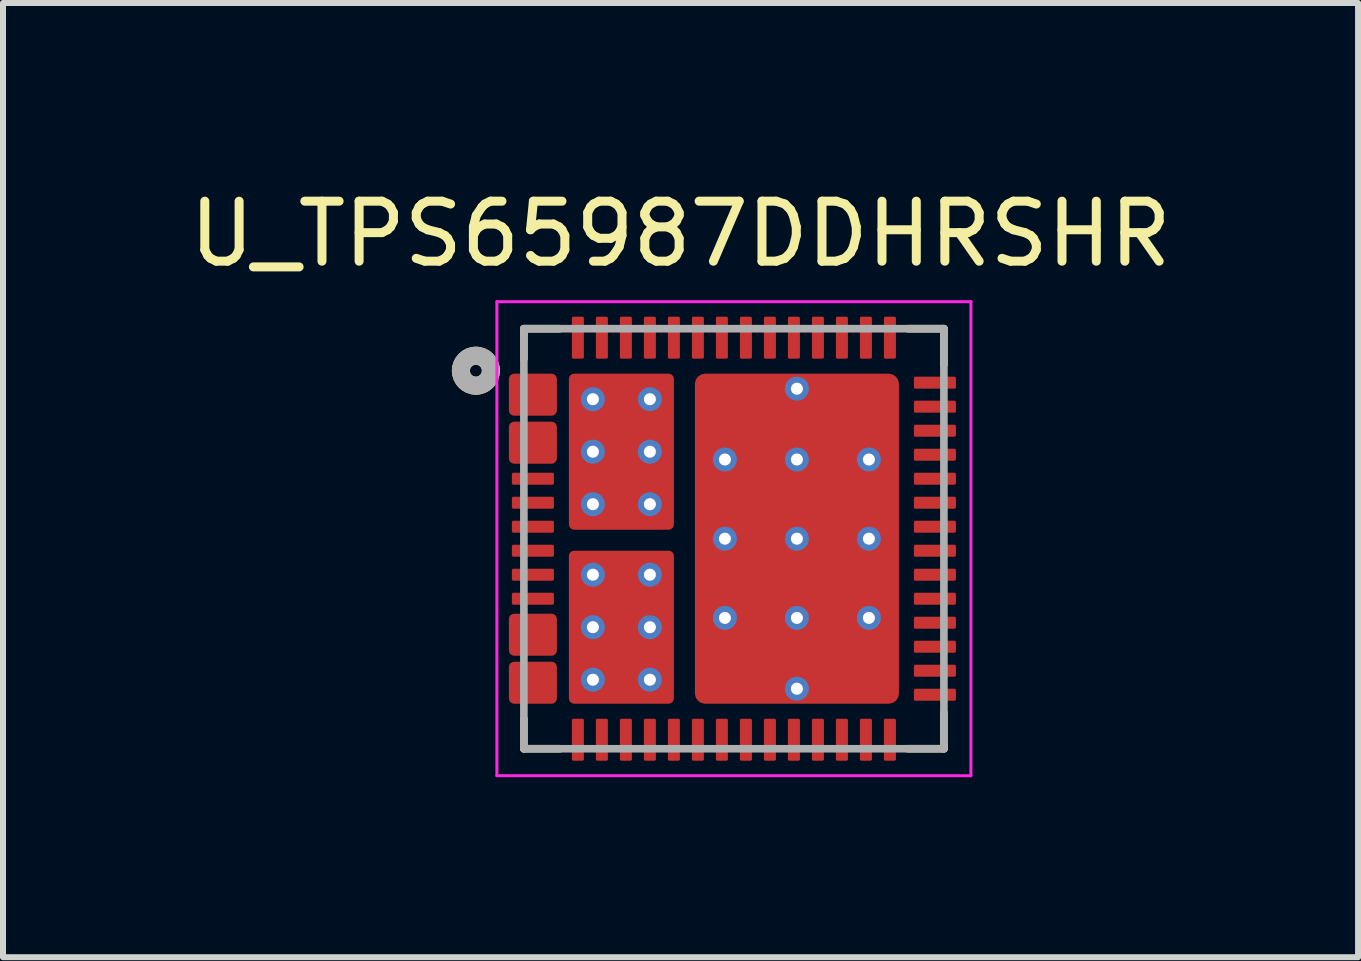
<source format=kicad_pcb>
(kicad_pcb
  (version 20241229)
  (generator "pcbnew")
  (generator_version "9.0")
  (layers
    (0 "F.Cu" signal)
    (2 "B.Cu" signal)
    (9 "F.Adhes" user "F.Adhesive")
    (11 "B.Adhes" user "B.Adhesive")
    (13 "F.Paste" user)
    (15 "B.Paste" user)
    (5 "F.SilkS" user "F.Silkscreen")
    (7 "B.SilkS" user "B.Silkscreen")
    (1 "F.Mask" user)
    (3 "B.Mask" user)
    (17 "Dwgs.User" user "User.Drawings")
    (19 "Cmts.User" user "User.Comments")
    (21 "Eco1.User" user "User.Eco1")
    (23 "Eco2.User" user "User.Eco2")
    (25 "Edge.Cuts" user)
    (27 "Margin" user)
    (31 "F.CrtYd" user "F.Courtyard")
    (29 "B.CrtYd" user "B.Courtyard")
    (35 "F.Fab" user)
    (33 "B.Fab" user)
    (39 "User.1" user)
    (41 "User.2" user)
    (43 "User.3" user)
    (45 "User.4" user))
  (footprint "U_TPS65987DDHRSHR"
    (layer "F.Cu")
    (at 9.181 5.928)
    (property "Reference" "U_TPS65987DDHRSHR" (at -0.889 -5.08 0) (layer "F.SilkS") (effects (font (size 1 1) (thickness 0.15))))
    (attr smd)
    (fp_poly (pts (xy -3.625 -1.05) (xy -3.075 -1.05) (xy -3.074 -1.05) (xy -3.072 -1.05) (xy -3.071 -1.05) (xy -3.07 -1.049) (xy -3.069 -1.049) (xy -3.067 -1.049) (xy -3.066 -1.048) (xy -3.065 -1.048) (xy -3.064 -1.047) (xy -3.063 -1.047) (xy -3.061 -1.046) (xy -3.06 -1.045) (xy -3.059 -1.044) (xy -3.058 -1.044) (xy -3.057 -1.043) (xy -3.056 -1.042) (xy -3.056 -1.041) (xy -3.055 -1.04) (xy -3.054 -1.039) (xy -3.053 -1.038) (xy -3.053 -1.036) (xy -3.052 -1.035) (xy -3.052 -1.034) (xy -3.051 -1.033) (xy -3.051 -1.031) (xy -3.051 -1.03) (xy -3.05 -1.029) (xy -3.05 -1.028) (xy -3.05 -1.026) (xy -3.05 -1.025) (xy -3.05 -0.975) (xy -3.05 -0.974) (xy -3.05 -0.972) (xy -3.05 -0.971) (xy -3.051 -0.97) (xy -3.051 -0.969) (xy -3.051 -0.967) (xy -3.052 -0.966) (xy -3.052 -0.965) (xy -3.053 -0.964) (xy -3.053 -0.963) (xy -3.054 -0.961) (xy -3.055 -0.96) (xy -3.056 -0.959) (xy -3.056 -0.958) (xy -3.057 -0.957) (xy -3.058 -0.956) (xy -3.059 -0.956) (xy -3.06 -0.955) (xy -3.061 -0.954) (xy -3.063 -0.953) (xy -3.064 -0.953) (xy -3.065 -0.952) (xy -3.066 -0.952) (xy -3.067 -0.951) (xy -3.069 -0.951) (xy -3.07 -0.951) (xy -3.071 -0.95) (xy -3.072 -0.95) (xy -3.074 -0.95) (xy -3.075 -0.95) (xy -3.625 -0.95) (xy -3.626 -0.95) (xy -3.628 -0.95) (xy -3.629 -0.95) (xy -3.63 -0.951) (xy -3.631 -0.951) (xy -3.633 -0.951) (xy -3.634 -0.952) (xy -3.635 -0.952) (xy -3.636 -0.953) (xy -3.638 -0.953) (xy -3.639 -0.954) (xy -3.64 -0.955) (xy -3.641 -0.956) (xy -3.642 -0.956) (xy -3.643 -0.957) (xy -3.644 -0.958) (xy -3.644 -0.959) (xy -3.645 -0.96) (xy -3.646 -0.961) (xy -3.647 -0.962) (xy -3.647 -0.964) (xy -3.648 -0.965) (xy -3.648 -0.966) (xy -3.649 -0.967) (xy -3.649 -0.969) (xy -3.649 -0.97) (xy -3.65 -0.971) (xy -3.65 -0.972) (xy -3.65 -0.974) (xy -3.65 -0.975) (xy -3.65 -1.025) (xy -3.65 -1.026) (xy -3.65 -1.028) (xy -3.65 -1.029) (xy -3.649 -1.03) (xy -3.649 -1.031) (xy -3.649 -1.033) (xy -3.648 -1.034) (xy -3.648 -1.035) (xy -3.647 -1.036) (xy -3.647 -1.038) (xy -3.646 -1.039) (xy -3.645 -1.04) (xy -3.644 -1.041) (xy -3.644 -1.042) (xy -3.643 -1.043) (xy -3.642 -1.044) (xy -3.641 -1.044) (xy -3.64 -1.045) (xy -3.639 -1.046) (xy -3.638 -1.047) (xy -3.636 -1.047) (xy -3.635 -1.048) (xy -3.634 -1.048) (xy -3.633 -1.049) (xy -3.631 -1.049) (xy -3.63 -1.049) (xy -3.629 -1.05) (xy -3.628 -1.05) (xy -3.626 -1.05) (xy -3.625 -1.05)) (stroke (width 0.0001) (type solid)) (fill yes) (layer "F.Mask"))
    (fp_poly (pts (xy -3.625 -0.65) (xy -3.075 -0.65) (xy -3.074 -0.65) (xy -3.072 -0.65) (xy -3.071 -0.65) (xy -3.07 -0.649) (xy -3.069 -0.649) (xy -3.067 -0.649) (xy -3.066 -0.648) (xy -3.065 -0.648) (xy -3.064 -0.647) (xy -3.063 -0.647) (xy -3.061 -0.646) (xy -3.06 -0.645) (xy -3.059 -0.644) (xy -3.058 -0.644) (xy -3.057 -0.643) (xy -3.056 -0.642) (xy -3.056 -0.641) (xy -3.055 -0.64) (xy -3.054 -0.639) (xy -3.053 -0.637) (xy -3.053 -0.636) (xy -3.052 -0.635) (xy -3.052 -0.634) (xy -3.051 -0.633) (xy -3.051 -0.631) (xy -3.051 -0.63) (xy -3.05 -0.629) (xy -3.05 -0.628) (xy -3.05 -0.626) (xy -3.05 -0.625) (xy -3.05 -0.575) (xy -3.05 -0.574) (xy -3.05 -0.572) (xy -3.05 -0.571) (xy -3.051 -0.57) (xy -3.051 -0.569) (xy -3.051 -0.567) (xy -3.052 -0.566) (xy -3.052 -0.565) (xy -3.053 -0.564) (xy -3.053 -0.563) (xy -3.054 -0.561) (xy -3.055 -0.56) (xy -3.056 -0.559) (xy -3.056 -0.558) (xy -3.057 -0.557) (xy -3.058 -0.556) (xy -3.059 -0.556) (xy -3.06 -0.555) (xy -3.061 -0.554) (xy -3.063 -0.553) (xy -3.064 -0.553) (xy -3.065 -0.552) (xy -3.066 -0.552) (xy -3.067 -0.551) (xy -3.069 -0.551) (xy -3.07 -0.551) (xy -3.071 -0.55) (xy -3.072 -0.55) (xy -3.074 -0.55) (xy -3.075 -0.55) (xy -3.625 -0.55) (xy -3.626 -0.55) (xy -3.628 -0.55) (xy -3.629 -0.55) (xy -3.63 -0.551) (xy -3.631 -0.551) (xy -3.633 -0.551) (xy -3.634 -0.552) (xy -3.635 -0.552) (xy -3.636 -0.553) (xy -3.638 -0.553) (xy -3.639 -0.554) (xy -3.64 -0.555) (xy -3.641 -0.556) (xy -3.642 -0.556) (xy -3.643 -0.557) (xy -3.644 -0.558) (xy -3.644 -0.559) (xy -3.645 -0.56) (xy -3.646 -0.561) (xy -3.647 -0.563) (xy -3.647 -0.564) (xy -3.648 -0.565) (xy -3.648 -0.566) (xy -3.649 -0.567) (xy -3.649 -0.569) (xy -3.649 -0.57) (xy -3.65 -0.571) (xy -3.65 -0.572) (xy -3.65 -0.574) (xy -3.65 -0.575) (xy -3.65 -0.625) (xy -3.65 -0.626) (xy -3.65 -0.628) (xy -3.65 -0.629) (xy -3.649 -0.63) (xy -3.649 -0.631) (xy -3.649 -0.633) (xy -3.648 -0.634) (xy -3.648 -0.635) (xy -3.647 -0.636) (xy -3.647 -0.637) (xy -3.646 -0.639) (xy -3.645 -0.64) (xy -3.644 -0.641) (xy -3.644 -0.642) (xy -3.643 -0.643) (xy -3.642 -0.644) (xy -3.641 -0.644) (xy -3.64 -0.645) (xy -3.639 -0.646) (xy -3.638 -0.647) (xy -3.636 -0.647) (xy -3.635 -0.648) (xy -3.634 -0.648) (xy -3.633 -0.649) (xy -3.631 -0.649) (xy -3.63 -0.649) (xy -3.629 -0.65) (xy -3.628 -0.65) (xy -3.626 -0.65) (xy -3.625 -0.65)) (stroke (width 0.0001) (type solid)) (fill yes) (layer "F.Mask"))
    (fp_poly (pts (xy -3.625 -0.25) (xy -3.075 -0.25) (xy -3.074 -0.25) (xy -3.072 -0.25) (xy -3.071 -0.25) (xy -3.07 -0.249) (xy -3.069 -0.249) (xy -3.067 -0.249) (xy -3.066 -0.248) (xy -3.065 -0.248) (xy -3.064 -0.247) (xy -3.063 -0.247) (xy -3.061 -0.246) (xy -3.06 -0.245) (xy -3.059 -0.244) (xy -3.058 -0.244) (xy -3.057 -0.243) (xy -3.056 -0.242) (xy -3.056 -0.241) (xy -3.055 -0.24) (xy -3.054 -0.239) (xy -3.053 -0.237) (xy -3.053 -0.236) (xy -3.052 -0.235) (xy -3.052 -0.234) (xy -3.051 -0.233) (xy -3.051 -0.231) (xy -3.051 -0.23) (xy -3.05 -0.229) (xy -3.05 -0.228) (xy -3.05 -0.226) (xy -3.05 -0.225) (xy -3.05 -0.175) (xy -3.05 -0.174) (xy -3.05 -0.172) (xy -3.05 -0.171) (xy -3.051 -0.17) (xy -3.051 -0.169) (xy -3.051 -0.167) (xy -3.052 -0.166) (xy -3.052 -0.165) (xy -3.053 -0.164) (xy -3.053 -0.163) (xy -3.054 -0.161) (xy -3.055 -0.16) (xy -3.056 -0.159) (xy -3.056 -0.158) (xy -3.057 -0.157) (xy -3.058 -0.156) (xy -3.059 -0.156) (xy -3.06 -0.155) (xy -3.061 -0.154) (xy -3.063 -0.153) (xy -3.064 -0.153) (xy -3.065 -0.152) (xy -3.066 -0.152) (xy -3.067 -0.151) (xy -3.069 -0.151) (xy -3.07 -0.151) (xy -3.071 -0.15) (xy -3.072 -0.15) (xy -3.074 -0.15) (xy -3.075 -0.15) (xy -3.625 -0.15) (xy -3.626 -0.15) (xy -3.628 -0.15) (xy -3.629 -0.15) (xy -3.63 -0.151) (xy -3.631 -0.151) (xy -3.633 -0.151) (xy -3.634 -0.152) (xy -3.635 -0.152) (xy -3.636 -0.153) (xy -3.638 -0.153) (xy -3.639 -0.154) (xy -3.64 -0.155) (xy -3.641 -0.156) (xy -3.642 -0.156) (xy -3.643 -0.157) (xy -3.644 -0.158) (xy -3.644 -0.159) (xy -3.645 -0.16) (xy -3.646 -0.161) (xy -3.647 -0.162) (xy -3.647 -0.164) (xy -3.648 -0.165) (xy -3.648 -0.166) (xy -3.649 -0.167) (xy -3.649 -0.169) (xy -3.649 -0.17) (xy -3.65 -0.171) (xy -3.65 -0.172) (xy -3.65 -0.174) (xy -3.65 -0.175) (xy -3.65 -0.225) (xy -3.65 -0.226) (xy -3.65 -0.228) (xy -3.65 -0.229) (xy -3.649 -0.23) (xy -3.649 -0.231) (xy -3.649 -0.233) (xy -3.648 -0.234) (xy -3.648 -0.235) (xy -3.647 -0.236) (xy -3.647 -0.238) (xy -3.646 -0.239) (xy -3.645 -0.24) (xy -3.644 -0.241) (xy -3.644 -0.242) (xy -3.643 -0.243) (xy -3.642 -0.244) (xy -3.641 -0.244) (xy -3.64 -0.245) (xy -3.639 -0.246) (xy -3.638 -0.247) (xy -3.636 -0.247) (xy -3.635 -0.248) (xy -3.634 -0.248) (xy -3.633 -0.249) (xy -3.631 -0.249) (xy -3.63 -0.249) (xy -3.629 -0.25) (xy -3.628 -0.25) (xy -3.626 -0.25) (xy -3.625 -0.25)) (stroke (width 0.0001) (type solid)) (fill yes) (layer "F.Mask"))
    (fp_poly (pts (xy -3.625 0.15) (xy -3.075 0.15) (xy -3.074 0.15) (xy -3.072 0.15) (xy -3.071 0.15) (xy -3.07 0.151) (xy -3.069 0.151) (xy -3.067 0.151) (xy -3.066 0.152) (xy -3.065 0.152) (xy -3.064 0.153) (xy -3.063 0.153) (xy -3.061 0.154) (xy -3.06 0.155) (xy -3.059 0.156) (xy -3.058 0.156) (xy -3.057 0.157) (xy -3.056 0.158) (xy -3.056 0.159) (xy -3.055 0.16) (xy -3.054 0.161) (xy -3.053 0.163) (xy -3.053 0.164) (xy -3.052 0.165) (xy -3.052 0.166) (xy -3.051 0.167) (xy -3.051 0.169) (xy -3.051 0.17) (xy -3.05 0.171) (xy -3.05 0.172) (xy -3.05 0.174) (xy -3.05 0.175) (xy -3.05 0.225) (xy -3.05 0.226) (xy -3.05 0.228) (xy -3.05 0.229) (xy -3.051 0.23) (xy -3.051 0.231) (xy -3.051 0.233) (xy -3.052 0.234) (xy -3.052 0.235) (xy -3.053 0.236) (xy -3.053 0.237) (xy -3.054 0.239) (xy -3.055 0.24) (xy -3.056 0.241) (xy -3.056 0.242) (xy -3.057 0.243) (xy -3.058 0.244) (xy -3.059 0.244) (xy -3.06 0.245) (xy -3.061 0.246) (xy -3.063 0.247) (xy -3.064 0.247) (xy -3.065 0.248) (xy -3.066 0.248) (xy -3.067 0.249) (xy -3.069 0.249) (xy -3.07 0.249) (xy -3.071 0.25) (xy -3.072 0.25) (xy -3.074 0.25) (xy -3.075 0.25) (xy -3.625 0.25) (xy -3.626 0.25) (xy -3.628 0.25) (xy -3.629 0.25) (xy -3.63 0.249) (xy -3.631 0.249) (xy -3.633 0.249) (xy -3.634 0.248) (xy -3.635 0.248) (xy -3.636 0.247) (xy -3.638 0.247) (xy -3.639 0.246) (xy -3.64 0.245) (xy -3.641 0.244) (xy -3.642 0.244) (xy -3.643 0.243) (xy -3.644 0.242) (xy -3.644 0.241) (xy -3.645 0.24) (xy -3.646 0.239) (xy -3.647 0.238) (xy -3.647 0.236) (xy -3.648 0.235) (xy -3.648 0.234) (xy -3.649 0.233) (xy -3.649 0.231) (xy -3.649 0.23) (xy -3.65 0.229) (xy -3.65 0.228) (xy -3.65 0.226) (xy -3.65 0.225) (xy -3.65 0.175) (xy -3.65 0.174) (xy -3.65 0.172) (xy -3.65 0.171) (xy -3.649 0.17) (xy -3.649 0.169) (xy -3.649 0.167) (xy -3.648 0.166) (xy -3.648 0.165) (xy -3.647 0.164) (xy -3.647 0.162) (xy -3.646 0.161) (xy -3.645 0.16) (xy -3.644 0.159) (xy -3.644 0.158) (xy -3.643 0.157) (xy -3.642 0.156) (xy -3.641 0.156) (xy -3.64 0.155) (xy -3.639 0.154) (xy -3.638 0.153) (xy -3.636 0.153) (xy -3.635 0.152) (xy -3.634 0.152) (xy -3.633 0.151) (xy -3.631 0.151) (xy -3.63 0.151) (xy -3.629 0.15) (xy -3.628 0.15) (xy -3.626 0.15) (xy -3.625 0.15)) (stroke (width 0.0001) (type solid)) (fill yes) (layer "F.Mask"))
    (fp_poly (pts (xy -3.625 0.55) (xy -3.075 0.55) (xy -3.074 0.55) (xy -3.072 0.55) (xy -3.071 0.55) (xy -3.07 0.551) (xy -3.069 0.551) (xy -3.067 0.551) (xy -3.066 0.552) (xy -3.065 0.552) (xy -3.064 0.553) (xy -3.063 0.553) (xy -3.061 0.554) (xy -3.06 0.555) (xy -3.059 0.556) (xy -3.058 0.556) (xy -3.057 0.557) (xy -3.056 0.558) (xy -3.056 0.559) (xy -3.055 0.56) (xy -3.054 0.561) (xy -3.053 0.563) (xy -3.053 0.564) (xy -3.052 0.565) (xy -3.052 0.566) (xy -3.051 0.567) (xy -3.051 0.569) (xy -3.051 0.57) (xy -3.05 0.571) (xy -3.05 0.572) (xy -3.05 0.574) (xy -3.05 0.575) (xy -3.05 0.625) (xy -3.05 0.626) (xy -3.05 0.628) (xy -3.05 0.629) (xy -3.051 0.63) (xy -3.051 0.631) (xy -3.051 0.633) (xy -3.052 0.634) (xy -3.052 0.635) (xy -3.053 0.636) (xy -3.053 0.637) (xy -3.054 0.639) (xy -3.055 0.64) (xy -3.056 0.641) (xy -3.056 0.642) (xy -3.057 0.643) (xy -3.058 0.644) (xy -3.059 0.644) (xy -3.06 0.645) (xy -3.061 0.646) (xy -3.063 0.647) (xy -3.064 0.647) (xy -3.065 0.648) (xy -3.066 0.648) (xy -3.067 0.649) (xy -3.069 0.649) (xy -3.07 0.649) (xy -3.071 0.65) (xy -3.072 0.65) (xy -3.074 0.65) (xy -3.075 0.65) (xy -3.625 0.65) (xy -3.626 0.65) (xy -3.628 0.65) (xy -3.629 0.65) (xy -3.63 0.649) (xy -3.631 0.649) (xy -3.633 0.649) (xy -3.634 0.648) (xy -3.635 0.648) (xy -3.636 0.647) (xy -3.638 0.647) (xy -3.639 0.646) (xy -3.64 0.645) (xy -3.641 0.644) (xy -3.642 0.644) (xy -3.643 0.643) (xy -3.644 0.642) (xy -3.644 0.641) (xy -3.645 0.64) (xy -3.646 0.639) (xy -3.647 0.637) (xy -3.647 0.636) (xy -3.648 0.635) (xy -3.648 0.634) (xy -3.649 0.633) (xy -3.649 0.631) (xy -3.649 0.63) (xy -3.65 0.629) (xy -3.65 0.628) (xy -3.65 0.626) (xy -3.65 0.625) (xy -3.65 0.575) (xy -3.65 0.574) (xy -3.65 0.572) (xy -3.65 0.571) (xy -3.649 0.57) (xy -3.649 0.569) (xy -3.649 0.567) (xy -3.648 0.566) (xy -3.648 0.565) (xy -3.647 0.564) (xy -3.647 0.563) (xy -3.646 0.561) (xy -3.645 0.56) (xy -3.644 0.559) (xy -3.644 0.558) (xy -3.643 0.557) (xy -3.642 0.556) (xy -3.641 0.556) (xy -3.64 0.555) (xy -3.639 0.554) (xy -3.637 0.553) (xy -3.636 0.553) (xy -3.635 0.552) (xy -3.634 0.552) (xy -3.633 0.551) (xy -3.631 0.551) (xy -3.63 0.551) (xy -3.629 0.55) (xy -3.628 0.55) (xy -3.626 0.55) (xy -3.625 0.55)) (stroke (width 0.0001) (type solid)) (fill yes) (layer "F.Mask"))
    (fp_poly (pts (xy -3.625 0.95) (xy -3.075 0.95) (xy -3.074 0.95) (xy -3.072 0.95) (xy -3.071 0.95) (xy -3.07 0.951) (xy -3.069 0.951) (xy -3.067 0.951) (xy -3.066 0.952) (xy -3.065 0.952) (xy -3.064 0.953) (xy -3.063 0.953) (xy -3.061 0.954) (xy -3.06 0.955) (xy -3.059 0.956) (xy -3.058 0.956) (xy -3.057 0.957) (xy -3.056 0.958) (xy -3.056 0.959) (xy -3.055 0.96) (xy -3.054 0.961) (xy -3.053 0.963) (xy -3.053 0.964) (xy -3.052 0.965) (xy -3.052 0.966) (xy -3.051 0.967) (xy -3.051 0.969) (xy -3.051 0.97) (xy -3.05 0.971) (xy -3.05 0.972) (xy -3.05 0.974) (xy -3.05 0.975) (xy -3.05 1.025) (xy -3.05 1.026) (xy -3.05 1.028) (xy -3.05 1.029) (xy -3.051 1.03) (xy -3.051 1.031) (xy -3.051 1.033) (xy -3.052 1.034) (xy -3.052 1.035) (xy -3.053 1.036) (xy -3.053 1.038) (xy -3.054 1.039) (xy -3.055 1.04) (xy -3.056 1.041) (xy -3.056 1.042) (xy -3.057 1.043) (xy -3.058 1.044) (xy -3.059 1.044) (xy -3.06 1.045) (xy -3.061 1.046) (xy -3.063 1.047) (xy -3.064 1.047) (xy -3.065 1.048) (xy -3.066 1.048) (xy -3.067 1.049) (xy -3.069 1.049) (xy -3.07 1.049) (xy -3.071 1.05) (xy -3.072 1.05) (xy -3.074 1.05) (xy -3.075 1.05) (xy -3.625 1.05) (xy -3.626 1.05) (xy -3.628 1.05) (xy -3.629 1.05) (xy -3.63 1.049) (xy -3.631 1.049) (xy -3.633 1.049) (xy -3.634 1.048) (xy -3.635 1.048) (xy -3.636 1.047) (xy -3.638 1.047) (xy -3.639 1.046) (xy -3.64 1.045) (xy -3.641 1.044) (xy -3.642 1.044) (xy -3.643 1.043) (xy -3.644 1.042) (xy -3.644 1.041) (xy -3.645 1.04) (xy -3.646 1.039) (xy -3.647 1.038) (xy -3.647 1.036) (xy -3.648 1.035) (xy -3.648 1.034) (xy -3.649 1.033) (xy -3.649 1.031) (xy -3.649 1.03) (xy -3.65 1.029) (xy -3.65 1.028) (xy -3.65 1.026) (xy -3.65 1.025) (xy -3.65 0.975) (xy -3.65 0.974) (xy -3.65 0.972) (xy -3.65 0.971) (xy -3.649 0.97) (xy -3.649 0.969) (xy -3.649 0.967) (xy -3.648 0.966) (xy -3.648 0.965) (xy -3.647 0.964) (xy -3.647 0.962) (xy -3.646 0.961) (xy -3.645 0.96) (xy -3.644 0.959) (xy -3.644 0.958) (xy -3.643 0.957) (xy -3.642 0.956) (xy -3.641 0.956) (xy -3.64 0.955) (xy -3.639 0.954) (xy -3.638 0.953) (xy -3.636 0.953) (xy -3.635 0.952) (xy -3.634 0.952) (xy -3.633 0.951) (xy -3.631 0.951) (xy -3.63 0.951) (xy -3.629 0.95) (xy -3.628 0.95) (xy -3.626 0.95) (xy -3.625 0.95)) (stroke (width 0.0001) (type solid)) (fill yes) (layer "F.Mask"))
    (fp_poly (pts (xy -2.65 -3.075) (xy -2.65 -3.625) (xy -2.65 -3.626) (xy -2.65 -3.628) (xy -2.65 -3.629) (xy -2.649 -3.63) (xy -2.649 -3.631) (xy -2.649 -3.633) (xy -2.648 -3.634) (xy -2.648 -3.635) (xy -2.647 -3.636) (xy -2.647 -3.638) (xy -2.646 -3.639) (xy -2.645 -3.64) (xy -2.644 -3.641) (xy -2.644 -3.642) (xy -2.643 -3.643) (xy -2.642 -3.644) (xy -2.641 -3.644) (xy -2.64 -3.645) (xy -2.639 -3.646) (xy -2.637 -3.647) (xy -2.636 -3.647) (xy -2.635 -3.648) (xy -2.634 -3.648) (xy -2.633 -3.649) (xy -2.631 -3.649) (xy -2.63 -3.649) (xy -2.629 -3.65) (xy -2.628 -3.65) (xy -2.626 -3.65) (xy -2.625 -3.65) (xy -2.575 -3.65) (xy -2.574 -3.65) (xy -2.572 -3.65) (xy -2.571 -3.65) (xy -2.57 -3.649) (xy -2.569 -3.649) (xy -2.567 -3.649) (xy -2.566 -3.648) (xy -2.565 -3.648) (xy -2.564 -3.647) (xy -2.563 -3.647) (xy -2.561 -3.646) (xy -2.56 -3.645) (xy -2.559 -3.644) (xy -2.558 -3.644) (xy -2.557 -3.643) (xy -2.556 -3.642) (xy -2.556 -3.641) (xy -2.555 -3.64) (xy -2.554 -3.639) (xy -2.553 -3.638) (xy -2.553 -3.636) (xy -2.552 -3.635) (xy -2.552 -3.634) (xy -2.551 -3.633) (xy -2.551 -3.631) (xy -2.551 -3.63) (xy -2.55 -3.629) (xy -2.55 -3.628) (xy -2.55 -3.626) (xy -2.55 -3.625) (xy -2.55 -3.075) (xy -2.55 -3.074) (xy -2.55 -3.072) (xy -2.55 -3.071) (xy -2.551 -3.07) (xy -2.551 -3.069) (xy -2.551 -3.067) (xy -2.552 -3.066) (xy -2.552 -3.065) (xy -2.553 -3.064) (xy -2.553 -3.063) (xy -2.554 -3.061) (xy -2.555 -3.06) (xy -2.556 -3.059) (xy -2.556 -3.058) (xy -2.557 -3.057) (xy -2.558 -3.056) (xy -2.559 -3.056) (xy -2.56 -3.055) (xy -2.561 -3.054) (xy -2.563 -3.053) (xy -2.564 -3.053) (xy -2.565 -3.052) (xy -2.566 -3.052) (xy -2.567 -3.051) (xy -2.569 -3.051) (xy -2.57 -3.051) (xy -2.571 -3.05) (xy -2.572 -3.05) (xy -2.574 -3.05) (xy -2.575 -3.05) (xy -2.625 -3.05) (xy -2.626 -3.05) (xy -2.628 -3.05) (xy -2.629 -3.05) (xy -2.63 -3.051) (xy -2.631 -3.051) (xy -2.633 -3.051) (xy -2.634 -3.052) (xy -2.635 -3.052) (xy -2.636 -3.053) (xy -2.638 -3.053) (xy -2.639 -3.054) (xy -2.64 -3.055) (xy -2.641 -3.056) (xy -2.642 -3.056) (xy -2.643 -3.057) (xy -2.644 -3.058) (xy -2.644 -3.059) (xy -2.645 -3.06) (xy -2.646 -3.061) (xy -2.647 -3.063) (xy -2.647 -3.064) (xy -2.648 -3.065) (xy -2.648 -3.066) (xy -2.649 -3.067) (xy -2.649 -3.069) (xy -2.649 -3.07) (xy -2.65 -3.071) (xy -2.65 -3.072) (xy -2.65 -3.074) (xy -2.65 -3.075)) (stroke (width 0.0001) (type solid)) (fill yes) (layer "F.Mask"))
    (fp_poly (pts (xy -2.65 3.625) (xy -2.65 3.075) (xy -2.65 3.074) (xy -2.65 3.072) (xy -2.65 3.071) (xy -2.649 3.07) (xy -2.649 3.069) (xy -2.649 3.067) (xy -2.648 3.066) (xy -2.648 3.065) (xy -2.647 3.064) (xy -2.647 3.063) (xy -2.646 3.061) (xy -2.645 3.06) (xy -2.644 3.059) (xy -2.644 3.058) (xy -2.643 3.057) (xy -2.642 3.056) (xy -2.641 3.056) (xy -2.64 3.055) (xy -2.639 3.054) (xy -2.638 3.053) (xy -2.636 3.053) (xy -2.635 3.052) (xy -2.634 3.052) (xy -2.633 3.051) (xy -2.631 3.051) (xy -2.63 3.051) (xy -2.629 3.05) (xy -2.628 3.05) (xy -2.626 3.05) (xy -2.625 3.05) (xy -2.575 3.05) (xy -2.574 3.05) (xy -2.572 3.05) (xy -2.571 3.05) (xy -2.57 3.051) (xy -2.569 3.051) (xy -2.567 3.051) (xy -2.566 3.052) (xy -2.565 3.052) (xy -2.564 3.053) (xy -2.563 3.053) (xy -2.561 3.054) (xy -2.56 3.055) (xy -2.559 3.056) (xy -2.558 3.056) (xy -2.557 3.057) (xy -2.556 3.058) (xy -2.556 3.059) (xy -2.555 3.06) (xy -2.554 3.061) (xy -2.553 3.063) (xy -2.553 3.064) (xy -2.552 3.065) (xy -2.552 3.066) (xy -2.551 3.067) (xy -2.551 3.069) (xy -2.551 3.07) (xy -2.55 3.071) (xy -2.55 3.072) (xy -2.55 3.074) (xy -2.55 3.075) (xy -2.55 3.625) (xy -2.55 3.626) (xy -2.55 3.628) (xy -2.55 3.629) (xy -2.551 3.63) (xy -2.551 3.631) (xy -2.551 3.633) (xy -2.552 3.634) (xy -2.552 3.635) (xy -2.553 3.636) (xy -2.553 3.638) (xy -2.554 3.639) (xy -2.555 3.64) (xy -2.556 3.641) (xy -2.556 3.642) (xy -2.557 3.643) (xy -2.558 3.644) (xy -2.559 3.644) (xy -2.56 3.645) (xy -2.561 3.646) (xy -2.563 3.647) (xy -2.564 3.647) (xy -2.565 3.648) (xy -2.566 3.648) (xy -2.567 3.649) (xy -2.569 3.649) (xy -2.57 3.649) (xy -2.571 3.65) (xy -2.572 3.65) (xy -2.574 3.65) (xy -2.575 3.65) (xy -2.625 3.65) (xy -2.626 3.65) (xy -2.628 3.65) (xy -2.629 3.65) (xy -2.63 3.649) (xy -2.631 3.649) (xy -2.633 3.649) (xy -2.634 3.648) (xy -2.635 3.648) (xy -2.636 3.647) (xy -2.638 3.647) (xy -2.639 3.646) (xy -2.64 3.645) (xy -2.641 3.644) (xy -2.642 3.644) (xy -2.643 3.643) (xy -2.644 3.642) (xy -2.644 3.641) (xy -2.645 3.64) (xy -2.646 3.639) (xy -2.647 3.638) (xy -2.647 3.636) (xy -2.648 3.635) (xy -2.648 3.634) (xy -2.649 3.633) (xy -2.649 3.631) (xy -2.649 3.63) (xy -2.65 3.629) (xy -2.65 3.628) (xy -2.65 3.626) (xy -2.65 3.625)) (stroke (width 0.0001) (type solid)) (fill yes) (layer "F.Mask"))
    (fp_poly (pts (xy -2.25 -3.075) (xy -2.25 -3.625) (xy -2.25 -3.626) (xy -2.25 -3.628) (xy -2.25 -3.629) (xy -2.249 -3.63) (xy -2.249 -3.631) (xy -2.249 -3.633) (xy -2.248 -3.634) (xy -2.248 -3.635) (xy -2.247 -3.636) (xy -2.247 -3.638) (xy -2.246 -3.639) (xy -2.245 -3.64) (xy -2.244 -3.641) (xy -2.244 -3.642) (xy -2.243 -3.643) (xy -2.242 -3.644) (xy -2.241 -3.644) (xy -2.24 -3.645) (xy -2.239 -3.646) (xy -2.237 -3.647) (xy -2.236 -3.647) (xy -2.235 -3.648) (xy -2.234 -3.648) (xy -2.233 -3.649) (xy -2.231 -3.649) (xy -2.23 -3.649) (xy -2.229 -3.65) (xy -2.228 -3.65) (xy -2.226 -3.65) (xy -2.225 -3.65) (xy -2.175 -3.65) (xy -2.174 -3.65) (xy -2.172 -3.65) (xy -2.171 -3.65) (xy -2.17 -3.649) (xy -2.169 -3.649) (xy -2.167 -3.649) (xy -2.166 -3.648) (xy -2.165 -3.648) (xy -2.164 -3.647) (xy -2.162 -3.647) (xy -2.161 -3.646) (xy -2.16 -3.645) (xy -2.159 -3.644) (xy -2.158 -3.644) (xy -2.157 -3.643) (xy -2.156 -3.642) (xy -2.156 -3.641) (xy -2.155 -3.64) (xy -2.154 -3.639) (xy -2.153 -3.638) (xy -2.153 -3.636) (xy -2.152 -3.635) (xy -2.152 -3.634) (xy -2.151 -3.633) (xy -2.151 -3.631) (xy -2.151 -3.63) (xy -2.15 -3.629) (xy -2.15 -3.628) (xy -2.15 -3.626) (xy -2.15 -3.625) (xy -2.15 -3.075) (xy -2.15 -3.074) (xy -2.15 -3.072) (xy -2.15 -3.071) (xy -2.151 -3.07) (xy -2.151 -3.069) (xy -2.151 -3.067) (xy -2.152 -3.066) (xy -2.152 -3.065) (xy -2.153 -3.064) (xy -2.153 -3.063) (xy -2.154 -3.061) (xy -2.155 -3.06) (xy -2.156 -3.059) (xy -2.156 -3.058) (xy -2.157 -3.057) (xy -2.158 -3.056) (xy -2.159 -3.056) (xy -2.16 -3.055) (xy -2.161 -3.054) (xy -2.162 -3.053) (xy -2.164 -3.053) (xy -2.165 -3.052) (xy -2.166 -3.052) (xy -2.167 -3.051) (xy -2.169 -3.051) (xy -2.17 -3.051) (xy -2.171 -3.05) (xy -2.172 -3.05) (xy -2.174 -3.05) (xy -2.175 -3.05) (xy -2.225 -3.05) (xy -2.226 -3.05) (xy -2.228 -3.05) (xy -2.229 -3.05) (xy -2.23 -3.051) (xy -2.231 -3.051) (xy -2.233 -3.051) (xy -2.234 -3.052) (xy -2.235 -3.052) (xy -2.236 -3.053) (xy -2.237 -3.053) (xy -2.239 -3.054) (xy -2.24 -3.055) (xy -2.241 -3.056) (xy -2.242 -3.056) (xy -2.243 -3.057) (xy -2.244 -3.058) (xy -2.244 -3.059) (xy -2.245 -3.06) (xy -2.246 -3.061) (xy -2.247 -3.063) (xy -2.247 -3.064) (xy -2.248 -3.065) (xy -2.248 -3.066) (xy -2.249 -3.067) (xy -2.249 -3.069) (xy -2.249 -3.07) (xy -2.25 -3.071) (xy -2.25 -3.072) (xy -2.25 -3.074) (xy -2.25 -3.075)) (stroke (width 0.0001) (type solid)) (fill yes) (layer "F.Mask"))
    (fp_poly (pts (xy -2.25 3.625) (xy -2.25 3.075) (xy -2.25 3.074) (xy -2.25 3.072) (xy -2.25 3.071) (xy -2.249 3.07) (xy -2.249 3.069) (xy -2.249 3.067) (xy -2.248 3.066) (xy -2.248 3.065) (xy -2.247 3.064) (xy -2.247 3.063) (xy -2.246 3.061) (xy -2.245 3.06) (xy -2.244 3.059) (xy -2.244 3.058) (xy -2.243 3.057) (xy -2.242 3.056) (xy -2.241 3.056) (xy -2.24 3.055) (xy -2.239 3.054) (xy -2.237 3.053) (xy -2.236 3.053) (xy -2.235 3.052) (xy -2.234 3.052) (xy -2.233 3.051) (xy -2.231 3.051) (xy -2.23 3.051) (xy -2.229 3.05) (xy -2.228 3.05) (xy -2.226 3.05) (xy -2.225 3.05) (xy -2.175 3.05) (xy -2.174 3.05) (xy -2.172 3.05) (xy -2.171 3.05) (xy -2.17 3.051) (xy -2.169 3.051) (xy -2.167 3.051) (xy -2.166 3.052) (xy -2.165 3.052) (xy -2.164 3.053) (xy -2.162 3.053) (xy -2.161 3.054) (xy -2.16 3.055) (xy -2.159 3.056) (xy -2.158 3.056) (xy -2.157 3.057) (xy -2.156 3.058) (xy -2.156 3.059) (xy -2.155 3.06) (xy -2.154 3.061) (xy -2.153 3.063) (xy -2.153 3.064) (xy -2.152 3.065) (xy -2.152 3.066) (xy -2.151 3.067) (xy -2.151 3.069) (xy -2.151 3.07) (xy -2.15 3.071) (xy -2.15 3.072) (xy -2.15 3.074) (xy -2.15 3.075) (xy -2.15 3.625) (xy -2.15 3.626) (xy -2.15 3.628) (xy -2.15 3.629) (xy -2.151 3.63) (xy -2.151 3.631) (xy -2.151 3.633) (xy -2.152 3.634) (xy -2.152 3.635) (xy -2.153 3.636) (xy -2.153 3.638) (xy -2.154 3.639) (xy -2.155 3.64) (xy -2.156 3.641) (xy -2.156 3.642) (xy -2.157 3.643) (xy -2.158 3.644) (xy -2.159 3.644) (xy -2.16 3.645) (xy -2.161 3.646) (xy -2.162 3.647) (xy -2.164 3.647) (xy -2.165 3.648) (xy -2.166 3.648) (xy -2.167 3.649) (xy -2.169 3.649) (xy -2.17 3.649) (xy -2.171 3.65) (xy -2.172 3.65) (xy -2.174 3.65) (xy -2.175 3.65) (xy -2.225 3.65) (xy -2.226 3.65) (xy -2.228 3.65) (xy -2.229 3.65) (xy -2.23 3.649) (xy -2.231 3.649) (xy -2.233 3.649) (xy -2.234 3.648) (xy -2.235 3.648) (xy -2.236 3.647) (xy -2.237 3.647) (xy -2.239 3.646) (xy -2.24 3.645) (xy -2.241 3.644) (xy -2.242 3.644) (xy -2.243 3.643) (xy -2.244 3.642) (xy -2.244 3.641) (xy -2.245 3.64) (xy -2.246 3.639) (xy -2.247 3.638) (xy -2.247 3.636) (xy -2.248 3.635) (xy -2.248 3.634) (xy -2.249 3.633) (xy -2.249 3.631) (xy -2.249 3.63) (xy -2.25 3.629) (xy -2.25 3.628) (xy -2.25 3.626) (xy -2.25 3.625)) (stroke (width 0.0001) (type solid)) (fill yes) (layer "F.Mask"))
    (fp_poly (pts (xy -1.85 -3.075) (xy -1.85 -3.625) (xy -1.85 -3.626) (xy -1.85 -3.628) (xy -1.85 -3.629) (xy -1.849 -3.63) (xy -1.849 -3.631) (xy -1.849 -3.633) (xy -1.848 -3.634) (xy -1.848 -3.635) (xy -1.847 -3.636) (xy -1.847 -3.638) (xy -1.846 -3.639) (xy -1.845 -3.64) (xy -1.844 -3.641) (xy -1.844 -3.642) (xy -1.843 -3.643) (xy -1.842 -3.644) (xy -1.841 -3.644) (xy -1.84 -3.645) (xy -1.839 -3.646) (xy -1.837 -3.647) (xy -1.836 -3.647) (xy -1.835 -3.648) (xy -1.834 -3.648) (xy -1.833 -3.649) (xy -1.831 -3.649) (xy -1.83 -3.649) (xy -1.829 -3.65) (xy -1.828 -3.65) (xy -1.826 -3.65) (xy -1.825 -3.65) (xy -1.775 -3.65) (xy -1.774 -3.65) (xy -1.772 -3.65) (xy -1.771 -3.65) (xy -1.77 -3.649) (xy -1.769 -3.649) (xy -1.767 -3.649) (xy -1.766 -3.648) (xy -1.765 -3.648) (xy -1.764 -3.647) (xy -1.762 -3.647) (xy -1.761 -3.646) (xy -1.76 -3.645) (xy -1.759 -3.644) (xy -1.758 -3.644) (xy -1.757 -3.643) (xy -1.756 -3.642) (xy -1.756 -3.641) (xy -1.755 -3.64) (xy -1.754 -3.639) (xy -1.753 -3.638) (xy -1.753 -3.636) (xy -1.752 -3.635) (xy -1.752 -3.634) (xy -1.751 -3.633) (xy -1.751 -3.631) (xy -1.751 -3.63) (xy -1.75 -3.629) (xy -1.75 -3.628) (xy -1.75 -3.626) (xy -1.75 -3.625) (xy -1.75 -3.075) (xy -1.75 -3.074) (xy -1.75 -3.072) (xy -1.75 -3.071) (xy -1.751 -3.07) (xy -1.751 -3.069) (xy -1.751 -3.067) (xy -1.752 -3.066) (xy -1.752 -3.065) (xy -1.753 -3.064) (xy -1.753 -3.063) (xy -1.754 -3.061) (xy -1.755 -3.06) (xy -1.756 -3.059) (xy -1.756 -3.058) (xy -1.757 -3.057) (xy -1.758 -3.056) (xy -1.759 -3.056) (xy -1.76 -3.055) (xy -1.761 -3.054) (xy -1.762 -3.053) (xy -1.764 -3.053) (xy -1.765 -3.052) (xy -1.766 -3.052) (xy -1.767 -3.051) (xy -1.769 -3.051) (xy -1.77 -3.051) (xy -1.771 -3.05) (xy -1.772 -3.05) (xy -1.774 -3.05) (xy -1.775 -3.05) (xy -1.825 -3.05) (xy -1.826 -3.05) (xy -1.828 -3.05) (xy -1.829 -3.05) (xy -1.83 -3.051) (xy -1.831 -3.051) (xy -1.833 -3.051) (xy -1.834 -3.052) (xy -1.835 -3.052) (xy -1.836 -3.053) (xy -1.837 -3.053) (xy -1.839 -3.054) (xy -1.84 -3.055) (xy -1.841 -3.056) (xy -1.842 -3.056) (xy -1.843 -3.057) (xy -1.844 -3.058) (xy -1.844 -3.059) (xy -1.845 -3.06) (xy -1.846 -3.061) (xy -1.847 -3.063) (xy -1.847 -3.064) (xy -1.848 -3.065) (xy -1.848 -3.066) (xy -1.849 -3.067) (xy -1.849 -3.069) (xy -1.849 -3.07) (xy -1.85 -3.071) (xy -1.85 -3.072) (xy -1.85 -3.074) (xy -1.85 -3.075)) (stroke (width 0.0001) (type solid)) (fill yes) (layer "F.Mask"))
    (fp_poly (pts (xy -1.85 3.625) (xy -1.85 3.075) (xy -1.85 3.074) (xy -1.85 3.072) (xy -1.85 3.071) (xy -1.849 3.07) (xy -1.849 3.069) (xy -1.849 3.067) (xy -1.848 3.066) (xy -1.848 3.065) (xy -1.847 3.064) (xy -1.847 3.063) (xy -1.846 3.061) (xy -1.845 3.06) (xy -1.844 3.059) (xy -1.844 3.058) (xy -1.843 3.057) (xy -1.842 3.056) (xy -1.841 3.056) (xy -1.84 3.055) (xy -1.839 3.054) (xy -1.837 3.053) (xy -1.836 3.053) (xy -1.835 3.052) (xy -1.834 3.052) (xy -1.833 3.051) (xy -1.831 3.051) (xy -1.83 3.051) (xy -1.829 3.05) (xy -1.828 3.05) (xy -1.826 3.05) (xy -1.825 3.05) (xy -1.775 3.05) (xy -1.774 3.05) (xy -1.772 3.05) (xy -1.771 3.05) (xy -1.77 3.051) (xy -1.769 3.051) (xy -1.767 3.051) (xy -1.766 3.052) (xy -1.765 3.052) (xy -1.764 3.053) (xy -1.762 3.053) (xy -1.761 3.054) (xy -1.76 3.055) (xy -1.759 3.056) (xy -1.758 3.056) (xy -1.757 3.057) (xy -1.756 3.058) (xy -1.756 3.059) (xy -1.755 3.06) (xy -1.754 3.061) (xy -1.753 3.063) (xy -1.753 3.064) (xy -1.752 3.065) (xy -1.752 3.066) (xy -1.751 3.067) (xy -1.751 3.069) (xy -1.751 3.07) (xy -1.75 3.071) (xy -1.75 3.072) (xy -1.75 3.074) (xy -1.75 3.075) (xy -1.75 3.625) (xy -1.75 3.626) (xy -1.75 3.628) (xy -1.75 3.629) (xy -1.751 3.63) (xy -1.751 3.631) (xy -1.751 3.633) (xy -1.752 3.634) (xy -1.752 3.635) (xy -1.753 3.636) (xy -1.753 3.638) (xy -1.754 3.639) (xy -1.755 3.64) (xy -1.756 3.641) (xy -1.756 3.642) (xy -1.757 3.643) (xy -1.758 3.644) (xy -1.759 3.644) (xy -1.76 3.645) (xy -1.761 3.646) (xy -1.762 3.647) (xy -1.764 3.647) (xy -1.765 3.648) (xy -1.766 3.648) (xy -1.767 3.649) (xy -1.769 3.649) (xy -1.77 3.649) (xy -1.771 3.65) (xy -1.772 3.65) (xy -1.774 3.65) (xy -1.775 3.65) (xy -1.825 3.65) (xy -1.826 3.65) (xy -1.828 3.65) (xy -1.829 3.65) (xy -1.83 3.649) (xy -1.831 3.649) (xy -1.833 3.649) (xy -1.834 3.648) (xy -1.835 3.648) (xy -1.836 3.647) (xy -1.837 3.647) (xy -1.839 3.646) (xy -1.84 3.645) (xy -1.841 3.644) (xy -1.842 3.644) (xy -1.843 3.643) (xy -1.844 3.642) (xy -1.844 3.641) (xy -1.845 3.64) (xy -1.846 3.639) (xy -1.847 3.638) (xy -1.847 3.636) (xy -1.848 3.635) (xy -1.848 3.634) (xy -1.849 3.633) (xy -1.849 3.631) (xy -1.849 3.63) (xy -1.85 3.629) (xy -1.85 3.628) (xy -1.85 3.626) (xy -1.85 3.625)) (stroke (width 0.0001) (type solid)) (fill yes) (layer "F.Mask"))
    (fp_poly (pts (xy -1.45 -3.075) (xy -1.45 -3.625) (xy -1.45 -3.626) (xy -1.45 -3.628) (xy -1.45 -3.629) (xy -1.449 -3.63) (xy -1.449 -3.631) (xy -1.449 -3.633) (xy -1.448 -3.634) (xy -1.448 -3.635) (xy -1.447 -3.636) (xy -1.447 -3.638) (xy -1.446 -3.639) (xy -1.445 -3.64) (xy -1.444 -3.641) (xy -1.444 -3.642) (xy -1.443 -3.643) (xy -1.442 -3.644) (xy -1.441 -3.644) (xy -1.44 -3.645) (xy -1.439 -3.646) (xy -1.438 -3.647) (xy -1.436 -3.647) (xy -1.435 -3.648) (xy -1.434 -3.648) (xy -1.433 -3.649) (xy -1.431 -3.649) (xy -1.43 -3.649) (xy -1.429 -3.65) (xy -1.428 -3.65) (xy -1.426 -3.65) (xy -1.425 -3.65) (xy -1.375 -3.65) (xy -1.374 -3.65) (xy -1.372 -3.65) (xy -1.371 -3.65) (xy -1.37 -3.649) (xy -1.369 -3.649) (xy -1.367 -3.649) (xy -1.366 -3.648) (xy -1.365 -3.648) (xy -1.364 -3.647) (xy -1.363 -3.647) (xy -1.361 -3.646) (xy -1.36 -3.645) (xy -1.359 -3.644) (xy -1.358 -3.644) (xy -1.357 -3.643) (xy -1.356 -3.642) (xy -1.356 -3.641) (xy -1.355 -3.64) (xy -1.354 -3.639) (xy -1.353 -3.638) (xy -1.353 -3.636) (xy -1.352 -3.635) (xy -1.352 -3.634) (xy -1.351 -3.633) (xy -1.351 -3.631) (xy -1.351 -3.63) (xy -1.35 -3.629) (xy -1.35 -3.628) (xy -1.35 -3.626) (xy -1.35 -3.625) (xy -1.35 -3.075) (xy -1.35 -3.074) (xy -1.35 -3.072) (xy -1.35 -3.071) (xy -1.351 -3.07) (xy -1.351 -3.069) (xy -1.351 -3.067) (xy -1.352 -3.066) (xy -1.352 -3.065) (xy -1.353 -3.064) (xy -1.353 -3.063) (xy -1.354 -3.061) (xy -1.355 -3.06) (xy -1.356 -3.059) (xy -1.356 -3.058) (xy -1.357 -3.057) (xy -1.358 -3.056) (xy -1.359 -3.056) (xy -1.36 -3.055) (xy -1.361 -3.054) (xy -1.363 -3.053) (xy -1.364 -3.053) (xy -1.365 -3.052) (xy -1.366 -3.052) (xy -1.367 -3.051) (xy -1.369 -3.051) (xy -1.37 -3.051) (xy -1.371 -3.05) (xy -1.372 -3.05) (xy -1.374 -3.05) (xy -1.375 -3.05) (xy -1.425 -3.05) (xy -1.426 -3.05) (xy -1.428 -3.05) (xy -1.429 -3.05) (xy -1.43 -3.051) (xy -1.431 -3.051) (xy -1.433 -3.051) (xy -1.434 -3.052) (xy -1.435 -3.052) (xy -1.436 -3.053) (xy -1.438 -3.053) (xy -1.439 -3.054) (xy -1.44 -3.055) (xy -1.441 -3.056) (xy -1.442 -3.056) (xy -1.443 -3.057) (xy -1.444 -3.058) (xy -1.444 -3.059) (xy -1.445 -3.06) (xy -1.446 -3.061) (xy -1.447 -3.063) (xy -1.447 -3.064) (xy -1.448 -3.065) (xy -1.448 -3.066) (xy -1.449 -3.067) (xy -1.449 -3.069) (xy -1.449 -3.07) (xy -1.45 -3.071) (xy -1.45 -3.072) (xy -1.45 -3.074) (xy -1.45 -3.075)) (stroke (width 0.0001) (type solid)) (fill yes) (layer "F.Mask"))
    (fp_poly (pts (xy -1.45 3.625) (xy -1.45 3.075) (xy -1.45 3.074) (xy -1.45 3.072) (xy -1.45 3.071) (xy -1.449 3.07) (xy -1.449 3.069) (xy -1.449 3.067) (xy -1.448 3.066) (xy -1.448 3.065) (xy -1.447 3.064) (xy -1.447 3.063) (xy -1.446 3.061) (xy -1.445 3.06) (xy -1.444 3.059) (xy -1.444 3.058) (xy -1.443 3.057) (xy -1.442 3.056) (xy -1.441 3.056) (xy -1.44 3.055) (xy -1.439 3.054) (xy -1.437 3.053) (xy -1.436 3.053) (xy -1.435 3.052) (xy -1.434 3.052) (xy -1.433 3.051) (xy -1.431 3.051) (xy -1.43 3.051) (xy -1.429 3.05) (xy -1.428 3.05) (xy -1.426 3.05) (xy -1.425 3.05) (xy -1.375 3.05) (xy -1.374 3.05) (xy -1.372 3.05) (xy -1.371 3.05) (xy -1.37 3.051) (xy -1.369 3.051) (xy -1.367 3.051) (xy -1.366 3.052) (xy -1.365 3.052) (xy -1.364 3.053) (xy -1.363 3.053) (xy -1.361 3.054) (xy -1.36 3.055) (xy -1.359 3.056) (xy -1.358 3.056) (xy -1.357 3.057) (xy -1.356 3.058) (xy -1.356 3.059) (xy -1.355 3.06) (xy -1.354 3.061) (xy -1.353 3.063) (xy -1.353 3.064) (xy -1.352 3.065) (xy -1.352 3.066) (xy -1.351 3.067) (xy -1.351 3.069) (xy -1.351 3.07) (xy -1.35 3.071) (xy -1.35 3.072) (xy -1.35 3.074) (xy -1.35 3.075) (xy -1.35 3.625) (xy -1.35 3.626) (xy -1.35 3.628) (xy -1.35 3.629) (xy -1.351 3.63) (xy -1.351 3.631) (xy -1.351 3.633) (xy -1.352 3.634) (xy -1.352 3.635) (xy -1.353 3.636) (xy -1.353 3.638) (xy -1.354 3.639) (xy -1.355 3.64) (xy -1.356 3.641) (xy -1.356 3.642) (xy -1.357 3.643) (xy -1.358 3.644) (xy -1.359 3.644) (xy -1.36 3.645) (xy -1.361 3.646) (xy -1.363 3.647) (xy -1.364 3.647) (xy -1.365 3.648) (xy -1.366 3.648) (xy -1.367 3.649) (xy -1.369 3.649) (xy -1.37 3.649) (xy -1.371 3.65) (xy -1.372 3.65) (xy -1.374 3.65) (xy -1.375 3.65) (xy -1.425 3.65) (xy -1.426 3.65) (xy -1.428 3.65) (xy -1.429 3.65) (xy -1.43 3.649) (xy -1.431 3.649) (xy -1.433 3.649) (xy -1.434 3.648) (xy -1.435 3.648) (xy -1.436 3.647) (xy -1.438 3.647) (xy -1.439 3.646) (xy -1.44 3.645) (xy -1.441 3.644) (xy -1.442 3.644) (xy -1.443 3.643) (xy -1.444 3.642) (xy -1.444 3.641) (xy -1.445 3.64) (xy -1.446 3.639) (xy -1.447 3.638) (xy -1.447 3.636) (xy -1.448 3.635) (xy -1.448 3.634) (xy -1.449 3.633) (xy -1.449 3.631) (xy -1.449 3.63) (xy -1.45 3.629) (xy -1.45 3.628) (xy -1.45 3.626) (xy -1.45 3.625)) (stroke (width 0.0001) (type solid)) (fill yes) (layer "F.Mask"))
    (fp_poly (pts (xy -1.05 -3.075) (xy -1.05 -3.625) (xy -1.05 -3.626) (xy -1.05 -3.628) (xy -1.05 -3.629) (xy -1.049 -3.63) (xy -1.049 -3.631) (xy -1.049 -3.633) (xy -1.048 -3.634) (xy -1.048 -3.635) (xy -1.047 -3.636) (xy -1.047 -3.638) (xy -1.046 -3.639) (xy -1.045 -3.64) (xy -1.044 -3.641) (xy -1.044 -3.642) (xy -1.043 -3.643) (xy -1.042 -3.644) (xy -1.041 -3.644) (xy -1.04 -3.645) (xy -1.039 -3.646) (xy -1.038 -3.647) (xy -1.036 -3.647) (xy -1.035 -3.648) (xy -1.034 -3.648) (xy -1.033 -3.649) (xy -1.031 -3.649) (xy -1.03 -3.649) (xy -1.029 -3.65) (xy -1.028 -3.65) (xy -1.026 -3.65) (xy -1.025 -3.65) (xy -0.975 -3.65) (xy -0.974 -3.65) (xy -0.972 -3.65) (xy -0.971 -3.65) (xy -0.97 -3.649) (xy -0.969 -3.649) (xy -0.967 -3.649) (xy -0.966 -3.648) (xy -0.965 -3.648) (xy -0.964 -3.647) (xy -0.962 -3.647) (xy -0.961 -3.646) (xy -0.96 -3.645) (xy -0.959 -3.644) (xy -0.958 -3.644) (xy -0.957 -3.643) (xy -0.956 -3.642) (xy -0.956 -3.641) (xy -0.955 -3.64) (xy -0.954 -3.639) (xy -0.953 -3.638) (xy -0.953 -3.636) (xy -0.952 -3.635) (xy -0.952 -3.634) (xy -0.951 -3.633) (xy -0.951 -3.631) (xy -0.951 -3.63) (xy -0.95 -3.629) (xy -0.95 -3.628) (xy -0.95 -3.626) (xy -0.95 -3.625) (xy -0.95 -3.075) (xy -0.95 -3.074) (xy -0.95 -3.072) (xy -0.95 -3.071) (xy -0.951 -3.07) (xy -0.951 -3.069) (xy -0.951 -3.067) (xy -0.952 -3.066) (xy -0.952 -3.065) (xy -0.953 -3.064) (xy -0.953 -3.063) (xy -0.954 -3.061) (xy -0.955 -3.06) (xy -0.956 -3.059) (xy -0.956 -3.058) (xy -0.957 -3.057) (xy -0.958 -3.056) (xy -0.959 -3.056) (xy -0.96 -3.055) (xy -0.961 -3.054) (xy -0.963 -3.053) (xy -0.964 -3.053) (xy -0.965 -3.052) (xy -0.966 -3.052) (xy -0.967 -3.051) (xy -0.969 -3.051) (xy -0.97 -3.051) (xy -0.971 -3.05) (xy -0.972 -3.05) (xy -0.974 -3.05) (xy -0.975 -3.05) (xy -1.025 -3.05) (xy -1.026 -3.05) (xy -1.028 -3.05) (xy -1.029 -3.05) (xy -1.03 -3.051) (xy -1.031 -3.051) (xy -1.033 -3.051) (xy -1.034 -3.052) (xy -1.035 -3.052) (xy -1.036 -3.053) (xy -1.038 -3.053) (xy -1.039 -3.054) (xy -1.04 -3.055) (xy -1.041 -3.056) (xy -1.042 -3.056) (xy -1.043 -3.057) (xy -1.044 -3.058) (xy -1.044 -3.059) (xy -1.045 -3.06) (xy -1.046 -3.061) (xy -1.047 -3.063) (xy -1.047 -3.064) (xy -1.048 -3.065) (xy -1.048 -3.066) (xy -1.049 -3.067) (xy -1.049 -3.069) (xy -1.049 -3.07) (xy -1.05 -3.071) (xy -1.05 -3.072) (xy -1.05 -3.074) (xy -1.05 -3.075)) (stroke (width 0.0001) (type solid)) (fill yes) (layer "F.Mask"))
    (fp_poly (pts (xy -1.05 3.625) (xy -1.05 3.075) (xy -1.05 3.074) (xy -1.05 3.072) (xy -1.05 3.071) (xy -1.049 3.07) (xy -1.049 3.069) (xy -1.049 3.067) (xy -1.048 3.066) (xy -1.048 3.065) (xy -1.047 3.064) (xy -1.047 3.063) (xy -1.046 3.061) (xy -1.045 3.06) (xy -1.044 3.059) (xy -1.044 3.058) (xy -1.043 3.057) (xy -1.042 3.056) (xy -1.041 3.056) (xy -1.04 3.055) (xy -1.039 3.054) (xy -1.038 3.053) (xy -1.036 3.053) (xy -1.035 3.052) (xy -1.034 3.052) (xy -1.033 3.051) (xy -1.031 3.051) (xy -1.03 3.051) (xy -1.029 3.05) (xy -1.028 3.05) (xy -1.026 3.05) (xy -1.025 3.05) (xy -0.975 3.05) (xy -0.974 3.05) (xy -0.972 3.05) (xy -0.971 3.05) (xy -0.97 3.051) (xy -0.969 3.051) (xy -0.967 3.051) (xy -0.966 3.052) (xy -0.965 3.052) (xy -0.964 3.053) (xy -0.963 3.053) (xy -0.961 3.054) (xy -0.96 3.055) (xy -0.959 3.056) (xy -0.958 3.056) (xy -0.957 3.057) (xy -0.956 3.058) (xy -0.956 3.059) (xy -0.955 3.06) (xy -0.954 3.061) (xy -0.953 3.063) (xy -0.953 3.064) (xy -0.952 3.065) (xy -0.952 3.066) (xy -0.951 3.067) (xy -0.951 3.069) (xy -0.951 3.07) (xy -0.95 3.071) (xy -0.95 3.072) (xy -0.95 3.074) (xy -0.95 3.075) (xy -0.95 3.625) (xy -0.95 3.626) (xy -0.95 3.628) (xy -0.95 3.629) (xy -0.951 3.63) (xy -0.951 3.631) (xy -0.951 3.633) (xy -0.952 3.634) (xy -0.952 3.635) (xy -0.953 3.636) (xy -0.953 3.638) (xy -0.954 3.639) (xy -0.955 3.64) (xy -0.956 3.641) (xy -0.956 3.642) (xy -0.957 3.643) (xy -0.958 3.644) (xy -0.959 3.644) (xy -0.96 3.645) (xy -0.961 3.646) (xy -0.962 3.647) (xy -0.964 3.647) (xy -0.965 3.648) (xy -0.966 3.648) (xy -0.967 3.649) (xy -0.969 3.649) (xy -0.97 3.649) (xy -0.971 3.65) (xy -0.972 3.65) (xy -0.974 3.65) (xy -0.975 3.65) (xy -1.025 3.65) (xy -1.026 3.65) (xy -1.028 3.65) (xy -1.029 3.65) (xy -1.03 3.649) (xy -1.031 3.649) (xy -1.033 3.649) (xy -1.034 3.648) (xy -1.035 3.648) (xy -1.036 3.647) (xy -1.038 3.647) (xy -1.039 3.646) (xy -1.04 3.645) (xy -1.041 3.644) (xy -1.042 3.644) (xy -1.043 3.643) (xy -1.044 3.642) (xy -1.044 3.641) (xy -1.045 3.64) (xy -1.046 3.639) (xy -1.047 3.638) (xy -1.047 3.636) (xy -1.048 3.635) (xy -1.048 3.634) (xy -1.049 3.633) (xy -1.049 3.631) (xy -1.049 3.63) (xy -1.05 3.629) (xy -1.05 3.628) (xy -1.05 3.626) (xy -1.05 3.625)) (stroke (width 0.0001) (type solid)) (fill yes) (layer "F.Mask"))
    (fp_poly (pts (xy -0.65 -3.075) (xy -0.65 -3.625) (xy -0.65 -3.626) (xy -0.65 -3.628) (xy -0.65 -3.629) (xy -0.649 -3.63) (xy -0.649 -3.631) (xy -0.649 -3.633) (xy -0.648 -3.634) (xy -0.648 -3.635) (xy -0.647 -3.636) (xy -0.647 -3.638) (xy -0.646 -3.639) (xy -0.645 -3.64) (xy -0.644 -3.641) (xy -0.644 -3.642) (xy -0.643 -3.643) (xy -0.642 -3.644) (xy -0.641 -3.644) (xy -0.64 -3.645) (xy -0.639 -3.646) (xy -0.637 -3.647) (xy -0.636 -3.647) (xy -0.635 -3.648) (xy -0.634 -3.648) (xy -0.633 -3.649) (xy -0.631 -3.649) (xy -0.63 -3.649) (xy -0.629 -3.65) (xy -0.628 -3.65) (xy -0.626 -3.65) (xy -0.625 -3.65) (xy -0.575 -3.65) (xy -0.574 -3.65) (xy -0.572 -3.65) (xy -0.571 -3.65) (xy -0.57 -3.649) (xy -0.569 -3.649) (xy -0.567 -3.649) (xy -0.566 -3.648) (xy -0.565 -3.648) (xy -0.564 -3.647) (xy -0.563 -3.647) (xy -0.561 -3.646) (xy -0.56 -3.645) (xy -0.559 -3.644) (xy -0.558 -3.644) (xy -0.557 -3.643) (xy -0.556 -3.642) (xy -0.556 -3.641) (xy -0.555 -3.64) (xy -0.554 -3.639) (xy -0.553 -3.638) (xy -0.553 -3.636) (xy -0.552 -3.635) (xy -0.552 -3.634) (xy -0.551 -3.633) (xy -0.551 -3.631) (xy -0.551 -3.63) (xy -0.55 -3.629) (xy -0.55 -3.628) (xy -0.55 -3.626) (xy -0.55 -3.625) (xy -0.55 -3.075) (xy -0.55 -3.074) (xy -0.55 -3.072) (xy -0.55 -3.071) (xy -0.551 -3.07) (xy -0.551 -3.069) (xy -0.551 -3.067) (xy -0.552 -3.066) (xy -0.552 -3.065) (xy -0.553 -3.064) (xy -0.553 -3.063) (xy -0.554 -3.061) (xy -0.555 -3.06) (xy -0.556 -3.059) (xy -0.556 -3.058) (xy -0.557 -3.057) (xy -0.558 -3.056) (xy -0.559 -3.056) (xy -0.56 -3.055) (xy -0.561 -3.054) (xy -0.563 -3.053) (xy -0.564 -3.053) (xy -0.565 -3.052) (xy -0.566 -3.052) (xy -0.567 -3.051) (xy -0.569 -3.051) (xy -0.57 -3.051) (xy -0.571 -3.05) (xy -0.572 -3.05) (xy -0.574 -3.05) (xy -0.575 -3.05) (xy -0.625 -3.05) (xy -0.626 -3.05) (xy -0.628 -3.05) (xy -0.629 -3.05) (xy -0.63 -3.051) (xy -0.631 -3.051) (xy -0.633 -3.051) (xy -0.634 -3.052) (xy -0.635 -3.052) (xy -0.636 -3.053) (xy -0.637 -3.053) (xy -0.639 -3.054) (xy -0.64 -3.055) (xy -0.641 -3.056) (xy -0.642 -3.056) (xy -0.643 -3.057) (xy -0.644 -3.058) (xy -0.644 -3.059) (xy -0.645 -3.06) (xy -0.646 -3.061) (xy -0.647 -3.063) (xy -0.647 -3.064) (xy -0.648 -3.065) (xy -0.648 -3.066) (xy -0.649 -3.067) (xy -0.649 -3.069) (xy -0.649 -3.07) (xy -0.65 -3.071) (xy -0.65 -3.072) (xy -0.65 -3.074) (xy -0.65 -3.075)) (stroke (width 0.0001) (type solid)) (fill yes) (layer "F.Mask"))
    (fp_poly (pts (xy -0.65 3.625) (xy -0.65 3.075) (xy -0.65 3.074) (xy -0.65 3.072) (xy -0.65 3.071) (xy -0.649 3.07) (xy -0.649 3.069) (xy -0.649 3.067) (xy -0.648 3.066) (xy -0.648 3.065) (xy -0.647 3.064) (xy -0.647 3.063) (xy -0.646 3.061) (xy -0.645 3.06) (xy -0.644 3.059) (xy -0.644 3.058) (xy -0.643 3.057) (xy -0.642 3.056) (xy -0.641 3.056) (xy -0.64 3.055) (xy -0.639 3.054) (xy -0.637 3.053) (xy -0.636 3.053) (xy -0.635 3.052) (xy -0.634 3.052) (xy -0.633 3.051) (xy -0.631 3.051) (xy -0.63 3.051) (xy -0.629 3.05) (xy -0.628 3.05) (xy -0.626 3.05) (xy -0.625 3.05) (xy -0.575 3.05) (xy -0.574 3.05) (xy -0.572 3.05) (xy -0.571 3.05) (xy -0.57 3.051) (xy -0.569 3.051) (xy -0.567 3.051) (xy -0.566 3.052) (xy -0.565 3.052) (xy -0.564 3.053) (xy -0.563 3.053) (xy -0.561 3.054) (xy -0.56 3.055) (xy -0.559 3.056) (xy -0.558 3.056) (xy -0.557 3.057) (xy -0.556 3.058) (xy -0.556 3.059) (xy -0.555 3.06) (xy -0.554 3.061) (xy -0.553 3.063) (xy -0.553 3.064) (xy -0.552 3.065) (xy -0.552 3.066) (xy -0.551 3.067) (xy -0.551 3.069) (xy -0.551 3.07) (xy -0.55 3.071) (xy -0.55 3.072) (xy -0.55 3.074) (xy -0.55 3.075) (xy -0.55 3.625) (xy -0.55 3.626) (xy -0.55 3.628) (xy -0.55 3.629) (xy -0.551 3.63) (xy -0.551 3.631) (xy -0.551 3.633) (xy -0.552 3.634) (xy -0.552 3.635) (xy -0.553 3.636) (xy -0.553 3.638) (xy -0.554 3.639) (xy -0.555 3.64) (xy -0.556 3.641) (xy -0.556 3.642) (xy -0.557 3.643) (xy -0.558 3.644) (xy -0.559 3.644) (xy -0.56 3.645) (xy -0.561 3.646) (xy -0.563 3.647) (xy -0.564 3.647) (xy -0.565 3.648) (xy -0.566 3.648) (xy -0.567 3.649) (xy -0.569 3.649) (xy -0.57 3.649) (xy -0.571 3.65) (xy -0.572 3.65) (xy -0.574 3.65) (xy -0.575 3.65) (xy -0.625 3.65) (xy -0.626 3.65) (xy -0.628 3.65) (xy -0.629 3.65) (xy -0.63 3.649) (xy -0.631 3.649) (xy -0.633 3.649) (xy -0.634 3.648) (xy -0.635 3.648) (xy -0.636 3.647) (xy -0.637 3.647) (xy -0.639 3.646) (xy -0.64 3.645) (xy -0.641 3.644) (xy -0.642 3.644) (xy -0.643 3.643) (xy -0.644 3.642) (xy -0.644 3.641) (xy -0.645 3.64) (xy -0.646 3.639) (xy -0.647 3.638) (xy -0.647 3.636) (xy -0.648 3.635) (xy -0.648 3.634) (xy -0.649 3.633) (xy -0.649 3.631) (xy -0.649 3.63) (xy -0.65 3.629) (xy -0.65 3.628) (xy -0.65 3.626) (xy -0.65 3.625)) (stroke (width 0.0001) (type solid)) (fill yes) (layer "F.Mask"))
    (fp_poly (pts (xy -0.25 -3.075) (xy -0.25 -3.625) (xy -0.25 -3.626) (xy -0.25 -3.628) (xy -0.25 -3.629) (xy -0.249 -3.63) (xy -0.249 -3.631) (xy -0.249 -3.633) (xy -0.248 -3.634) (xy -0.248 -3.635) (xy -0.247 -3.636) (xy -0.247 -3.638) (xy -0.246 -3.639) (xy -0.245 -3.64) (xy -0.244 -3.641) (xy -0.244 -3.642) (xy -0.243 -3.643) (xy -0.242 -3.644) (xy -0.241 -3.644) (xy -0.24 -3.645) (xy -0.239 -3.646) (xy -0.238 -3.647) (xy -0.236 -3.647) (xy -0.235 -3.648) (xy -0.234 -3.648) (xy -0.233 -3.649) (xy -0.231 -3.649) (xy -0.23 -3.649) (xy -0.229 -3.65) (xy -0.228 -3.65) (xy -0.226 -3.65) (xy -0.225 -3.65) (xy -0.175 -3.65) (xy -0.174 -3.65) (xy -0.172 -3.65) (xy -0.171 -3.65) (xy -0.17 -3.649) (xy -0.169 -3.649) (xy -0.167 -3.649) (xy -0.166 -3.648) (xy -0.165 -3.648) (xy -0.164 -3.647) (xy -0.162 -3.647) (xy -0.161 -3.646) (xy -0.16 -3.645) (xy -0.159 -3.644) (xy -0.158 -3.644) (xy -0.157 -3.643) (xy -0.156 -3.642) (xy -0.156 -3.641) (xy -0.155 -3.64) (xy -0.154 -3.639) (xy -0.153 -3.638) (xy -0.153 -3.636) (xy -0.152 -3.635) (xy -0.152 -3.634) (xy -0.151 -3.633) (xy -0.151 -3.631) (xy -0.151 -3.63) (xy -0.15 -3.629) (xy -0.15 -3.628) (xy -0.15 -3.626) (xy -0.15 -3.625) (xy -0.15 -3.075) (xy -0.15 -3.074) (xy -0.15 -3.072) (xy -0.15 -3.071) (xy -0.151 -3.07) (xy -0.151 -3.069) (xy -0.151 -3.067) (xy -0.152 -3.066) (xy -0.152 -3.065) (xy -0.153 -3.064) (xy -0.153 -3.063) (xy -0.154 -3.061) (xy -0.155 -3.06) (xy -0.156 -3.059) (xy -0.156 -3.058) (xy -0.157 -3.057) (xy -0.158 -3.056) (xy -0.159 -3.056) (xy -0.16 -3.055) (xy -0.161 -3.054) (xy -0.163 -3.053) (xy -0.164 -3.053) (xy -0.165 -3.052) (xy -0.166 -3.052) (xy -0.167 -3.051) (xy -0.169 -3.051) (xy -0.17 -3.051) (xy -0.171 -3.05) (xy -0.172 -3.05) (xy -0.174 -3.05) (xy -0.175 -3.05) (xy -0.225 -3.05) (xy -0.226 -3.05) (xy -0.228 -3.05) (xy -0.229 -3.05) (xy -0.23 -3.051) (xy -0.231 -3.051) (xy -0.233 -3.051) (xy -0.234 -3.052) (xy -0.235 -3.052) (xy -0.236 -3.053) (xy -0.237 -3.053) (xy -0.239 -3.054) (xy -0.24 -3.055) (xy -0.241 -3.056) (xy -0.242 -3.056) (xy -0.243 -3.057) (xy -0.244 -3.058) (xy -0.244 -3.059) (xy -0.245 -3.06) (xy -0.246 -3.061) (xy -0.247 -3.063) (xy -0.247 -3.064) (xy -0.248 -3.065) (xy -0.248 -3.066) (xy -0.249 -3.067) (xy -0.249 -3.069) (xy -0.249 -3.07) (xy -0.25 -3.071) (xy -0.25 -3.072) (xy -0.25 -3.074) (xy -0.25 -3.075)) (stroke (width 0.0001) (type solid)) (fill yes) (layer "F.Mask"))
    (fp_poly (pts (xy -0.25 3.625) (xy -0.25 3.075) (xy -0.25 3.074) (xy -0.25 3.072) (xy -0.25 3.071) (xy -0.249 3.07) (xy -0.249 3.069) (xy -0.249 3.067) (xy -0.248 3.066) (xy -0.248 3.065) (xy -0.247 3.064) (xy -0.247 3.063) (xy -0.246 3.061) (xy -0.245 3.06) (xy -0.244 3.059) (xy -0.244 3.058) (xy -0.243 3.057) (xy -0.242 3.056) (xy -0.241 3.056) (xy -0.24 3.055) (xy -0.239 3.054) (xy -0.237 3.053) (xy -0.236 3.053) (xy -0.235 3.052) (xy -0.234 3.052) (xy -0.233 3.051) (xy -0.231 3.051) (xy -0.23 3.051) (xy -0.229 3.05) (xy -0.228 3.05) (xy -0.226 3.05) (xy -0.225 3.05) (xy -0.175 3.05) (xy -0.174 3.05) (xy -0.172 3.05) (xy -0.171 3.05) (xy -0.17 3.051) (xy -0.169 3.051) (xy -0.167 3.051) (xy -0.166 3.052) (xy -0.165 3.052) (xy -0.164 3.053) (xy -0.163 3.053) (xy -0.161 3.054) (xy -0.16 3.055) (xy -0.159 3.056) (xy -0.158 3.056) (xy -0.157 3.057) (xy -0.156 3.058) (xy -0.156 3.059) (xy -0.155 3.06) (xy -0.154 3.061) (xy -0.153 3.063) (xy -0.153 3.064) (xy -0.152 3.065) (xy -0.152 3.066) (xy -0.151 3.067) (xy -0.151 3.069) (xy -0.151 3.07) (xy -0.15 3.071) (xy -0.15 3.072) (xy -0.15 3.074) (xy -0.15 3.075) (xy -0.15 3.625) (xy -0.15 3.626) (xy -0.15 3.628) (xy -0.15 3.629) (xy -0.151 3.63) (xy -0.151 3.631) (xy -0.151 3.633) (xy -0.152 3.634) (xy -0.152 3.635) (xy -0.153 3.636) (xy -0.153 3.638) (xy -0.154 3.639) (xy -0.155 3.64) (xy -0.156 3.641) (xy -0.156 3.642) (xy -0.157 3.643) (xy -0.158 3.644) (xy -0.159 3.644) (xy -0.16 3.645) (xy -0.161 3.646) (xy -0.162 3.647) (xy -0.164 3.647) (xy -0.165 3.648) (xy -0.166 3.648) (xy -0.167 3.649) (xy -0.169 3.649) (xy -0.17 3.649) (xy -0.171 3.65) (xy -0.172 3.65) (xy -0.174 3.65) (xy -0.175 3.65) (xy -0.225 3.65) (xy -0.226 3.65) (xy -0.228 3.65) (xy -0.229 3.65) (xy -0.23 3.649) (xy -0.231 3.649) (xy -0.233 3.649) (xy -0.234 3.648) (xy -0.235 3.648) (xy -0.236 3.647) (xy -0.238 3.647) (xy -0.239 3.646) (xy -0.24 3.645) (xy -0.241 3.644) (xy -0.242 3.644) (xy -0.243 3.643) (xy -0.244 3.642) (xy -0.244 3.641) (xy -0.245 3.64) (xy -0.246 3.639) (xy -0.247 3.638) (xy -0.247 3.636) (xy -0.248 3.635) (xy -0.248 3.634) (xy -0.249 3.633) (xy -0.249 3.631) (xy -0.249 3.63) (xy -0.25 3.629) (xy -0.25 3.628) (xy -0.25 3.626) (xy -0.25 3.625)) (stroke (width 0.0001) (type solid)) (fill yes) (layer "F.Mask"))
    (fp_poly (pts (xy 0.15 -3.075) (xy 0.15 -3.625) (xy 0.15 -3.626) (xy 0.15 -3.628) (xy 0.15 -3.629) (xy 0.151 -3.63) (xy 0.151 -3.631) (xy 0.151 -3.633) (xy 0.152 -3.634) (xy 0.152 -3.635) (xy 0.153 -3.636) (xy 0.153 -3.638) (xy 0.154 -3.639) (xy 0.155 -3.64) (xy 0.156 -3.641) (xy 0.156 -3.642) (xy 0.157 -3.643) (xy 0.158 -3.644) (xy 0.159 -3.644) (xy 0.16 -3.645) (xy 0.161 -3.646) (xy 0.162 -3.647) (xy 0.164 -3.647) (xy 0.165 -3.648) (xy 0.166 -3.648) (xy 0.167 -3.649) (xy 0.169 -3.649) (xy 0.17 -3.649) (xy 0.171 -3.65) (xy 0.172 -3.65) (xy 0.174 -3.65) (xy 0.175 -3.65) (xy 0.225 -3.65) (xy 0.226 -3.65) (xy 0.228 -3.65) (xy 0.229 -3.65) (xy 0.23 -3.649) (xy 0.231 -3.649) (xy 0.233 -3.649) (xy 0.234 -3.648) (xy 0.235 -3.648) (xy 0.236 -3.647) (xy 0.238 -3.647) (xy 0.239 -3.646) (xy 0.24 -3.645) (xy 0.241 -3.644) (xy 0.242 -3.644) (xy 0.243 -3.643) (xy 0.244 -3.642) (xy 0.244 -3.641) (xy 0.245 -3.64) (xy 0.246 -3.639) (xy 0.247 -3.638) (xy 0.247 -3.636) (xy 0.248 -3.635) (xy 0.248 -3.634) (xy 0.249 -3.633) (xy 0.249 -3.631) (xy 0.249 -3.63) (xy 0.25 -3.629) (xy 0.25 -3.628) (xy 0.25 -3.626) (xy 0.25 -3.625) (xy 0.25 -3.075) (xy 0.25 -3.074) (xy 0.25 -3.072) (xy 0.25 -3.071) (xy 0.249 -3.07) (xy 0.249 -3.069) (xy 0.249 -3.067) (xy 0.248 -3.066) (xy 0.248 -3.065) (xy 0.247 -3.064) (xy 0.247 -3.063) (xy 0.246 -3.061) (xy 0.245 -3.06) (xy 0.244 -3.059) (xy 0.244 -3.058) (xy 0.243 -3.057) (xy 0.242 -3.056) (xy 0.241 -3.056) (xy 0.24 -3.055) (xy 0.239 -3.054) (xy 0.237 -3.053) (xy 0.236 -3.053) (xy 0.235 -3.052) (xy 0.234 -3.052) (xy 0.233 -3.051) (xy 0.231 -3.051) (xy 0.23 -3.051) (xy 0.229 -3.05) (xy 0.228 -3.05) (xy 0.226 -3.05) (xy 0.225 -3.05) (xy 0.175 -3.05) (xy 0.174 -3.05) (xy 0.172 -3.05) (xy 0.171 -3.05) (xy 0.17 -3.051) (xy 0.169 -3.051) (xy 0.167 -3.051) (xy 0.166 -3.052) (xy 0.165 -3.052) (xy 0.164 -3.053) (xy 0.163 -3.053) (xy 0.161 -3.054) (xy 0.16 -3.055) (xy 0.159 -3.056) (xy 0.158 -3.056) (xy 0.157 -3.057) (xy 0.156 -3.058) (xy 0.156 -3.059) (xy 0.155 -3.06) (xy 0.154 -3.061) (xy 0.153 -3.063) (xy 0.153 -3.064) (xy 0.152 -3.065) (xy 0.152 -3.066) (xy 0.151 -3.067) (xy 0.151 -3.069) (xy 0.151 -3.07) (xy 0.15 -3.071) (xy 0.15 -3.072) (xy 0.15 -3.074) (xy 0.15 -3.075)) (stroke (width 0.0001) (type solid)) (fill yes) (layer "F.Mask"))
    (fp_poly (pts (xy 0.15 3.625) (xy 0.15 3.075) (xy 0.15 3.074) (xy 0.15 3.072) (xy 0.15 3.071) (xy 0.151 3.07) (xy 0.151 3.069) (xy 0.151 3.067) (xy 0.152 3.066) (xy 0.152 3.065) (xy 0.153 3.064) (xy 0.153 3.063) (xy 0.154 3.061) (xy 0.155 3.06) (xy 0.156 3.059) (xy 0.156 3.058) (xy 0.157 3.057) (xy 0.158 3.056) (xy 0.159 3.056) (xy 0.16 3.055) (xy 0.161 3.054) (xy 0.163 3.053) (xy 0.164 3.053) (xy 0.165 3.052) (xy 0.166 3.052) (xy 0.167 3.051) (xy 0.169 3.051) (xy 0.17 3.051) (xy 0.171 3.05) (xy 0.172 3.05) (xy 0.174 3.05) (xy 0.175 3.05) (xy 0.225 3.05) (xy 0.226 3.05) (xy 0.228 3.05) (xy 0.229 3.05) (xy 0.23 3.051) (xy 0.231 3.051) (xy 0.233 3.051) (xy 0.234 3.052) (xy 0.235 3.052) (xy 0.236 3.053) (xy 0.237 3.053) (xy 0.239 3.054) (xy 0.24 3.055) (xy 0.241 3.056) (xy 0.242 3.056) (xy 0.243 3.057) (xy 0.244 3.058) (xy 0.244 3.059) (xy 0.245 3.06) (xy 0.246 3.061) (xy 0.247 3.063) (xy 0.247 3.064) (xy 0.248 3.065) (xy 0.248 3.066) (xy 0.249 3.067) (xy 0.249 3.069) (xy 0.249 3.07) (xy 0.25 3.071) (xy 0.25 3.072) (xy 0.25 3.074) (xy 0.25 3.075) (xy 0.25 3.625) (xy 0.25 3.626) (xy 0.25 3.628) (xy 0.25 3.629) (xy 0.249 3.63) (xy 0.249 3.631) (xy 0.249 3.633) (xy 0.248 3.634) (xy 0.248 3.635) (xy 0.247 3.636) (xy 0.247 3.638) (xy 0.246 3.639) (xy 0.245 3.64) (xy 0.244 3.641) (xy 0.244 3.642) (xy 0.243 3.643) (xy 0.242 3.644) (xy 0.241 3.644) (xy 0.24 3.645) (xy 0.239 3.646) (xy 0.238 3.647) (xy 0.236 3.647) (xy 0.235 3.648) (xy 0.234 3.648) (xy 0.233 3.649) (xy 0.231 3.649) (xy 0.23 3.649) (xy 0.229 3.65) (xy 0.228 3.65) (xy 0.226 3.65) (xy 0.225 3.65) (xy 0.175 3.65) (xy 0.174 3.65) (xy 0.172 3.65) (xy 0.171 3.65) (xy 0.17 3.649) (xy 0.169 3.649) (xy 0.167 3.649) (xy 0.166 3.648) (xy 0.165 3.648) (xy 0.164 3.647) (xy 0.162 3.647) (xy 0.161 3.646) (xy 0.16 3.645) (xy 0.159 3.644) (xy 0.158 3.644) (xy 0.157 3.643) (xy 0.156 3.642) (xy 0.156 3.641) (xy 0.155 3.64) (xy 0.154 3.639) (xy 0.153 3.638) (xy 0.153 3.636) (xy 0.152 3.635) (xy 0.152 3.634) (xy 0.151 3.633) (xy 0.151 3.631) (xy 0.151 3.63) (xy 0.15 3.629) (xy 0.15 3.628) (xy 0.15 3.626) (xy 0.15 3.625)) (stroke (width 0.0001) (type solid)) (fill yes) (layer "F.Mask"))
    (fp_poly (pts (xy 0.55 -3.075) (xy 0.55 -3.625) (xy 0.55 -3.626) (xy 0.55 -3.628) (xy 0.55 -3.629) (xy 0.551 -3.63) (xy 0.551 -3.631) (xy 0.551 -3.633) (xy 0.552 -3.634) (xy 0.552 -3.635) (xy 0.553 -3.636) (xy 0.553 -3.638) (xy 0.554 -3.639) (xy 0.555 -3.64) (xy 0.556 -3.641) (xy 0.556 -3.642) (xy 0.557 -3.643) (xy 0.558 -3.644) (xy 0.559 -3.644) (xy 0.56 -3.645) (xy 0.561 -3.646) (xy 0.563 -3.647) (xy 0.564 -3.647) (xy 0.565 -3.648) (xy 0.566 -3.648) (xy 0.567 -3.649) (xy 0.569 -3.649) (xy 0.57 -3.649) (xy 0.571 -3.65) (xy 0.572 -3.65) (xy 0.574 -3.65) (xy 0.575 -3.65) (xy 0.625 -3.65) (xy 0.626 -3.65) (xy 0.628 -3.65) (xy 0.629 -3.65) (xy 0.63 -3.649) (xy 0.631 -3.649) (xy 0.633 -3.649) (xy 0.634 -3.648) (xy 0.635 -3.648) (xy 0.636 -3.647) (xy 0.637 -3.647) (xy 0.639 -3.646) (xy 0.64 -3.645) (xy 0.641 -3.644) (xy 0.642 -3.644) (xy 0.643 -3.643) (xy 0.644 -3.642) (xy 0.644 -3.641) (xy 0.645 -3.64) (xy 0.646 -3.639) (xy 0.647 -3.638) (xy 0.647 -3.636) (xy 0.648 -3.635) (xy 0.648 -3.634) (xy 0.649 -3.633) (xy 0.649 -3.631) (xy 0.649 -3.63) (xy 0.65 -3.629) (xy 0.65 -3.628) (xy 0.65 -3.626) (xy 0.65 -3.625) (xy 0.65 -3.075) (xy 0.65 -3.074) (xy 0.65 -3.072) (xy 0.65 -3.071) (xy 0.649 -3.07) (xy 0.649 -3.069) (xy 0.649 -3.067) (xy 0.648 -3.066) (xy 0.648 -3.065) (xy 0.647 -3.064) (xy 0.647 -3.063) (xy 0.646 -3.061) (xy 0.645 -3.06) (xy 0.644 -3.059) (xy 0.644 -3.058) (xy 0.643 -3.057) (xy 0.642 -3.056) (xy 0.641 -3.056) (xy 0.64 -3.055) (xy 0.639 -3.054) (xy 0.637 -3.053) (xy 0.636 -3.053) (xy 0.635 -3.052) (xy 0.634 -3.052) (xy 0.633 -3.051) (xy 0.631 -3.051) (xy 0.63 -3.051) (xy 0.629 -3.05) (xy 0.628 -3.05) (xy 0.626 -3.05) (xy 0.625 -3.05) (xy 0.575 -3.05) (xy 0.574 -3.05) (xy 0.572 -3.05) (xy 0.571 -3.05) (xy 0.57 -3.051) (xy 0.569 -3.051) (xy 0.567 -3.051) (xy 0.566 -3.052) (xy 0.565 -3.052) (xy 0.564 -3.053) (xy 0.563 -3.053) (xy 0.561 -3.054) (xy 0.56 -3.055) (xy 0.559 -3.056) (xy 0.558 -3.056) (xy 0.557 -3.057) (xy 0.556 -3.058) (xy 0.556 -3.059) (xy 0.555 -3.06) (xy 0.554 -3.061) (xy 0.553 -3.063) (xy 0.553 -3.064) (xy 0.552 -3.065) (xy 0.552 -3.066) (xy 0.551 -3.067) (xy 0.551 -3.069) (xy 0.551 -3.07) (xy 0.55 -3.071) (xy 0.55 -3.072) (xy 0.55 -3.074) (xy 0.55 -3.075)) (stroke (width 0.0001) (type solid)) (fill yes) (layer "F.Mask"))
    (fp_poly (pts (xy 0.55 3.625) (xy 0.55 3.075) (xy 0.55 3.074) (xy 0.55 3.072) (xy 0.55 3.071) (xy 0.551 3.07) (xy 0.551 3.069) (xy 0.551 3.067) (xy 0.552 3.066) (xy 0.552 3.065) (xy 0.553 3.064) (xy 0.553 3.063) (xy 0.554 3.061) (xy 0.555 3.06) (xy 0.556 3.059) (xy 0.556 3.058) (xy 0.557 3.057) (xy 0.558 3.056) (xy 0.559 3.056) (xy 0.56 3.055) (xy 0.561 3.054) (xy 0.563 3.053) (xy 0.564 3.053) (xy 0.565 3.052) (xy 0.566 3.052) (xy 0.567 3.051) (xy 0.569 3.051) (xy 0.57 3.051) (xy 0.571 3.05) (xy 0.572 3.05) (xy 0.574 3.05) (xy 0.575 3.05) (xy 0.625 3.05) (xy 0.626 3.05) (xy 0.628 3.05) (xy 0.629 3.05) (xy 0.63 3.051) (xy 0.631 3.051) (xy 0.633 3.051) (xy 0.634 3.052) (xy 0.635 3.052) (xy 0.636 3.053) (xy 0.637 3.053) (xy 0.639 3.054) (xy 0.64 3.055) (xy 0.641 3.056) (xy 0.642 3.056) (xy 0.643 3.057) (xy 0.644 3.058) (xy 0.644 3.059) (xy 0.645 3.06) (xy 0.646 3.061) (xy 0.647 3.063) (xy 0.647 3.064) (xy 0.648 3.065) (xy 0.648 3.066) (xy 0.649 3.067) (xy 0.649 3.069) (xy 0.649 3.07) (xy 0.65 3.071) (xy 0.65 3.072) (xy 0.65 3.074) (xy 0.65 3.075) (xy 0.65 3.625) (xy 0.65 3.626) (xy 0.65 3.628) (xy 0.65 3.629) (xy 0.649 3.63) (xy 0.649 3.631) (xy 0.649 3.633) (xy 0.648 3.634) (xy 0.648 3.635) (xy 0.647 3.636) (xy 0.647 3.638) (xy 0.646 3.639) (xy 0.645 3.64) (xy 0.644 3.641) (xy 0.644 3.642) (xy 0.643 3.643) (xy 0.642 3.644) (xy 0.641 3.644) (xy 0.64 3.645) (xy 0.639 3.646) (xy 0.637 3.647) (xy 0.636 3.647) (xy 0.635 3.648) (xy 0.634 3.648) (xy 0.633 3.649) (xy 0.631 3.649) (xy 0.63 3.649) (xy 0.629 3.65) (xy 0.628 3.65) (xy 0.626 3.65) (xy 0.625 3.65) (xy 0.575 3.65) (xy 0.574 3.65) (xy 0.572 3.65) (xy 0.571 3.65) (xy 0.57 3.649) (xy 0.569 3.649) (xy 0.567 3.649) (xy 0.566 3.648) (xy 0.565 3.648) (xy 0.564 3.647) (xy 0.563 3.647) (xy 0.561 3.646) (xy 0.56 3.645) (xy 0.559 3.644) (xy 0.558 3.644) (xy 0.557 3.643) (xy 0.556 3.642) (xy 0.556 3.641) (xy 0.555 3.64) (xy 0.554 3.639) (xy 0.553 3.638) (xy 0.553 3.636) (xy 0.552 3.635) (xy 0.552 3.634) (xy 0.551 3.633) (xy 0.551 3.631) (xy 0.551 3.63) (xy 0.55 3.629) (xy 0.55 3.628) (xy 0.55 3.626) (xy 0.55 3.625)) (stroke (width 0.0001) (type solid)) (fill yes) (layer "F.Mask"))
    (fp_poly (pts (xy 0.95 -3.075) (xy 0.95 -3.625) (xy 0.95 -3.626) (xy 0.95 -3.628) (xy 0.95 -3.629) (xy 0.951 -3.63) (xy 0.951 -3.631) (xy 0.951 -3.633) (xy 0.952 -3.634) (xy 0.952 -3.635) (xy 0.953 -3.636) (xy 0.953 -3.638) (xy 0.954 -3.639) (xy 0.955 -3.64) (xy 0.956 -3.641) (xy 0.956 -3.642) (xy 0.957 -3.643) (xy 0.958 -3.644) (xy 0.959 -3.644) (xy 0.96 -3.645) (xy 0.961 -3.646) (xy 0.962 -3.647) (xy 0.964 -3.647) (xy 0.965 -3.648) (xy 0.966 -3.648) (xy 0.967 -3.649) (xy 0.969 -3.649) (xy 0.97 -3.649) (xy 0.971 -3.65) (xy 0.972 -3.65) (xy 0.974 -3.65) (xy 0.975 -3.65) (xy 1.025 -3.65) (xy 1.026 -3.65) (xy 1.028 -3.65) (xy 1.029 -3.65) (xy 1.03 -3.649) (xy 1.031 -3.649) (xy 1.033 -3.649) (xy 1.034 -3.648) (xy 1.035 -3.648) (xy 1.036 -3.647) (xy 1.038 -3.647) (xy 1.039 -3.646) (xy 1.04 -3.645) (xy 1.041 -3.644) (xy 1.042 -3.644) (xy 1.043 -3.643) (xy 1.044 -3.642) (xy 1.044 -3.641) (xy 1.045 -3.64) (xy 1.046 -3.639) (xy 1.047 -3.638) (xy 1.047 -3.636) (xy 1.048 -3.635) (xy 1.048 -3.634) (xy 1.049 -3.633) (xy 1.049 -3.631) (xy 1.049 -3.63) (xy 1.05 -3.629) (xy 1.05 -3.628) (xy 1.05 -3.626) (xy 1.05 -3.625) (xy 1.05 -3.075) (xy 1.05 -3.074) (xy 1.05 -3.072) (xy 1.05 -3.071) (xy 1.049 -3.07) (xy 1.049 -3.069) (xy 1.049 -3.067) (xy 1.048 -3.066) (xy 1.048 -3.065) (xy 1.047 -3.064) (xy 1.047 -3.063) (xy 1.046 -3.061) (xy 1.045 -3.06) (xy 1.044 -3.059) (xy 1.044 -3.058) (xy 1.043 -3.057) (xy 1.042 -3.056) (xy 1.041 -3.056) (xy 1.04 -3.055) (xy 1.039 -3.054) (xy 1.038 -3.053) (xy 1.036 -3.053) (xy 1.035 -3.052) (xy 1.034 -3.052) (xy 1.033 -3.051) (xy 1.031 -3.051) (xy 1.03 -3.051) (xy 1.029 -3.05) (xy 1.028 -3.05) (xy 1.026 -3.05) (xy 1.025 -3.05) (xy 0.975 -3.05) (xy 0.974 -3.05) (xy 0.972 -3.05) (xy 0.971 -3.05) (xy 0.97 -3.051) (xy 0.969 -3.051) (xy 0.967 -3.051) (xy 0.966 -3.052) (xy 0.965 -3.052) (xy 0.964 -3.053) (xy 0.963 -3.053) (xy 0.961 -3.054) (xy 0.96 -3.055) (xy 0.959 -3.056) (xy 0.958 -3.056) (xy 0.957 -3.057) (xy 0.956 -3.058) (xy 0.956 -3.059) (xy 0.955 -3.06) (xy 0.954 -3.061) (xy 0.953 -3.063) (xy 0.953 -3.064) (xy 0.952 -3.065) (xy 0.952 -3.066) (xy 0.951 -3.067) (xy 0.951 -3.069) (xy 0.951 -3.07) (xy 0.95 -3.071) (xy 0.95 -3.072) (xy 0.95 -3.074) (xy 0.95 -3.075)) (stroke (width 0.0001) (type solid)) (fill yes) (layer "F.Mask"))
    (fp_poly (pts (xy 0.95 3.625) (xy 0.95 3.075) (xy 0.95 3.074) (xy 0.95 3.072) (xy 0.95 3.071) (xy 0.951 3.07) (xy 0.951 3.069) (xy 0.951 3.067) (xy 0.952 3.066) (xy 0.952 3.065) (xy 0.953 3.064) (xy 0.953 3.063) (xy 0.954 3.061) (xy 0.955 3.06) (xy 0.956 3.059) (xy 0.956 3.058) (xy 0.957 3.057) (xy 0.958 3.056) (xy 0.959 3.056) (xy 0.96 3.055) (xy 0.961 3.054) (xy 0.963 3.053) (xy 0.964 3.053) (xy 0.965 3.052) (xy 0.966 3.052) (xy 0.967 3.051) (xy 0.969 3.051) (xy 0.97 3.051) (xy 0.971 3.05) (xy 0.972 3.05) (xy 0.974 3.05) (xy 0.975 3.05) (xy 1.025 3.05) (xy 1.026 3.05) (xy 1.028 3.05) (xy 1.029 3.05) (xy 1.03 3.051) (xy 1.031 3.051) (xy 1.033 3.051) (xy 1.034 3.052) (xy 1.035 3.052) (xy 1.036 3.053) (xy 1.038 3.053) (xy 1.039 3.054) (xy 1.04 3.055) (xy 1.041 3.056) (xy 1.042 3.056) (xy 1.043 3.057) (xy 1.044 3.058) (xy 1.044 3.059) (xy 1.045 3.06) (xy 1.046 3.061) (xy 1.047 3.063) (xy 1.047 3.064) (xy 1.048 3.065) (xy 1.048 3.066) (xy 1.049 3.067) (xy 1.049 3.069) (xy 1.049 3.07) (xy 1.05 3.071) (xy 1.05 3.072) (xy 1.05 3.074) (xy 1.05 3.075) (xy 1.05 3.625) (xy 1.05 3.626) (xy 1.05 3.628) (xy 1.05 3.629) (xy 1.049 3.63) (xy 1.049 3.631) (xy 1.049 3.633) (xy 1.048 3.634) (xy 1.048 3.635) (xy 1.047 3.636) (xy 1.047 3.638) (xy 1.046 3.639) (xy 1.045 3.64) (xy 1.044 3.641) (xy 1.044 3.642) (xy 1.043 3.643) (xy 1.042 3.644) (xy 1.041 3.644) (xy 1.04 3.645) (xy 1.039 3.646) (xy 1.038 3.647) (xy 1.036 3.647) (xy 1.035 3.648) (xy 1.034 3.648) (xy 1.033 3.649) (xy 1.031 3.649) (xy 1.03 3.649) (xy 1.029 3.65) (xy 1.028 3.65) (xy 1.026 3.65) (xy 1.025 3.65) (xy 0.975 3.65) (xy 0.974 3.65) (xy 0.972 3.65) (xy 0.971 3.65) (xy 0.97 3.649) (xy 0.969 3.649) (xy 0.967 3.649) (xy 0.966 3.648) (xy 0.965 3.648) (xy 0.964 3.647) (xy 0.962 3.647) (xy 0.961 3.646) (xy 0.96 3.645) (xy 0.959 3.644) (xy 0.958 3.644) (xy 0.957 3.643) (xy 0.956 3.642) (xy 0.956 3.641) (xy 0.955 3.64) (xy 0.954 3.639) (xy 0.953 3.638) (xy 0.953 3.636) (xy 0.952 3.635) (xy 0.952 3.634) (xy 0.951 3.633) (xy 0.951 3.631) (xy 0.951 3.63) (xy 0.95 3.629) (xy 0.95 3.628) (xy 0.95 3.626) (xy 0.95 3.625)) (stroke (width 0.0001) (type solid)) (fill yes) (layer "F.Mask"))
    (fp_poly (pts (xy 1.35 -3.075) (xy 1.35 -3.625) (xy 1.35 -3.626) (xy 1.35 -3.628) (xy 1.35 -3.629) (xy 1.351 -3.63) (xy 1.351 -3.631) (xy 1.351 -3.633) (xy 1.352 -3.634) (xy 1.352 -3.635) (xy 1.353 -3.636) (xy 1.353 -3.638) (xy 1.354 -3.639) (xy 1.355 -3.64) (xy 1.356 -3.641) (xy 1.356 -3.642) (xy 1.357 -3.643) (xy 1.358 -3.644) (xy 1.359 -3.644) (xy 1.36 -3.645) (xy 1.361 -3.646) (xy 1.363 -3.647) (xy 1.364 -3.647) (xy 1.365 -3.648) (xy 1.366 -3.648) (xy 1.367 -3.649) (xy 1.369 -3.649) (xy 1.37 -3.649) (xy 1.371 -3.65) (xy 1.372 -3.65) (xy 1.374 -3.65) (xy 1.375 -3.65) (xy 1.425 -3.65) (xy 1.426 -3.65) (xy 1.428 -3.65) (xy 1.429 -3.65) (xy 1.43 -3.649) (xy 1.431 -3.649) (xy 1.433 -3.649) (xy 1.434 -3.648) (xy 1.435 -3.648) (xy 1.436 -3.647) (xy 1.438 -3.647) (xy 1.439 -3.646) (xy 1.44 -3.645) (xy 1.441 -3.644) (xy 1.442 -3.644) (xy 1.443 -3.643) (xy 1.444 -3.642) (xy 1.444 -3.641) (xy 1.445 -3.64) (xy 1.446 -3.639) (xy 1.447 -3.638) (xy 1.447 -3.636) (xy 1.448 -3.635) (xy 1.448 -3.634) (xy 1.449 -3.633) (xy 1.449 -3.631) (xy 1.449 -3.63) (xy 1.45 -3.629) (xy 1.45 -3.628) (xy 1.45 -3.626) (xy 1.45 -3.625) (xy 1.45 -3.075) (xy 1.45 -3.074) (xy 1.45 -3.072) (xy 1.45 -3.071) (xy 1.449 -3.07) (xy 1.449 -3.069) (xy 1.449 -3.067) (xy 1.448 -3.066) (xy 1.448 -3.065) (xy 1.447 -3.064) (xy 1.447 -3.063) (xy 1.446 -3.061) (xy 1.445 -3.06) (xy 1.444 -3.059) (xy 1.444 -3.058) (xy 1.443 -3.057) (xy 1.442 -3.056) (xy 1.441 -3.056) (xy 1.44 -3.055) (xy 1.439 -3.054) (xy 1.438 -3.053) (xy 1.436 -3.053) (xy 1.435 -3.052) (xy 1.434 -3.052) (xy 1.433 -3.051) (xy 1.431 -3.051) (xy 1.43 -3.051) (xy 1.429 -3.05) (xy 1.428 -3.05) (xy 1.426 -3.05) (xy 1.425 -3.05) (xy 1.375 -3.05) (xy 1.374 -3.05) (xy 1.372 -3.05) (xy 1.371 -3.05) (xy 1.37 -3.051) (xy 1.369 -3.051) (xy 1.367 -3.051) (xy 1.366 -3.052) (xy 1.365 -3.052) (xy 1.364 -3.053) (xy 1.363 -3.053) (xy 1.361 -3.054) (xy 1.36 -3.055) (xy 1.359 -3.056) (xy 1.358 -3.056) (xy 1.357 -3.057) (xy 1.356 -3.058) (xy 1.356 -3.059) (xy 1.355 -3.06) (xy 1.354 -3.061) (xy 1.353 -3.063) (xy 1.353 -3.064) (xy 1.352 -3.065) (xy 1.352 -3.066) (xy 1.351 -3.067) (xy 1.351 -3.069) (xy 1.351 -3.07) (xy 1.35 -3.071) (xy 1.35 -3.072) (xy 1.35 -3.074) (xy 1.35 -3.075)) (stroke (width 0.0001) (type solid)) (fill yes) (layer "F.Mask"))
    (fp_poly (pts (xy 1.35 3.625) (xy 1.35 3.075) (xy 1.35 3.074) (xy 1.35 3.072) (xy 1.35 3.071) (xy 1.351 3.07) (xy 1.351 3.069) (xy 1.351 3.067) (xy 1.352 3.066) (xy 1.352 3.065) (xy 1.353 3.064) (xy 1.353 3.063) (xy 1.354 3.061) (xy 1.355 3.06) (xy 1.356 3.059) (xy 1.356 3.058) (xy 1.357 3.057) (xy 1.358 3.056) (xy 1.359 3.056) (xy 1.36 3.055) (xy 1.361 3.054) (xy 1.363 3.053) (xy 1.364 3.053) (xy 1.365 3.052) (xy 1.366 3.052) (xy 1.367 3.051) (xy 1.369 3.051) (xy 1.37 3.051) (xy 1.371 3.05) (xy 1.372 3.05) (xy 1.374 3.05) (xy 1.375 3.05) (xy 1.425 3.05) (xy 1.426 3.05) (xy 1.428 3.05) (xy 1.429 3.05) (xy 1.43 3.051) (xy 1.431 3.051) (xy 1.433 3.051) (xy 1.434 3.052) (xy 1.435 3.052) (xy 1.436 3.053) (xy 1.438 3.053) (xy 1.439 3.054) (xy 1.44 3.055) (xy 1.441 3.056) (xy 1.442 3.056) (xy 1.443 3.057) (xy 1.444 3.058) (xy 1.444 3.059) (xy 1.445 3.06) (xy 1.446 3.061) (xy 1.447 3.063) (xy 1.447 3.064) (xy 1.448 3.065) (xy 1.448 3.066) (xy 1.449 3.067) (xy 1.449 3.069) (xy 1.449 3.07) (xy 1.45 3.071) (xy 1.45 3.072) (xy 1.45 3.074) (xy 1.45 3.075) (xy 1.45 3.625) (xy 1.45 3.626) (xy 1.45 3.628) (xy 1.45 3.629) (xy 1.449 3.63) (xy 1.449 3.631) (xy 1.449 3.633) (xy 1.448 3.634) (xy 1.448 3.635) (xy 1.447 3.636) (xy 1.447 3.638) (xy 1.446 3.639) (xy 1.445 3.64) (xy 1.444 3.641) (xy 1.444 3.642) (xy 1.443 3.643) (xy 1.442 3.644) (xy 1.441 3.644) (xy 1.44 3.645) (xy 1.439 3.646) (xy 1.438 3.647) (xy 1.436 3.647) (xy 1.435 3.648) (xy 1.434 3.648) (xy 1.433 3.649) (xy 1.431 3.649) (xy 1.43 3.649) (xy 1.429 3.65) (xy 1.428 3.65) (xy 1.426 3.65) (xy 1.425 3.65) (xy 1.375 3.65) (xy 1.374 3.65) (xy 1.372 3.65) (xy 1.371 3.65) (xy 1.37 3.649) (xy 1.369 3.649) (xy 1.367 3.649) (xy 1.366 3.648) (xy 1.365 3.648) (xy 1.364 3.647) (xy 1.363 3.647) (xy 1.361 3.646) (xy 1.36 3.645) (xy 1.359 3.644) (xy 1.358 3.644) (xy 1.357 3.643) (xy 1.356 3.642) (xy 1.356 3.641) (xy 1.355 3.64) (xy 1.354 3.639) (xy 1.353 3.638) (xy 1.353 3.636) (xy 1.352 3.635) (xy 1.352 3.634) (xy 1.351 3.633) (xy 1.351 3.631) (xy 1.351 3.63) (xy 1.35 3.629) (xy 1.35 3.628) (xy 1.35 3.626) (xy 1.35 3.625)) (stroke (width 0.0001) (type solid)) (fill yes) (layer "F.Mask"))
    (fp_poly (pts (xy 1.75 -3.075) (xy 1.75 -3.625) (xy 1.75 -3.626) (xy 1.75 -3.628) (xy 1.75 -3.629) (xy 1.751 -3.63) (xy 1.751 -3.631) (xy 1.751 -3.633) (xy 1.752 -3.634) (xy 1.752 -3.635) (xy 1.753 -3.636) (xy 1.753 -3.638) (xy 1.754 -3.639) (xy 1.755 -3.64) (xy 1.756 -3.641) (xy 1.756 -3.642) (xy 1.757 -3.643) (xy 1.758 -3.644) (xy 1.759 -3.644) (xy 1.76 -3.645) (xy 1.761 -3.646) (xy 1.762 -3.647) (xy 1.764 -3.647) (xy 1.765 -3.648) (xy 1.766 -3.648) (xy 1.767 -3.649) (xy 1.769 -3.649) (xy 1.77 -3.649) (xy 1.771 -3.65) (xy 1.772 -3.65) (xy 1.774 -3.65) (xy 1.775 -3.65) (xy 1.825 -3.65) (xy 1.826 -3.65) (xy 1.828 -3.65) (xy 1.829 -3.65) (xy 1.83 -3.649) (xy 1.831 -3.649) (xy 1.833 -3.649) (xy 1.834 -3.648) (xy 1.835 -3.648) (xy 1.836 -3.647) (xy 1.837 -3.647) (xy 1.839 -3.646) (xy 1.84 -3.645) (xy 1.841 -3.644) (xy 1.842 -3.644) (xy 1.843 -3.643) (xy 1.844 -3.642) (xy 1.844 -3.641) (xy 1.845 -3.64) (xy 1.846 -3.639) (xy 1.847 -3.638) (xy 1.847 -3.636) (xy 1.848 -3.635) (xy 1.848 -3.634) (xy 1.849 -3.633) (xy 1.849 -3.631) (xy 1.849 -3.63) (xy 1.85 -3.629) (xy 1.85 -3.628) (xy 1.85 -3.626) (xy 1.85 -3.625) (xy 1.85 -3.075) (xy 1.85 -3.074) (xy 1.85 -3.072) (xy 1.85 -3.071) (xy 1.849 -3.07) (xy 1.849 -3.069) (xy 1.849 -3.067) (xy 1.848 -3.066) (xy 1.848 -3.065) (xy 1.847 -3.064) (xy 1.847 -3.063) (xy 1.846 -3.061) (xy 1.845 -3.06) (xy 1.844 -3.059) (xy 1.844 -3.058) (xy 1.843 -3.057) (xy 1.842 -3.056) (xy 1.841 -3.056) (xy 1.84 -3.055) (xy 1.839 -3.054) (xy 1.837 -3.053) (xy 1.836 -3.053) (xy 1.835 -3.052) (xy 1.834 -3.052) (xy 1.833 -3.051) (xy 1.831 -3.051) (xy 1.83 -3.051) (xy 1.829 -3.05) (xy 1.828 -3.05) (xy 1.826 -3.05) (xy 1.825 -3.05) (xy 1.775 -3.05) (xy 1.774 -3.05) (xy 1.772 -3.05) (xy 1.771 -3.05) (xy 1.77 -3.051) (xy 1.769 -3.051) (xy 1.767 -3.051) (xy 1.766 -3.052) (xy 1.765 -3.052) (xy 1.764 -3.053) (xy 1.762 -3.053) (xy 1.761 -3.054) (xy 1.76 -3.055) (xy 1.759 -3.056) (xy 1.758 -3.056) (xy 1.757 -3.057) (xy 1.756 -3.058) (xy 1.756 -3.059) (xy 1.755 -3.06) (xy 1.754 -3.061) (xy 1.753 -3.063) (xy 1.753 -3.064) (xy 1.752 -3.065) (xy 1.752 -3.066) (xy 1.751 -3.067) (xy 1.751 -3.069) (xy 1.751 -3.07) (xy 1.75 -3.071) (xy 1.75 -3.072) (xy 1.75 -3.074) (xy 1.75 -3.075)) (stroke (width 0.0001) (type solid)) (fill yes) (layer "F.Mask"))
    (fp_poly (pts (xy 1.75 3.625) (xy 1.75 3.075) (xy 1.75 3.074) (xy 1.75 3.072) (xy 1.75 3.071) (xy 1.751 3.07) (xy 1.751 3.069) (xy 1.751 3.067) (xy 1.752 3.066) (xy 1.752 3.065) (xy 1.753 3.064) (xy 1.753 3.063) (xy 1.754 3.061) (xy 1.755 3.06) (xy 1.756 3.059) (xy 1.756 3.058) (xy 1.757 3.057) (xy 1.758 3.056) (xy 1.759 3.056) (xy 1.76 3.055) (xy 1.761 3.054) (xy 1.763 3.053) (xy 1.764 3.053) (xy 1.765 3.052) (xy 1.766 3.052) (xy 1.767 3.051) (xy 1.769 3.051) (xy 1.77 3.051) (xy 1.771 3.05) (xy 1.772 3.05) (xy 1.774 3.05) (xy 1.775 3.05) (xy 1.825 3.05) (xy 1.826 3.05) (xy 1.828 3.05) (xy 1.829 3.05) (xy 1.83 3.051) (xy 1.831 3.051) (xy 1.833 3.051) (xy 1.834 3.052) (xy 1.835 3.052) (xy 1.836 3.053) (xy 1.837 3.053) (xy 1.839 3.054) (xy 1.84 3.055) (xy 1.841 3.056) (xy 1.842 3.056) (xy 1.843 3.057) (xy 1.844 3.058) (xy 1.844 3.059) (xy 1.845 3.06) (xy 1.846 3.061) (xy 1.847 3.063) (xy 1.847 3.064) (xy 1.848 3.065) (xy 1.848 3.066) (xy 1.849 3.067) (xy 1.849 3.069) (xy 1.849 3.07) (xy 1.85 3.071) (xy 1.85 3.072) (xy 1.85 3.074) (xy 1.85 3.075) (xy 1.85 3.625) (xy 1.85 3.626) (xy 1.85 3.628) (xy 1.85 3.629) (xy 1.849 3.63) (xy 1.849 3.631) (xy 1.849 3.633) (xy 1.848 3.634) (xy 1.848 3.635) (xy 1.847 3.636) (xy 1.847 3.638) (xy 1.846 3.639) (xy 1.845 3.64) (xy 1.844 3.641) (xy 1.844 3.642) (xy 1.843 3.643) (xy 1.842 3.644) (xy 1.841 3.644) (xy 1.84 3.645) (xy 1.839 3.646) (xy 1.837 3.647) (xy 1.836 3.647) (xy 1.835 3.648) (xy 1.834 3.648) (xy 1.833 3.649) (xy 1.831 3.649) (xy 1.83 3.649) (xy 1.829 3.65) (xy 1.828 3.65) (xy 1.826 3.65) (xy 1.825 3.65) (xy 1.775 3.65) (xy 1.774 3.65) (xy 1.772 3.65) (xy 1.771 3.65) (xy 1.77 3.649) (xy 1.769 3.649) (xy 1.767 3.649) (xy 1.766 3.648) (xy 1.765 3.648) (xy 1.764 3.647) (xy 1.762 3.647) (xy 1.761 3.646) (xy 1.76 3.645) (xy 1.759 3.644) (xy 1.758 3.644) (xy 1.757 3.643) (xy 1.756 3.642) (xy 1.756 3.641) (xy 1.755 3.64) (xy 1.754 3.639) (xy 1.753 3.638) (xy 1.753 3.636) (xy 1.752 3.635) (xy 1.752 3.634) (xy 1.751 3.633) (xy 1.751 3.631) (xy 1.751 3.63) (xy 1.75 3.629) (xy 1.75 3.628) (xy 1.75 3.626) (xy 1.75 3.625)) (stroke (width 0.0001) (type solid)) (fill yes) (layer "F.Mask"))
    (fp_poly (pts (xy 2.15 -3.075) (xy 2.15 -3.625) (xy 2.15 -3.626) (xy 2.15 -3.628) (xy 2.15 -3.629) (xy 2.151 -3.63) (xy 2.151 -3.631) (xy 2.151 -3.633) (xy 2.152 -3.634) (xy 2.152 -3.635) (xy 2.153 -3.636) (xy 2.153 -3.638) (xy 2.154 -3.639) (xy 2.155 -3.64) (xy 2.156 -3.641) (xy 2.156 -3.642) (xy 2.157 -3.643) (xy 2.158 -3.644) (xy 2.159 -3.644) (xy 2.16 -3.645) (xy 2.161 -3.646) (xy 2.163 -3.647) (xy 2.164 -3.647) (xy 2.165 -3.648) (xy 2.166 -3.648) (xy 2.167 -3.649) (xy 2.169 -3.649) (xy 2.17 -3.649) (xy 2.171 -3.65) (xy 2.172 -3.65) (xy 2.174 -3.65) (xy 2.175 -3.65) (xy 2.225 -3.65) (xy 2.226 -3.65) (xy 2.228 -3.65) (xy 2.229 -3.65) (xy 2.23 -3.649) (xy 2.231 -3.649) (xy 2.233 -3.649) (xy 2.234 -3.648) (xy 2.235 -3.648) (xy 2.236 -3.647) (xy 2.237 -3.647) (xy 2.239 -3.646) (xy 2.24 -3.645) (xy 2.241 -3.644) (xy 2.242 -3.644) (xy 2.243 -3.643) (xy 2.244 -3.642) (xy 2.244 -3.641) (xy 2.245 -3.64) (xy 2.246 -3.639) (xy 2.247 -3.638) (xy 2.247 -3.636) (xy 2.248 -3.635) (xy 2.248 -3.634) (xy 2.249 -3.633) (xy 2.249 -3.631) (xy 2.249 -3.63) (xy 2.25 -3.629) (xy 2.25 -3.628) (xy 2.25 -3.626) (xy 2.25 -3.625) (xy 2.25 -3.075) (xy 2.25 -3.074) (xy 2.25 -3.072) (xy 2.25 -3.071) (xy 2.249 -3.07) (xy 2.249 -3.069) (xy 2.249 -3.067) (xy 2.248 -3.066) (xy 2.248 -3.065) (xy 2.247 -3.064) (xy 2.247 -3.063) (xy 2.246 -3.061) (xy 2.245 -3.06) (xy 2.244 -3.059) (xy 2.244 -3.058) (xy 2.243 -3.057) (xy 2.242 -3.056) (xy 2.241 -3.056) (xy 2.24 -3.055) (xy 2.239 -3.054) (xy 2.237 -3.053) (xy 2.236 -3.053) (xy 2.235 -3.052) (xy 2.234 -3.052) (xy 2.233 -3.051) (xy 2.231 -3.051) (xy 2.23 -3.051) (xy 2.229 -3.05) (xy 2.228 -3.05) (xy 2.226 -3.05) (xy 2.225 -3.05) (xy 2.175 -3.05) (xy 2.174 -3.05) (xy 2.172 -3.05) (xy 2.171 -3.05) (xy 2.17 -3.051) (xy 2.169 -3.051) (xy 2.167 -3.051) (xy 2.166 -3.052) (xy 2.165 -3.052) (xy 2.164 -3.053) (xy 2.162 -3.053) (xy 2.161 -3.054) (xy 2.16 -3.055) (xy 2.159 -3.056) (xy 2.158 -3.056) (xy 2.157 -3.057) (xy 2.156 -3.058) (xy 2.156 -3.059) (xy 2.155 -3.06) (xy 2.154 -3.061) (xy 2.153 -3.063) (xy 2.153 -3.064) (xy 2.152 -3.065) (xy 2.152 -3.066) (xy 2.151 -3.067) (xy 2.151 -3.069) (xy 2.151 -3.07) (xy 2.15 -3.071) (xy 2.15 -3.072) (xy 2.15 -3.074) (xy 2.15 -3.075)) (stroke (width 0.0001) (type solid)) (fill yes) (layer "F.Mask"))
    (fp_poly (pts (xy 2.15 3.625) (xy 2.15 3.075) (xy 2.15 3.074) (xy 2.15 3.072) (xy 2.15 3.071) (xy 2.151 3.07) (xy 2.151 3.069) (xy 2.151 3.067) (xy 2.152 3.066) (xy 2.152 3.065) (xy 2.153 3.064) (xy 2.153 3.063) (xy 2.154 3.061) (xy 2.155 3.06) (xy 2.156 3.059) (xy 2.156 3.058) (xy 2.157 3.057) (xy 2.158 3.056) (xy 2.159 3.056) (xy 2.16 3.055) (xy 2.161 3.054) (xy 2.162 3.053) (xy 2.164 3.053) (xy 2.165 3.052) (xy 2.166 3.052) (xy 2.167 3.051) (xy 2.169 3.051) (xy 2.17 3.051) (xy 2.171 3.05) (xy 2.172 3.05) (xy 2.174 3.05) (xy 2.175 3.05) (xy 2.225 3.05) (xy 2.226 3.05) (xy 2.228 3.05) (xy 2.229 3.05) (xy 2.23 3.051) (xy 2.231 3.051) (xy 2.233 3.051) (xy 2.234 3.052) (xy 2.235 3.052) (xy 2.236 3.053) (xy 2.237 3.053) (xy 2.239 3.054) (xy 2.24 3.055) (xy 2.241 3.056) (xy 2.242 3.056) (xy 2.243 3.057) (xy 2.244 3.058) (xy 2.244 3.059) (xy 2.245 3.06) (xy 2.246 3.061) (xy 2.247 3.063) (xy 2.247 3.064) (xy 2.248 3.065) (xy 2.248 3.066) (xy 2.249 3.067) (xy 2.249 3.069) (xy 2.249 3.07) (xy 2.25 3.071) (xy 2.25 3.072) (xy 2.25 3.074) (xy 2.25 3.075) (xy 2.25 3.625) (xy 2.25 3.626) (xy 2.25 3.628) (xy 2.25 3.629) (xy 2.249 3.63) (xy 2.249 3.631) (xy 2.249 3.633) (xy 2.248 3.634) (xy 2.248 3.635) (xy 2.247 3.636) (xy 2.247 3.638) (xy 2.246 3.639) (xy 2.245 3.64) (xy 2.244 3.641) (xy 2.244 3.642) (xy 2.243 3.643) (xy 2.242 3.644) (xy 2.241 3.644) (xy 2.24 3.645) (xy 2.239 3.646) (xy 2.237 3.647) (xy 2.236 3.647) (xy 2.235 3.648) (xy 2.234 3.648) (xy 2.233 3.649) (xy 2.231 3.649) (xy 2.23 3.649) (xy 2.229 3.65) (xy 2.228 3.65) (xy 2.226 3.65) (xy 2.225 3.65) (xy 2.175 3.65) (xy 2.174 3.65) (xy 2.172 3.65) (xy 2.171 3.65) (xy 2.17 3.649) (xy 2.169 3.649) (xy 2.167 3.649) (xy 2.166 3.648) (xy 2.165 3.648) (xy 2.164 3.647) (xy 2.162 3.647) (xy 2.161 3.646) (xy 2.16 3.645) (xy 2.159 3.644) (xy 2.158 3.644) (xy 2.157 3.643) (xy 2.156 3.642) (xy 2.156 3.641) (xy 2.155 3.64) (xy 2.154 3.639) (xy 2.153 3.638) (xy 2.153 3.636) (xy 2.152 3.635) (xy 2.152 3.634) (xy 2.151 3.633) (xy 2.151 3.631) (xy 2.151 3.63) (xy 2.15 3.629) (xy 2.15 3.628) (xy 2.15 3.626) (xy 2.15 3.625)) (stroke (width 0.0001) (type solid)) (fill yes) (layer "F.Mask"))
    (fp_poly (pts (xy 2.55 -3.075) (xy 2.55 -3.625) (xy 2.55 -3.626) (xy 2.55 -3.628) (xy 2.55 -3.629) (xy 2.551 -3.63) (xy 2.551 -3.631) (xy 2.551 -3.633) (xy 2.552 -3.634) (xy 2.552 -3.635) (xy 2.553 -3.636) (xy 2.553 -3.638) (xy 2.554 -3.639) (xy 2.555 -3.64) (xy 2.556 -3.641) (xy 2.556 -3.642) (xy 2.557 -3.643) (xy 2.558 -3.644) (xy 2.559 -3.644) (xy 2.56 -3.645) (xy 2.561 -3.646) (xy 2.563 -3.647) (xy 2.564 -3.647) (xy 2.565 -3.648) (xy 2.566 -3.648) (xy 2.567 -3.649) (xy 2.569 -3.649) (xy 2.57 -3.649) (xy 2.571 -3.65) (xy 2.572 -3.65) (xy 2.574 -3.65) (xy 2.575 -3.65) (xy 2.625 -3.65) (xy 2.626 -3.65) (xy 2.628 -3.65) (xy 2.629 -3.65) (xy 2.63 -3.649) (xy 2.631 -3.649) (xy 2.633 -3.649) (xy 2.634 -3.648) (xy 2.635 -3.648) (xy 2.636 -3.647) (xy 2.638 -3.647) (xy 2.639 -3.646) (xy 2.64 -3.645) (xy 2.641 -3.644) (xy 2.642 -3.644) (xy 2.643 -3.643) (xy 2.644 -3.642) (xy 2.644 -3.641) (xy 2.645 -3.64) (xy 2.646 -3.639) (xy 2.647 -3.638) (xy 2.647 -3.636) (xy 2.648 -3.635) (xy 2.648 -3.634) (xy 2.649 -3.633) (xy 2.649 -3.631) (xy 2.649 -3.63) (xy 2.65 -3.629) (xy 2.65 -3.628) (xy 2.65 -3.626) (xy 2.65 -3.625) (xy 2.65 -3.075) (xy 2.65 -3.074) (xy 2.65 -3.072) (xy 2.65 -3.071) (xy 2.649 -3.07) (xy 2.649 -3.069) (xy 2.649 -3.067) (xy 2.648 -3.066) (xy 2.648 -3.065) (xy 2.647 -3.064) (xy 2.647 -3.063) (xy 2.646 -3.061) (xy 2.645 -3.06) (xy 2.644 -3.059) (xy 2.644 -3.058) (xy 2.643 -3.057) (xy 2.642 -3.056) (xy 2.641 -3.056) (xy 2.64 -3.055) (xy 2.639 -3.054) (xy 2.638 -3.053) (xy 2.636 -3.053) (xy 2.635 -3.052) (xy 2.634 -3.052) (xy 2.633 -3.051) (xy 2.631 -3.051) (xy 2.63 -3.051) (xy 2.629 -3.05) (xy 2.628 -3.05) (xy 2.626 -3.05) (xy 2.625 -3.05) (xy 2.575 -3.05) (xy 2.574 -3.05) (xy 2.572 -3.05) (xy 2.571 -3.05) (xy 2.57 -3.051) (xy 2.569 -3.051) (xy 2.567 -3.051) (xy 2.566 -3.052) (xy 2.565 -3.052) (xy 2.564 -3.053) (xy 2.563 -3.053) (xy 2.561 -3.054) (xy 2.56 -3.055) (xy 2.559 -3.056) (xy 2.558 -3.056) (xy 2.557 -3.057) (xy 2.556 -3.058) (xy 2.556 -3.059) (xy 2.555 -3.06) (xy 2.554 -3.061) (xy 2.553 -3.063) (xy 2.553 -3.064) (xy 2.552 -3.065) (xy 2.552 -3.066) (xy 2.551 -3.067) (xy 2.551 -3.069) (xy 2.551 -3.07) (xy 2.55 -3.071) (xy 2.55 -3.072) (xy 2.55 -3.074) (xy 2.55 -3.075)) (stroke (width 0.0001) (type solid)) (fill yes) (layer "F.Mask"))
    (fp_poly (pts (xy 2.55 3.625) (xy 2.55 3.075) (xy 2.55 3.074) (xy 2.55 3.072) (xy 2.55 3.071) (xy 2.551 3.07) (xy 2.551 3.069) (xy 2.551 3.067) (xy 2.552 3.066) (xy 2.552 3.065) (xy 2.553 3.064) (xy 2.553 3.063) (xy 2.554 3.061) (xy 2.555 3.06) (xy 2.556 3.059) (xy 2.556 3.058) (xy 2.557 3.057) (xy 2.558 3.056) (xy 2.559 3.056) (xy 2.56 3.055) (xy 2.561 3.054) (xy 2.563 3.053) (xy 2.564 3.053) (xy 2.565 3.052) (xy 2.566 3.052) (xy 2.567 3.051) (xy 2.569 3.051) (xy 2.57 3.051) (xy 2.571 3.05) (xy 2.572 3.05) (xy 2.574 3.05) (xy 2.575 3.05) (xy 2.625 3.05) (xy 2.626 3.05) (xy 2.628 3.05) (xy 2.629 3.05) (xy 2.63 3.051) (xy 2.631 3.051) (xy 2.633 3.051) (xy 2.634 3.052) (xy 2.635 3.052) (xy 2.636 3.053) (xy 2.638 3.053) (xy 2.639 3.054) (xy 2.64 3.055) (xy 2.641 3.056) (xy 2.642 3.056) (xy 2.643 3.057) (xy 2.644 3.058) (xy 2.644 3.059) (xy 2.645 3.06) (xy 2.646 3.061) (xy 2.647 3.063) (xy 2.647 3.064) (xy 2.648 3.065) (xy 2.648 3.066) (xy 2.649 3.067) (xy 2.649 3.069) (xy 2.649 3.07) (xy 2.65 3.071) (xy 2.65 3.072) (xy 2.65 3.074) (xy 2.65 3.075) (xy 2.65 3.625) (xy 2.65 3.626) (xy 2.65 3.628) (xy 2.65 3.629) (xy 2.649 3.63) (xy 2.649 3.631) (xy 2.649 3.633) (xy 2.648 3.634) (xy 2.648 3.635) (xy 2.647 3.636) (xy 2.647 3.638) (xy 2.646 3.639) (xy 2.645 3.64) (xy 2.644 3.641) (xy 2.644 3.642) (xy 2.643 3.643) (xy 2.642 3.644) (xy 2.641 3.644) (xy 2.64 3.645) (xy 2.639 3.646) (xy 2.638 3.647) (xy 2.636 3.647) (xy 2.635 3.648) (xy 2.634 3.648) (xy 2.633 3.649) (xy 2.631 3.649) (xy 2.63 3.649) (xy 2.629 3.65) (xy 2.628 3.65) (xy 2.626 3.65) (xy 2.625 3.65) (xy 2.575 3.65) (xy 2.574 3.65) (xy 2.572 3.65) (xy 2.571 3.65) (xy 2.57 3.649) (xy 2.569 3.649) (xy 2.567 3.649) (xy 2.566 3.648) (xy 2.565 3.648) (xy 2.564 3.647) (xy 2.563 3.647) (xy 2.561 3.646) (xy 2.56 3.645) (xy 2.559 3.644) (xy 2.558 3.644) (xy 2.557 3.643) (xy 2.556 3.642) (xy 2.556 3.641) (xy 2.555 3.64) (xy 2.554 3.639) (xy 2.553 3.638) (xy 2.553 3.636) (xy 2.552 3.635) (xy 2.552 3.634) (xy 2.551 3.633) (xy 2.551 3.631) (xy 2.551 3.63) (xy 2.55 3.629) (xy 2.55 3.628) (xy 2.55 3.626) (xy 2.55 3.625)) (stroke (width 0.0001) (type solid)) (fill yes) (layer "F.Mask"))
    (fp_poly (pts (xy 3.075 -2.65) (xy 3.625 -2.65) (xy 3.626 -2.65) (xy 3.628 -2.65) (xy 3.629 -2.65) (xy 3.63 -2.649) (xy 3.631 -2.649) (xy 3.633 -2.649) (xy 3.634 -2.648) (xy 3.635 -2.648) (xy 3.636 -2.647) (xy 3.638 -2.647) (xy 3.639 -2.646) (xy 3.64 -2.645) (xy 3.641 -2.644) (xy 3.642 -2.644) (xy 3.643 -2.643) (xy 3.644 -2.642) (xy 3.644 -2.641) (xy 3.645 -2.64) (xy 3.646 -2.639) (xy 3.647 -2.638) (xy 3.647 -2.636) (xy 3.648 -2.635) (xy 3.648 -2.634) (xy 3.649 -2.633) (xy 3.649 -2.631) (xy 3.649 -2.63) (xy 3.65 -2.629) (xy 3.65 -2.628) (xy 3.65 -2.626) (xy 3.65 -2.625) (xy 3.65 -2.575) (xy 3.65 -2.574) (xy 3.65 -2.572) (xy 3.65 -2.571) (xy 3.649 -2.57) (xy 3.649 -2.569) (xy 3.649 -2.567) (xy 3.648 -2.566) (xy 3.648 -2.565) (xy 3.647 -2.564) (xy 3.647 -2.563) (xy 3.646 -2.561) (xy 3.645 -2.56) (xy 3.644 -2.559) (xy 3.644 -2.558) (xy 3.643 -2.557) (xy 3.642 -2.556) (xy 3.641 -2.556) (xy 3.64 -2.555) (xy 3.639 -2.554) (xy 3.638 -2.553) (xy 3.636 -2.553) (xy 3.635 -2.552) (xy 3.634 -2.552) (xy 3.633 -2.551) (xy 3.631 -2.551) (xy 3.63 -2.551) (xy 3.629 -2.55) (xy 3.628 -2.55) (xy 3.626 -2.55) (xy 3.625 -2.55) (xy 3.075 -2.55) (xy 3.074 -2.55) (xy 3.072 -2.55) (xy 3.071 -2.55) (xy 3.07 -2.551) (xy 3.069 -2.551) (xy 3.067 -2.551) (xy 3.066 -2.552) (xy 3.065 -2.552) (xy 3.064 -2.553) (xy 3.063 -2.553) (xy 3.061 -2.554) (xy 3.06 -2.555) (xy 3.059 -2.556) (xy 3.058 -2.556) (xy 3.057 -2.557) (xy 3.056 -2.558) (xy 3.056 -2.559) (xy 3.055 -2.56) (xy 3.054 -2.561) (xy 3.053 -2.563) (xy 3.053 -2.564) (xy 3.052 -2.565) (xy 3.052 -2.566) (xy 3.051 -2.567) (xy 3.051 -2.569) (xy 3.051 -2.57) (xy 3.05 -2.571) (xy 3.05 -2.572) (xy 3.05 -2.574) (xy 3.05 -2.575) (xy 3.05 -2.625) (xy 3.05 -2.626) (xy 3.05 -2.628) (xy 3.05 -2.629) (xy 3.051 -2.63) (xy 3.051 -2.631) (xy 3.051 -2.633) (xy 3.052 -2.634) (xy 3.052 -2.635) (xy 3.053 -2.636) (xy 3.053 -2.638) (xy 3.054 -2.639) (xy 3.055 -2.64) (xy 3.056 -2.641) (xy 3.056 -2.642) (xy 3.057 -2.643) (xy 3.058 -2.644) (xy 3.059 -2.644) (xy 3.06 -2.645) (xy 3.061 -2.646) (xy 3.063 -2.647) (xy 3.064 -2.647) (xy 3.065 -2.648) (xy 3.066 -2.648) (xy 3.067 -2.649) (xy 3.069 -2.649) (xy 3.07 -2.649) (xy 3.071 -2.65) (xy 3.072 -2.65) (xy 3.074 -2.65) (xy 3.075 -2.65)) (stroke (width 0.0001) (type solid)) (fill yes) (layer "F.Mask"))
    (fp_poly (pts (xy 3.075 -2.25) (xy 3.625 -2.25) (xy 3.626 -2.25) (xy 3.628 -2.25) (xy 3.629 -2.25) (xy 3.63 -2.249) (xy 3.631 -2.249) (xy 3.633 -2.249) (xy 3.634 -2.248) (xy 3.635 -2.248) (xy 3.636 -2.247) (xy 3.638 -2.247) (xy 3.639 -2.246) (xy 3.64 -2.245) (xy 3.641 -2.244) (xy 3.642 -2.244) (xy 3.643 -2.243) (xy 3.644 -2.242) (xy 3.644 -2.241) (xy 3.645 -2.24) (xy 3.646 -2.239) (xy 3.647 -2.237) (xy 3.647 -2.236) (xy 3.648 -2.235) (xy 3.648 -2.234) (xy 3.649 -2.233) (xy 3.649 -2.231) (xy 3.649 -2.23) (xy 3.65 -2.229) (xy 3.65 -2.228) (xy 3.65 -2.226) (xy 3.65 -2.225) (xy 3.65 -2.175) (xy 3.65 -2.174) (xy 3.65 -2.172) (xy 3.65 -2.171) (xy 3.649 -2.17) (xy 3.649 -2.169) (xy 3.649 -2.167) (xy 3.648 -2.166) (xy 3.648 -2.165) (xy 3.647 -2.164) (xy 3.647 -2.162) (xy 3.646 -2.161) (xy 3.645 -2.16) (xy 3.644 -2.159) (xy 3.644 -2.158) (xy 3.643 -2.157) (xy 3.642 -2.156) (xy 3.641 -2.156) (xy 3.64 -2.155) (xy 3.639 -2.154) (xy 3.638 -2.153) (xy 3.636 -2.153) (xy 3.635 -2.152) (xy 3.634 -2.152) (xy 3.633 -2.151) (xy 3.631 -2.151) (xy 3.63 -2.151) (xy 3.629 -2.15) (xy 3.628 -2.15) (xy 3.626 -2.15) (xy 3.625 -2.15) (xy 3.075 -2.15) (xy 3.074 -2.15) (xy 3.072 -2.15) (xy 3.071 -2.15) (xy 3.07 -2.151) (xy 3.069 -2.151) (xy 3.067 -2.151) (xy 3.066 -2.152) (xy 3.065 -2.152) (xy 3.064 -2.153) (xy 3.063 -2.153) (xy 3.061 -2.154) (xy 3.06 -2.155) (xy 3.059 -2.156) (xy 3.058 -2.156) (xy 3.057 -2.157) (xy 3.056 -2.158) (xy 3.056 -2.159) (xy 3.055 -2.16) (xy 3.054 -2.161) (xy 3.053 -2.162) (xy 3.053 -2.164) (xy 3.052 -2.165) (xy 3.052 -2.166) (xy 3.051 -2.167) (xy 3.051 -2.169) (xy 3.051 -2.17) (xy 3.05 -2.171) (xy 3.05 -2.172) (xy 3.05 -2.174) (xy 3.05 -2.175) (xy 3.05 -2.225) (xy 3.05 -2.226) (xy 3.05 -2.228) (xy 3.05 -2.229) (xy 3.051 -2.23) (xy 3.051 -2.231) (xy 3.051 -2.233) (xy 3.052 -2.234) (xy 3.052 -2.235) (xy 3.053 -2.236) (xy 3.053 -2.237) (xy 3.054 -2.239) (xy 3.055 -2.24) (xy 3.056 -2.241) (xy 3.056 -2.242) (xy 3.057 -2.243) (xy 3.058 -2.244) (xy 3.059 -2.244) (xy 3.06 -2.245) (xy 3.061 -2.246) (xy 3.063 -2.247) (xy 3.064 -2.247) (xy 3.065 -2.248) (xy 3.066 -2.248) (xy 3.067 -2.249) (xy 3.069 -2.249) (xy 3.07 -2.249) (xy 3.071 -2.25) (xy 3.072 -2.25) (xy 3.074 -2.25) (xy 3.075 -2.25)) (stroke (width 0.0001) (type solid)) (fill yes) (layer "F.Mask"))
    (fp_poly (pts (xy 3.075 -1.85) (xy 3.625 -1.85) (xy 3.626 -1.85) (xy 3.628 -1.85) (xy 3.629 -1.85) (xy 3.63 -1.849) (xy 3.631 -1.849) (xy 3.633 -1.849) (xy 3.634 -1.848) (xy 3.635 -1.848) (xy 3.636 -1.847) (xy 3.638 -1.847) (xy 3.639 -1.846) (xy 3.64 -1.845) (xy 3.641 -1.844) (xy 3.642 -1.844) (xy 3.643 -1.843) (xy 3.644 -1.842) (xy 3.644 -1.841) (xy 3.645 -1.84) (xy 3.646 -1.839) (xy 3.647 -1.837) (xy 3.647 -1.836) (xy 3.648 -1.835) (xy 3.648 -1.834) (xy 3.649 -1.833) (xy 3.649 -1.831) (xy 3.649 -1.83) (xy 3.65 -1.829) (xy 3.65 -1.828) (xy 3.65 -1.826) (xy 3.65 -1.825) (xy 3.65 -1.775) (xy 3.65 -1.774) (xy 3.65 -1.772) (xy 3.65 -1.771) (xy 3.649 -1.77) (xy 3.649 -1.769) (xy 3.649 -1.767) (xy 3.648 -1.766) (xy 3.648 -1.765) (xy 3.647 -1.764) (xy 3.647 -1.762) (xy 3.646 -1.761) (xy 3.645 -1.76) (xy 3.644 -1.759) (xy 3.644 -1.758) (xy 3.643 -1.757) (xy 3.642 -1.756) (xy 3.641 -1.756) (xy 3.64 -1.755) (xy 3.639 -1.754) (xy 3.638 -1.753) (xy 3.636 -1.753) (xy 3.635 -1.752) (xy 3.634 -1.752) (xy 3.633 -1.751) (xy 3.631 -1.751) (xy 3.63 -1.751) (xy 3.629 -1.75) (xy 3.628 -1.75) (xy 3.626 -1.75) (xy 3.625 -1.75) (xy 3.075 -1.75) (xy 3.074 -1.75) (xy 3.072 -1.75) (xy 3.071 -1.75) (xy 3.07 -1.751) (xy 3.069 -1.751) (xy 3.067 -1.751) (xy 3.066 -1.752) (xy 3.065 -1.752) (xy 3.064 -1.753) (xy 3.063 -1.753) (xy 3.061 -1.754) (xy 3.06 -1.755) (xy 3.059 -1.756) (xy 3.058 -1.756) (xy 3.057 -1.757) (xy 3.056 -1.758) (xy 3.056 -1.759) (xy 3.055 -1.76) (xy 3.054 -1.761) (xy 3.053 -1.763) (xy 3.053 -1.764) (xy 3.052 -1.765) (xy 3.052 -1.766) (xy 3.051 -1.767) (xy 3.051 -1.769) (xy 3.051 -1.77) (xy 3.05 -1.771) (xy 3.05 -1.772) (xy 3.05 -1.774) (xy 3.05 -1.775) (xy 3.05 -1.825) (xy 3.05 -1.826) (xy 3.05 -1.828) (xy 3.05 -1.829) (xy 3.051 -1.83) (xy 3.051 -1.831) (xy 3.051 -1.833) (xy 3.052 -1.834) (xy 3.052 -1.835) (xy 3.053 -1.836) (xy 3.053 -1.837) (xy 3.054 -1.839) (xy 3.055 -1.84) (xy 3.056 -1.841) (xy 3.056 -1.842) (xy 3.057 -1.843) (xy 3.058 -1.844) (xy 3.059 -1.844) (xy 3.06 -1.845) (xy 3.061 -1.846) (xy 3.063 -1.847) (xy 3.064 -1.847) (xy 3.065 -1.848) (xy 3.066 -1.848) (xy 3.067 -1.849) (xy 3.069 -1.849) (xy 3.07 -1.849) (xy 3.071 -1.85) (xy 3.072 -1.85) (xy 3.074 -1.85) (xy 3.075 -1.85)) (stroke (width 0.0001) (type solid)) (fill yes) (layer "F.Mask"))
    (fp_poly (pts (xy 3.075 -1.45) (xy 3.625 -1.45) (xy 3.626 -1.45) (xy 3.628 -1.45) (xy 3.629 -1.45) (xy 3.63 -1.449) (xy 3.631 -1.449) (xy 3.633 -1.449) (xy 3.634 -1.448) (xy 3.635 -1.448) (xy 3.636 -1.447) (xy 3.638 -1.447) (xy 3.639 -1.446) (xy 3.64 -1.445) (xy 3.641 -1.444) (xy 3.642 -1.444) (xy 3.643 -1.443) (xy 3.644 -1.442) (xy 3.644 -1.441) (xy 3.645 -1.44) (xy 3.646 -1.439) (xy 3.647 -1.438) (xy 3.647 -1.436) (xy 3.648 -1.435) (xy 3.648 -1.434) (xy 3.649 -1.433) (xy 3.649 -1.431) (xy 3.649 -1.43) (xy 3.65 -1.429) (xy 3.65 -1.428) (xy 3.65 -1.426) (xy 3.65 -1.425) (xy 3.65 -1.375) (xy 3.65 -1.374) (xy 3.65 -1.372) (xy 3.65 -1.371) (xy 3.649 -1.37) (xy 3.649 -1.369) (xy 3.649 -1.367) (xy 3.648 -1.366) (xy 3.648 -1.365) (xy 3.647 -1.364) (xy 3.647 -1.363) (xy 3.646 -1.361) (xy 3.645 -1.36) (xy 3.644 -1.359) (xy 3.644 -1.358) (xy 3.643 -1.357) (xy 3.642 -1.356) (xy 3.641 -1.356) (xy 3.64 -1.355) (xy 3.639 -1.354) (xy 3.638 -1.353) (xy 3.636 -1.353) (xy 3.635 -1.352) (xy 3.634 -1.352) (xy 3.633 -1.351) (xy 3.631 -1.351) (xy 3.63 -1.351) (xy 3.629 -1.35) (xy 3.628 -1.35) (xy 3.626 -1.35) (xy 3.625 -1.35) (xy 3.075 -1.35) (xy 3.074 -1.35) (xy 3.072 -1.35) (xy 3.071 -1.35) (xy 3.07 -1.351) (xy 3.069 -1.351) (xy 3.067 -1.351) (xy 3.066 -1.352) (xy 3.065 -1.352) (xy 3.064 -1.353) (xy 3.063 -1.353) (xy 3.061 -1.354) (xy 3.06 -1.355) (xy 3.059 -1.356) (xy 3.058 -1.356) (xy 3.057 -1.357) (xy 3.056 -1.358) (xy 3.056 -1.359) (xy 3.055 -1.36) (xy 3.054 -1.361) (xy 3.053 -1.363) (xy 3.053 -1.364) (xy 3.052 -1.365) (xy 3.052 -1.366) (xy 3.051 -1.367) (xy 3.051 -1.369) (xy 3.051 -1.37) (xy 3.05 -1.371) (xy 3.05 -1.372) (xy 3.05 -1.374) (xy 3.05 -1.375) (xy 3.05 -1.425) (xy 3.05 -1.426) (xy 3.05 -1.428) (xy 3.05 -1.429) (xy 3.051 -1.43) (xy 3.051 -1.431) (xy 3.051 -1.433) (xy 3.052 -1.434) (xy 3.052 -1.435) (xy 3.053 -1.436) (xy 3.053 -1.437) (xy 3.054 -1.439) (xy 3.055 -1.44) (xy 3.056 -1.441) (xy 3.056 -1.442) (xy 3.057 -1.443) (xy 3.058 -1.444) (xy 3.059 -1.444) (xy 3.06 -1.445) (xy 3.061 -1.446) (xy 3.063 -1.447) (xy 3.064 -1.447) (xy 3.065 -1.448) (xy 3.066 -1.448) (xy 3.067 -1.449) (xy 3.069 -1.449) (xy 3.07 -1.449) (xy 3.071 -1.45) (xy 3.072 -1.45) (xy 3.074 -1.45) (xy 3.075 -1.45)) (stroke (width 0.0001) (type solid)) (fill yes) (layer "F.Mask"))
    (fp_poly (pts (xy 3.075 -1.05) (xy 3.625 -1.05) (xy 3.626 -1.05) (xy 3.628 -1.05) (xy 3.629 -1.05) (xy 3.63 -1.049) (xy 3.631 -1.049) (xy 3.633 -1.049) (xy 3.634 -1.048) (xy 3.635 -1.048) (xy 3.636 -1.047) (xy 3.638 -1.047) (xy 3.639 -1.046) (xy 3.64 -1.045) (xy 3.641 -1.044) (xy 3.642 -1.044) (xy 3.643 -1.043) (xy 3.644 -1.042) (xy 3.644 -1.041) (xy 3.645 -1.04) (xy 3.646 -1.039) (xy 3.647 -1.038) (xy 3.647 -1.036) (xy 3.648 -1.035) (xy 3.648 -1.034) (xy 3.649 -1.033) (xy 3.649 -1.031) (xy 3.649 -1.03) (xy 3.65 -1.029) (xy 3.65 -1.028) (xy 3.65 -1.026) (xy 3.65 -1.025) (xy 3.65 -0.975) (xy 3.65 -0.974) (xy 3.65 -0.972) (xy 3.65 -0.971) (xy 3.649 -0.97) (xy 3.649 -0.969) (xy 3.649 -0.967) (xy 3.648 -0.966) (xy 3.648 -0.965) (xy 3.647 -0.964) (xy 3.647 -0.962) (xy 3.646 -0.961) (xy 3.645 -0.96) (xy 3.644 -0.959) (xy 3.644 -0.958) (xy 3.643 -0.957) (xy 3.642 -0.956) (xy 3.641 -0.956) (xy 3.64 -0.955) (xy 3.639 -0.954) (xy 3.638 -0.953) (xy 3.636 -0.953) (xy 3.635 -0.952) (xy 3.634 -0.952) (xy 3.633 -0.951) (xy 3.631 -0.951) (xy 3.63 -0.951) (xy 3.629 -0.95) (xy 3.628 -0.95) (xy 3.626 -0.95) (xy 3.625 -0.95) (xy 3.075 -0.95) (xy 3.074 -0.95) (xy 3.072 -0.95) (xy 3.071 -0.95) (xy 3.07 -0.951) (xy 3.069 -0.951) (xy 3.067 -0.951) (xy 3.066 -0.952) (xy 3.065 -0.952) (xy 3.064 -0.953) (xy 3.063 -0.953) (xy 3.061 -0.954) (xy 3.06 -0.955) (xy 3.059 -0.956) (xy 3.058 -0.956) (xy 3.057 -0.957) (xy 3.056 -0.958) (xy 3.056 -0.959) (xy 3.055 -0.96) (xy 3.054 -0.961) (xy 3.053 -0.963) (xy 3.053 -0.964) (xy 3.052 -0.965) (xy 3.052 -0.966) (xy 3.051 -0.967) (xy 3.051 -0.969) (xy 3.051 -0.97) (xy 3.05 -0.971) (xy 3.05 -0.972) (xy 3.05 -0.974) (xy 3.05 -0.975) (xy 3.05 -1.025) (xy 3.05 -1.026) (xy 3.05 -1.028) (xy 3.05 -1.029) (xy 3.051 -1.03) (xy 3.051 -1.031) (xy 3.051 -1.033) (xy 3.052 -1.034) (xy 3.052 -1.035) (xy 3.053 -1.036) (xy 3.053 -1.038) (xy 3.054 -1.039) (xy 3.055 -1.04) (xy 3.056 -1.041) (xy 3.056 -1.042) (xy 3.057 -1.043) (xy 3.058 -1.044) (xy 3.059 -1.044) (xy 3.06 -1.045) (xy 3.061 -1.046) (xy 3.063 -1.047) (xy 3.064 -1.047) (xy 3.065 -1.048) (xy 3.066 -1.048) (xy 3.067 -1.049) (xy 3.069 -1.049) (xy 3.07 -1.049) (xy 3.071 -1.05) (xy 3.072 -1.05) (xy 3.074 -1.05) (xy 3.075 -1.05)) (stroke (width 0.0001) (type solid)) (fill yes) (layer "F.Mask"))
    (fp_poly (pts (xy 3.075 -0.65) (xy 3.625 -0.65) (xy 3.626 -0.65) (xy 3.628 -0.65) (xy 3.629 -0.65) (xy 3.63 -0.649) (xy 3.631 -0.649) (xy 3.633 -0.649) (xy 3.634 -0.648) (xy 3.635 -0.648) (xy 3.636 -0.647) (xy 3.638 -0.647) (xy 3.639 -0.646) (xy 3.64 -0.645) (xy 3.641 -0.644) (xy 3.642 -0.644) (xy 3.643 -0.643) (xy 3.644 -0.642) (xy 3.644 -0.641) (xy 3.645 -0.64) (xy 3.646 -0.639) (xy 3.647 -0.637) (xy 3.647 -0.636) (xy 3.648 -0.635) (xy 3.648 -0.634) (xy 3.649 -0.633) (xy 3.649 -0.631) (xy 3.649 -0.63) (xy 3.65 -0.629) (xy 3.65 -0.628) (xy 3.65 -0.626) (xy 3.65 -0.625) (xy 3.65 -0.575) (xy 3.65 -0.574) (xy 3.65 -0.572) (xy 3.65 -0.571) (xy 3.649 -0.57) (xy 3.649 -0.569) (xy 3.649 -0.567) (xy 3.648 -0.566) (xy 3.648 -0.565) (xy 3.647 -0.564) (xy 3.647 -0.563) (xy 3.646 -0.561) (xy 3.645 -0.56) (xy 3.644 -0.559) (xy 3.644 -0.558) (xy 3.643 -0.557) (xy 3.642 -0.556) (xy 3.641 -0.556) (xy 3.64 -0.555) (xy 3.639 -0.554) (xy 3.638 -0.553) (xy 3.636 -0.553) (xy 3.635 -0.552) (xy 3.634 -0.552) (xy 3.633 -0.551) (xy 3.631 -0.551) (xy 3.63 -0.551) (xy 3.629 -0.55) (xy 3.628 -0.55) (xy 3.626 -0.55) (xy 3.625 -0.55) (xy 3.075 -0.55) (xy 3.074 -0.55) (xy 3.072 -0.55) (xy 3.071 -0.55) (xy 3.07 -0.551) (xy 3.069 -0.551) (xy 3.067 -0.551) (xy 3.066 -0.552) (xy 3.065 -0.552) (xy 3.064 -0.553) (xy 3.063 -0.553) (xy 3.061 -0.554) (xy 3.06 -0.555) (xy 3.059 -0.556) (xy 3.058 -0.556) (xy 3.057 -0.557) (xy 3.056 -0.558) (xy 3.056 -0.559) (xy 3.055 -0.56) (xy 3.054 -0.561) (xy 3.053 -0.563) (xy 3.053 -0.564) (xy 3.052 -0.565) (xy 3.052 -0.566) (xy 3.051 -0.567) (xy 3.051 -0.569) (xy 3.051 -0.57) (xy 3.05 -0.571) (xy 3.05 -0.572) (xy 3.05 -0.574) (xy 3.05 -0.575) (xy 3.05 -0.625) (xy 3.05 -0.626) (xy 3.05 -0.628) (xy 3.05 -0.629) (xy 3.051 -0.63) (xy 3.051 -0.631) (xy 3.051 -0.633) (xy 3.052 -0.634) (xy 3.052 -0.635) (xy 3.053 -0.636) (xy 3.053 -0.637) (xy 3.054 -0.639) (xy 3.055 -0.64) (xy 3.056 -0.641) (xy 3.056 -0.642) (xy 3.057 -0.643) (xy 3.058 -0.644) (xy 3.059 -0.644) (xy 3.06 -0.645) (xy 3.061 -0.646) (xy 3.063 -0.647) (xy 3.064 -0.647) (xy 3.065 -0.648) (xy 3.066 -0.648) (xy 3.067 -0.649) (xy 3.069 -0.649) (xy 3.07 -0.649) (xy 3.071 -0.65) (xy 3.072 -0.65) (xy 3.074 -0.65) (xy 3.075 -0.65)) (stroke (width 0.0001) (type solid)) (fill yes) (layer "F.Mask"))
    (fp_poly (pts (xy 3.075 -0.25) (xy 3.625 -0.25) (xy 3.626 -0.25) (xy 3.628 -0.25) (xy 3.629 -0.25) (xy 3.63 -0.249) (xy 3.631 -0.249) (xy 3.633 -0.249) (xy 3.634 -0.248) (xy 3.635 -0.248) (xy 3.636 -0.247) (xy 3.638 -0.247) (xy 3.639 -0.246) (xy 3.64 -0.245) (xy 3.641 -0.244) (xy 3.642 -0.244) (xy 3.643 -0.243) (xy 3.644 -0.242) (xy 3.644 -0.241) (xy 3.645 -0.24) (xy 3.646 -0.239) (xy 3.647 -0.238) (xy 3.647 -0.236) (xy 3.648 -0.235) (xy 3.648 -0.234) (xy 3.649 -0.233) (xy 3.649 -0.231) (xy 3.649 -0.23) (xy 3.65 -0.229) (xy 3.65 -0.228) (xy 3.65 -0.226) (xy 3.65 -0.225) (xy 3.65 -0.175) (xy 3.65 -0.174) (xy 3.65 -0.172) (xy 3.65 -0.171) (xy 3.649 -0.17) (xy 3.649 -0.169) (xy 3.649 -0.167) (xy 3.648 -0.166) (xy 3.648 -0.165) (xy 3.647 -0.164) (xy 3.647 -0.162) (xy 3.646 -0.161) (xy 3.645 -0.16) (xy 3.644 -0.159) (xy 3.644 -0.158) (xy 3.643 -0.157) (xy 3.642 -0.156) (xy 3.641 -0.156) (xy 3.64 -0.155) (xy 3.639 -0.154) (xy 3.638 -0.153) (xy 3.636 -0.153) (xy 3.635 -0.152) (xy 3.634 -0.152) (xy 3.633 -0.151) (xy 3.631 -0.151) (xy 3.63 -0.151) (xy 3.629 -0.15) (xy 3.628 -0.15) (xy 3.626 -0.15) (xy 3.625 -0.15) (xy 3.075 -0.15) (xy 3.074 -0.15) (xy 3.072 -0.15) (xy 3.071 -0.15) (xy 3.07 -0.151) (xy 3.069 -0.151) (xy 3.067 -0.151) (xy 3.066 -0.152) (xy 3.065 -0.152) (xy 3.064 -0.153) (xy 3.063 -0.153) (xy 3.061 -0.154) (xy 3.06 -0.155) (xy 3.059 -0.156) (xy 3.058 -0.156) (xy 3.057 -0.157) (xy 3.056 -0.158) (xy 3.056 -0.159) (xy 3.055 -0.16) (xy 3.054 -0.161) (xy 3.053 -0.163) (xy 3.053 -0.164) (xy 3.052 -0.165) (xy 3.052 -0.166) (xy 3.051 -0.167) (xy 3.051 -0.169) (xy 3.051 -0.17) (xy 3.05 -0.171) (xy 3.05 -0.172) (xy 3.05 -0.174) (xy 3.05 -0.175) (xy 3.05 -0.225) (xy 3.05 -0.226) (xy 3.05 -0.228) (xy 3.05 -0.229) (xy 3.051 -0.23) (xy 3.051 -0.231) (xy 3.051 -0.233) (xy 3.052 -0.234) (xy 3.052 -0.235) (xy 3.053 -0.236) (xy 3.053 -0.237) (xy 3.054 -0.239) (xy 3.055 -0.24) (xy 3.056 -0.241) (xy 3.056 -0.242) (xy 3.057 -0.243) (xy 3.058 -0.244) (xy 3.059 -0.244) (xy 3.06 -0.245) (xy 3.061 -0.246) (xy 3.063 -0.247) (xy 3.064 -0.247) (xy 3.065 -0.248) (xy 3.066 -0.248) (xy 3.067 -0.249) (xy 3.069 -0.249) (xy 3.07 -0.249) (xy 3.071 -0.25) (xy 3.072 -0.25) (xy 3.074 -0.25) (xy 3.075 -0.25)) (stroke (width 0.0001) (type solid)) (fill yes) (layer "F.Mask"))
    (fp_poly (pts (xy 3.075 0.15) (xy 3.625 0.15) (xy 3.626 0.15) (xy 3.628 0.15) (xy 3.629 0.15) (xy 3.63 0.151) (xy 3.631 0.151) (xy 3.633 0.151) (xy 3.634 0.152) (xy 3.635 0.152) (xy 3.636 0.153) (xy 3.638 0.153) (xy 3.639 0.154) (xy 3.64 0.155) (xy 3.641 0.156) (xy 3.642 0.156) (xy 3.643 0.157) (xy 3.644 0.158) (xy 3.644 0.159) (xy 3.645 0.16) (xy 3.646 0.161) (xy 3.647 0.162) (xy 3.647 0.164) (xy 3.648 0.165) (xy 3.648 0.166) (xy 3.649 0.167) (xy 3.649 0.169) (xy 3.649 0.17) (xy 3.65 0.171) (xy 3.65 0.172) (xy 3.65 0.174) (xy 3.65 0.175) (xy 3.65 0.225) (xy 3.65 0.226) (xy 3.65 0.228) (xy 3.65 0.229) (xy 3.649 0.23) (xy 3.649 0.231) (xy 3.649 0.233) (xy 3.648 0.234) (xy 3.648 0.235) (xy 3.647 0.236) (xy 3.647 0.238) (xy 3.646 0.239) (xy 3.645 0.24) (xy 3.644 0.241) (xy 3.644 0.242) (xy 3.643 0.243) (xy 3.642 0.244) (xy 3.641 0.244) (xy 3.64 0.245) (xy 3.639 0.246) (xy 3.638 0.247) (xy 3.636 0.247) (xy 3.635 0.248) (xy 3.634 0.248) (xy 3.633 0.249) (xy 3.631 0.249) (xy 3.63 0.249) (xy 3.629 0.25) (xy 3.628 0.25) (xy 3.626 0.25) (xy 3.625 0.25) (xy 3.075 0.25) (xy 3.074 0.25) (xy 3.072 0.25) (xy 3.071 0.25) (xy 3.07 0.249) (xy 3.069 0.249) (xy 3.067 0.249) (xy 3.066 0.248) (xy 3.065 0.248) (xy 3.064 0.247) (xy 3.063 0.247) (xy 3.061 0.246) (xy 3.06 0.245) (xy 3.059 0.244) (xy 3.058 0.244) (xy 3.057 0.243) (xy 3.056 0.242) (xy 3.056 0.241) (xy 3.055 0.24) (xy 3.054 0.239) (xy 3.053 0.237) (xy 3.053 0.236) (xy 3.052 0.235) (xy 3.052 0.234) (xy 3.051 0.233) (xy 3.051 0.231) (xy 3.051 0.23) (xy 3.05 0.229) (xy 3.05 0.228) (xy 3.05 0.226) (xy 3.05 0.225) (xy 3.05 0.175) (xy 3.05 0.174) (xy 3.05 0.172) (xy 3.05 0.171) (xy 3.051 0.17) (xy 3.051 0.169) (xy 3.051 0.167) (xy 3.052 0.166) (xy 3.052 0.165) (xy 3.053 0.164) (xy 3.053 0.163) (xy 3.054 0.161) (xy 3.055 0.16) (xy 3.056 0.159) (xy 3.056 0.158) (xy 3.057 0.157) (xy 3.058 0.156) (xy 3.059 0.156) (xy 3.06 0.155) (xy 3.061 0.154) (xy 3.063 0.153) (xy 3.064 0.153) (xy 3.065 0.152) (xy 3.066 0.152) (xy 3.067 0.151) (xy 3.069 0.151) (xy 3.07 0.151) (xy 3.071 0.15) (xy 3.072 0.15) (xy 3.074 0.15) (xy 3.075 0.15)) (stroke (width 0.0001) (type solid)) (fill yes) (layer "F.Mask"))
    (fp_poly (pts (xy 3.075 0.55) (xy 3.625 0.55) (xy 3.626 0.55) (xy 3.628 0.55) (xy 3.629 0.55) (xy 3.63 0.551) (xy 3.631 0.551) (xy 3.633 0.551) (xy 3.634 0.552) (xy 3.635 0.552) (xy 3.636 0.553) (xy 3.638 0.553) (xy 3.639 0.554) (xy 3.64 0.555) (xy 3.641 0.556) (xy 3.642 0.556) (xy 3.643 0.557) (xy 3.644 0.558) (xy 3.644 0.559) (xy 3.645 0.56) (xy 3.646 0.561) (xy 3.647 0.563) (xy 3.647 0.564) (xy 3.648 0.565) (xy 3.648 0.566) (xy 3.649 0.567) (xy 3.649 0.569) (xy 3.649 0.57) (xy 3.65 0.571) (xy 3.65 0.572) (xy 3.65 0.574) (xy 3.65 0.575) (xy 3.65 0.625) (xy 3.65 0.626) (xy 3.65 0.628) (xy 3.65 0.629) (xy 3.649 0.63) (xy 3.649 0.631) (xy 3.649 0.633) (xy 3.648 0.634) (xy 3.648 0.635) (xy 3.647 0.636) (xy 3.647 0.637) (xy 3.646 0.639) (xy 3.645 0.64) (xy 3.644 0.641) (xy 3.644 0.642) (xy 3.643 0.643) (xy 3.642 0.644) (xy 3.641 0.644) (xy 3.64 0.645) (xy 3.639 0.646) (xy 3.638 0.647) (xy 3.636 0.647) (xy 3.635 0.648) (xy 3.634 0.648) (xy 3.633 0.649) (xy 3.631 0.649) (xy 3.63 0.649) (xy 3.629 0.65) (xy 3.628 0.65) (xy 3.626 0.65) (xy 3.625 0.65) (xy 3.075 0.65) (xy 3.074 0.65) (xy 3.072 0.65) (xy 3.071 0.65) (xy 3.07 0.649) (xy 3.069 0.649) (xy 3.067 0.649) (xy 3.066 0.648) (xy 3.065 0.648) (xy 3.064 0.647) (xy 3.063 0.647) (xy 3.061 0.646) (xy 3.06 0.645) (xy 3.059 0.644) (xy 3.058 0.644) (xy 3.057 0.643) (xy 3.056 0.642) (xy 3.056 0.641) (xy 3.055 0.64) (xy 3.054 0.639) (xy 3.053 0.637) (xy 3.053 0.636) (xy 3.052 0.635) (xy 3.052 0.634) (xy 3.051 0.633) (xy 3.051 0.631) (xy 3.051 0.63) (xy 3.05 0.629) (xy 3.05 0.628) (xy 3.05 0.626) (xy 3.05 0.625) (xy 3.05 0.575) (xy 3.05 0.574) (xy 3.05 0.572) (xy 3.05 0.571) (xy 3.051 0.57) (xy 3.051 0.569) (xy 3.051 0.567) (xy 3.052 0.566) (xy 3.052 0.565) (xy 3.053 0.564) (xy 3.053 0.563) (xy 3.054 0.561) (xy 3.055 0.56) (xy 3.056 0.559) (xy 3.056 0.558) (xy 3.057 0.557) (xy 3.058 0.556) (xy 3.059 0.556) (xy 3.06 0.555) (xy 3.061 0.554) (xy 3.063 0.553) (xy 3.064 0.553) (xy 3.065 0.552) (xy 3.066 0.552) (xy 3.067 0.551) (xy 3.069 0.551) (xy 3.07 0.551) (xy 3.071 0.55) (xy 3.072 0.55) (xy 3.074 0.55) (xy 3.075 0.55)) (stroke (width 0.0001) (type solid)) (fill yes) (layer "F.Mask"))
    (fp_poly (pts (xy 3.075 0.95) (xy 3.625 0.95) (xy 3.626 0.95) (xy 3.628 0.95) (xy 3.629 0.95) (xy 3.63 0.951) (xy 3.631 0.951) (xy 3.633 0.951) (xy 3.634 0.952) (xy 3.635 0.952) (xy 3.636 0.953) (xy 3.638 0.953) (xy 3.639 0.954) (xy 3.64 0.955) (xy 3.641 0.956) (xy 3.642 0.956) (xy 3.643 0.957) (xy 3.644 0.958) (xy 3.644 0.959) (xy 3.645 0.96) (xy 3.646 0.961) (xy 3.647 0.962) (xy 3.647 0.964) (xy 3.648 0.965) (xy 3.648 0.966) (xy 3.649 0.967) (xy 3.649 0.969) (xy 3.649 0.97) (xy 3.65 0.971) (xy 3.65 0.972) (xy 3.65 0.974) (xy 3.65 0.975) (xy 3.65 1.025) (xy 3.65 1.026) (xy 3.65 1.028) (xy 3.65 1.029) (xy 3.649 1.03) (xy 3.649 1.031) (xy 3.649 1.033) (xy 3.648 1.034) (xy 3.648 1.035) (xy 3.647 1.036) (xy 3.647 1.038) (xy 3.646 1.039) (xy 3.645 1.04) (xy 3.644 1.041) (xy 3.644 1.042) (xy 3.643 1.043) (xy 3.642 1.044) (xy 3.641 1.044) (xy 3.64 1.045) (xy 3.639 1.046) (xy 3.638 1.047) (xy 3.636 1.047) (xy 3.635 1.048) (xy 3.634 1.048) (xy 3.633 1.049) (xy 3.631 1.049) (xy 3.63 1.049) (xy 3.629 1.05) (xy 3.628 1.05) (xy 3.626 1.05) (xy 3.625 1.05) (xy 3.075 1.05) (xy 3.074 1.05) (xy 3.072 1.05) (xy 3.071 1.05) (xy 3.07 1.049) (xy 3.069 1.049) (xy 3.067 1.049) (xy 3.066 1.048) (xy 3.065 1.048) (xy 3.064 1.047) (xy 3.063 1.047) (xy 3.061 1.046) (xy 3.06 1.045) (xy 3.059 1.044) (xy 3.058 1.044) (xy 3.057 1.043) (xy 3.056 1.042) (xy 3.056 1.041) (xy 3.055 1.04) (xy 3.054 1.039) (xy 3.053 1.038) (xy 3.053 1.036) (xy 3.052 1.035) (xy 3.052 1.034) (xy 3.051 1.033) (xy 3.051 1.031) (xy 3.051 1.03) (xy 3.05 1.029) (xy 3.05 1.028) (xy 3.05 1.026) (xy 3.05 1.025) (xy 3.05 0.975) (xy 3.05 0.974) (xy 3.05 0.972) (xy 3.05 0.971) (xy 3.051 0.97) (xy 3.051 0.969) (xy 3.051 0.967) (xy 3.052 0.966) (xy 3.052 0.965) (xy 3.053 0.964) (xy 3.053 0.963) (xy 3.054 0.961) (xy 3.055 0.96) (xy 3.056 0.959) (xy 3.056 0.958) (xy 3.057 0.957) (xy 3.058 0.956) (xy 3.059 0.956) (xy 3.06 0.955) (xy 3.061 0.954) (xy 3.063 0.953) (xy 3.064 0.953) (xy 3.065 0.952) (xy 3.066 0.952) (xy 3.067 0.951) (xy 3.069 0.951) (xy 3.07 0.951) (xy 3.071 0.95) (xy 3.072 0.95) (xy 3.074 0.95) (xy 3.075 0.95)) (stroke (width 0.0001) (type solid)) (fill yes) (layer "F.Mask"))
    (fp_poly (pts (xy 3.075 1.35) (xy 3.625 1.35) (xy 3.626 1.35) (xy 3.628 1.35) (xy 3.629 1.35) (xy 3.63 1.351) (xy 3.631 1.351) (xy 3.633 1.351) (xy 3.634 1.352) (xy 3.635 1.352) (xy 3.636 1.353) (xy 3.638 1.353) (xy 3.639 1.354) (xy 3.64 1.355) (xy 3.641 1.356) (xy 3.642 1.356) (xy 3.643 1.357) (xy 3.644 1.358) (xy 3.644 1.359) (xy 3.645 1.36) (xy 3.646 1.361) (xy 3.647 1.363) (xy 3.647 1.364) (xy 3.648 1.365) (xy 3.648 1.366) (xy 3.649 1.367) (xy 3.649 1.369) (xy 3.649 1.37) (xy 3.65 1.371) (xy 3.65 1.372) (xy 3.65 1.374) (xy 3.65 1.375) (xy 3.65 1.425) (xy 3.65 1.426) (xy 3.65 1.428) (xy 3.65 1.429) (xy 3.649 1.43) (xy 3.649 1.431) (xy 3.649 1.433) (xy 3.648 1.434) (xy 3.648 1.435) (xy 3.647 1.436) (xy 3.647 1.438) (xy 3.646 1.439) (xy 3.645 1.44) (xy 3.644 1.441) (xy 3.644 1.442) (xy 3.643 1.443) (xy 3.642 1.444) (xy 3.641 1.444) (xy 3.64 1.445) (xy 3.639 1.446) (xy 3.638 1.447) (xy 3.636 1.447) (xy 3.635 1.448) (xy 3.634 1.448) (xy 3.633 1.449) (xy 3.631 1.449) (xy 3.63 1.449) (xy 3.629 1.45) (xy 3.628 1.45) (xy 3.626 1.45) (xy 3.625 1.45) (xy 3.075 1.45) (xy 3.074 1.45) (xy 3.072 1.45) (xy 3.071 1.45) (xy 3.07 1.449) (xy 3.069 1.449) (xy 3.067 1.449) (xy 3.066 1.448) (xy 3.065 1.448) (xy 3.064 1.447) (xy 3.063 1.447) (xy 3.061 1.446) (xy 3.06 1.445) (xy 3.059 1.444) (xy 3.058 1.444) (xy 3.057 1.443) (xy 3.056 1.442) (xy 3.056 1.441) (xy 3.055 1.44) (xy 3.054 1.439) (xy 3.053 1.437) (xy 3.053 1.436) (xy 3.052 1.435) (xy 3.052 1.434) (xy 3.051 1.433) (xy 3.051 1.431) (xy 3.051 1.43) (xy 3.05 1.429) (xy 3.05 1.428) (xy 3.05 1.426) (xy 3.05 1.425) (xy 3.05 1.375) (xy 3.05 1.374) (xy 3.05 1.372) (xy 3.05 1.371) (xy 3.051 1.37) (xy 3.051 1.369) (xy 3.051 1.367) (xy 3.052 1.366) (xy 3.052 1.365) (xy 3.053 1.364) (xy 3.053 1.363) (xy 3.054 1.361) (xy 3.055 1.36) (xy 3.056 1.359) (xy 3.056 1.358) (xy 3.057 1.357) (xy 3.058 1.356) (xy 3.059 1.356) (xy 3.06 1.355) (xy 3.061 1.354) (xy 3.063 1.353) (xy 3.064 1.353) (xy 3.065 1.352) (xy 3.066 1.352) (xy 3.067 1.351) (xy 3.069 1.351) (xy 3.07 1.351) (xy 3.071 1.35) (xy 3.072 1.35) (xy 3.074 1.35) (xy 3.075 1.35)) (stroke (width 0.0001) (type solid)) (fill yes) (layer "F.Mask"))
    (fp_poly (pts (xy 3.075 1.75) (xy 3.625 1.75) (xy 3.626 1.75) (xy 3.628 1.75) (xy 3.629 1.75) (xy 3.63 1.751) (xy 3.631 1.751) (xy 3.633 1.751) (xy 3.634 1.752) (xy 3.635 1.752) (xy 3.636 1.753) (xy 3.638 1.753) (xy 3.639 1.754) (xy 3.64 1.755) (xy 3.641 1.756) (xy 3.642 1.756) (xy 3.643 1.757) (xy 3.644 1.758) (xy 3.644 1.759) (xy 3.645 1.76) (xy 3.646 1.761) (xy 3.647 1.762) (xy 3.647 1.764) (xy 3.648 1.765) (xy 3.648 1.766) (xy 3.649 1.767) (xy 3.649 1.769) (xy 3.649 1.77) (xy 3.65 1.771) (xy 3.65 1.772) (xy 3.65 1.774) (xy 3.65 1.775) (xy 3.65 1.825) (xy 3.65 1.826) (xy 3.65 1.828) (xy 3.65 1.829) (xy 3.649 1.83) (xy 3.649 1.831) (xy 3.649 1.833) (xy 3.648 1.834) (xy 3.648 1.835) (xy 3.647 1.836) (xy 3.647 1.837) (xy 3.646 1.839) (xy 3.645 1.84) (xy 3.644 1.841) (xy 3.644 1.842) (xy 3.643 1.843) (xy 3.642 1.844) (xy 3.641 1.844) (xy 3.64 1.845) (xy 3.639 1.846) (xy 3.638 1.847) (xy 3.636 1.847) (xy 3.635 1.848) (xy 3.634 1.848) (xy 3.633 1.849) (xy 3.631 1.849) (xy 3.63 1.849) (xy 3.629 1.85) (xy 3.628 1.85) (xy 3.626 1.85) (xy 3.625 1.85) (xy 3.075 1.85) (xy 3.074 1.85) (xy 3.072 1.85) (xy 3.071 1.85) (xy 3.07 1.849) (xy 3.069 1.849) (xy 3.067 1.849) (xy 3.066 1.848) (xy 3.065 1.848) (xy 3.064 1.847) (xy 3.063 1.847) (xy 3.061 1.846) (xy 3.06 1.845) (xy 3.059 1.844) (xy 3.058 1.844) (xy 3.057 1.843) (xy 3.056 1.842) (xy 3.056 1.841) (xy 3.055 1.84) (xy 3.054 1.839) (xy 3.053 1.837) (xy 3.053 1.836) (xy 3.052 1.835) (xy 3.052 1.834) (xy 3.051 1.833) (xy 3.051 1.831) (xy 3.051 1.83) (xy 3.05 1.829) (xy 3.05 1.828) (xy 3.05 1.826) (xy 3.05 1.825) (xy 3.05 1.775) (xy 3.05 1.774) (xy 3.05 1.772) (xy 3.05 1.771) (xy 3.051 1.77) (xy 3.051 1.769) (xy 3.051 1.767) (xy 3.052 1.766) (xy 3.052 1.765) (xy 3.053 1.764) (xy 3.053 1.763) (xy 3.054 1.761) (xy 3.055 1.76) (xy 3.056 1.759) (xy 3.056 1.758) (xy 3.057 1.757) (xy 3.058 1.756) (xy 3.059 1.756) (xy 3.06 1.755) (xy 3.061 1.754) (xy 3.063 1.753) (xy 3.064 1.753) (xy 3.065 1.752) (xy 3.066 1.752) (xy 3.067 1.751) (xy 3.069 1.751) (xy 3.07 1.751) (xy 3.071 1.75) (xy 3.072 1.75) (xy 3.074 1.75) (xy 3.075 1.75)) (stroke (width 0.0001) (type solid)) (fill yes) (layer "F.Mask"))
    (fp_poly (pts (xy 3.075 2.15) (xy 3.625 2.15) (xy 3.626 2.15) (xy 3.628 2.15) (xy 3.629 2.15) (xy 3.63 2.151) (xy 3.631 2.151) (xy 3.633 2.151) (xy 3.634 2.152) (xy 3.635 2.152) (xy 3.636 2.153) (xy 3.638 2.153) (xy 3.639 2.154) (xy 3.64 2.155) (xy 3.641 2.156) (xy 3.642 2.156) (xy 3.643 2.157) (xy 3.644 2.158) (xy 3.644 2.159) (xy 3.645 2.16) (xy 3.646 2.161) (xy 3.647 2.162) (xy 3.647 2.164) (xy 3.648 2.165) (xy 3.648 2.166) (xy 3.649 2.167) (xy 3.649 2.169) (xy 3.649 2.17) (xy 3.65 2.171) (xy 3.65 2.172) (xy 3.65 2.174) (xy 3.65 2.175) (xy 3.65 2.225) (xy 3.65 2.226) (xy 3.65 2.228) (xy 3.65 2.229) (xy 3.649 2.23) (xy 3.649 2.231) (xy 3.649 2.233) (xy 3.648 2.234) (xy 3.648 2.235) (xy 3.647 2.236) (xy 3.647 2.237) (xy 3.646 2.239) (xy 3.645 2.24) (xy 3.644 2.241) (xy 3.644 2.242) (xy 3.643 2.243) (xy 3.642 2.244) (xy 3.641 2.244) (xy 3.64 2.245) (xy 3.639 2.246) (xy 3.638 2.247) (xy 3.636 2.247) (xy 3.635 2.248) (xy 3.634 2.248) (xy 3.633 2.249) (xy 3.631 2.249) (xy 3.63 2.249) (xy 3.629 2.25) (xy 3.628 2.25) (xy 3.626 2.25) (xy 3.625 2.25) (xy 3.075 2.25) (xy 3.074 2.25) (xy 3.072 2.25) (xy 3.071 2.25) (xy 3.07 2.249) (xy 3.069 2.249) (xy 3.067 2.249) (xy 3.066 2.248) (xy 3.065 2.248) (xy 3.064 2.247) (xy 3.063 2.247) (xy 3.061 2.246) (xy 3.06 2.245) (xy 3.059 2.244) (xy 3.058 2.244) (xy 3.057 2.243) (xy 3.056 2.242) (xy 3.056 2.241) (xy 3.055 2.24) (xy 3.054 2.239) (xy 3.053 2.237) (xy 3.053 2.236) (xy 3.052 2.235) (xy 3.052 2.234) (xy 3.051 2.233) (xy 3.051 2.231) (xy 3.051 2.23) (xy 3.05 2.229) (xy 3.05 2.228) (xy 3.05 2.226) (xy 3.05 2.225) (xy 3.05 2.175) (xy 3.05 2.174) (xy 3.05 2.172) (xy 3.05 2.171) (xy 3.051 2.17) (xy 3.051 2.169) (xy 3.051 2.167) (xy 3.052 2.166) (xy 3.052 2.165) (xy 3.053 2.164) (xy 3.053 2.162) (xy 3.054 2.161) (xy 3.055 2.16) (xy 3.056 2.159) (xy 3.056 2.158) (xy 3.057 2.157) (xy 3.058 2.156) (xy 3.059 2.156) (xy 3.06 2.155) (xy 3.061 2.154) (xy 3.063 2.153) (xy 3.064 2.153) (xy 3.065 2.152) (xy 3.066 2.152) (xy 3.067 2.151) (xy 3.069 2.151) (xy 3.07 2.151) (xy 3.071 2.15) (xy 3.072 2.15) (xy 3.074 2.15) (xy 3.075 2.15)) (stroke (width 0.0001) (type solid)) (fill yes) (layer "F.Mask"))
    (fp_poly (pts (xy 3.075 2.55) (xy 3.625 2.55) (xy 3.626 2.55) (xy 3.628 2.55) (xy 3.629 2.55) (xy 3.63 2.551) (xy 3.631 2.551) (xy 3.633 2.551) (xy 3.634 2.552) (xy 3.635 2.552) (xy 3.636 2.553) (xy 3.638 2.553) (xy 3.639 2.554) (xy 3.64 2.555) (xy 3.641 2.556) (xy 3.642 2.556) (xy 3.643 2.557) (xy 3.644 2.558) (xy 3.644 2.559) (xy 3.645 2.56) (xy 3.646 2.561) (xy 3.647 2.563) (xy 3.647 2.564) (xy 3.648 2.565) (xy 3.648 2.566) (xy 3.649 2.567) (xy 3.649 2.569) (xy 3.649 2.57) (xy 3.65 2.571) (xy 3.65 2.572) (xy 3.65 2.574) (xy 3.65 2.575) (xy 3.65 2.625) (xy 3.65 2.626) (xy 3.65 2.628) (xy 3.65 2.629) (xy 3.649 2.63) (xy 3.649 2.631) (xy 3.649 2.633) (xy 3.648 2.634) (xy 3.648 2.635) (xy 3.647 2.636) (xy 3.647 2.638) (xy 3.646 2.639) (xy 3.645 2.64) (xy 3.644 2.641) (xy 3.644 2.642) (xy 3.643 2.643) (xy 3.642 2.644) (xy 3.641 2.644) (xy 3.64 2.645) (xy 3.639 2.646) (xy 3.638 2.647) (xy 3.636 2.647) (xy 3.635 2.648) (xy 3.634 2.648) (xy 3.633 2.649) (xy 3.631 2.649) (xy 3.63 2.649) (xy 3.629 2.65) (xy 3.628 2.65) (xy 3.626 2.65) (xy 3.625 2.65) (xy 3.075 2.65) (xy 3.074 2.65) (xy 3.072 2.65) (xy 3.071 2.65) (xy 3.07 2.649) (xy 3.069 2.649) (xy 3.067 2.649) (xy 3.066 2.648) (xy 3.065 2.648) (xy 3.064 2.647) (xy 3.063 2.647) (xy 3.061 2.646) (xy 3.06 2.645) (xy 3.059 2.644) (xy 3.058 2.644) (xy 3.057 2.643) (xy 3.056 2.642) (xy 3.056 2.641) (xy 3.055 2.64) (xy 3.054 2.639) (xy 3.053 2.638) (xy 3.053 2.636) (xy 3.052 2.635) (xy 3.052 2.634) (xy 3.051 2.633) (xy 3.051 2.631) (xy 3.051 2.63) (xy 3.05 2.629) (xy 3.05 2.628) (xy 3.05 2.626) (xy 3.05 2.625) (xy 3.05 2.575) (xy 3.05 2.574) (xy 3.05 2.572) (xy 3.05 2.571) (xy 3.051 2.57) (xy 3.051 2.569) (xy 3.051 2.567) (xy 3.052 2.566) (xy 3.052 2.565) (xy 3.053 2.564) (xy 3.053 2.563) (xy 3.054 2.561) (xy 3.055 2.56) (xy 3.056 2.559) (xy 3.056 2.558) (xy 3.057 2.557) (xy 3.058 2.556) (xy 3.059 2.556) (xy 3.06 2.555) (xy 3.061 2.554) (xy 3.063 2.553) (xy 3.064 2.553) (xy 3.065 2.552) (xy 3.066 2.552) (xy 3.067 2.551) (xy 3.069 2.551) (xy 3.07 2.551) (xy 3.071 2.55) (xy 3.072 2.55) (xy 3.074 2.55) (xy 3.075 2.55)) (stroke (width 0.0001) (type solid)) (fill yes) (layer "F.Mask"))
    (fp_poly (pts (xy -3.65 -2.7) (xy -3.05 -2.7) (xy -3.047 -2.7) (xy -3.045 -2.7) (xy -3.042 -2.699) (xy -3.04 -2.699) (xy -3.037 -2.698) (xy -3.035 -2.698) (xy -3.032 -2.697) (xy -3.03 -2.696) (xy -3.027 -2.695) (xy -3.025 -2.693) (xy -3.023 -2.692) (xy -3.021 -2.69) (xy -3.019 -2.689) (xy -3.017 -2.687) (xy -3.015 -2.685) (xy -3.013 -2.683) (xy -3.011 -2.681) (xy -3.01 -2.679) (xy -3.008 -2.677) (xy -3.007 -2.675) (xy -3.005 -2.673) (xy -3.004 -2.67) (xy -3.003 -2.668) (xy -3.002 -2.665) (xy -3.002 -2.663) (xy -3.001 -2.66) (xy -3.001 -2.658) (xy -3 -2.655) (xy -3 -2.653) (xy -3 -2.65) (xy -3 -2.15) (xy -3 -2.147) (xy -3 -2.145) (xy -3.001 -2.142) (xy -3.001 -2.14) (xy -3.002 -2.137) (xy -3.002 -2.135) (xy -3.003 -2.132) (xy -3.004 -2.13) (xy -3.005 -2.127) (xy -3.007 -2.125) (xy -3.008 -2.123) (xy -3.01 -2.121) (xy -3.011 -2.119) (xy -3.013 -2.117) (xy -3.015 -2.115) (xy -3.017 -2.113) (xy -3.019 -2.111) (xy -3.021 -2.11) (xy -3.023 -2.108) (xy -3.025 -2.107) (xy -3.027 -2.105) (xy -3.03 -2.104) (xy -3.032 -2.103) (xy -3.035 -2.102) (xy -3.037 -2.102) (xy -3.04 -2.101) (xy -3.042 -2.101) (xy -3.045 -2.1) (xy -3.047 -2.1) (xy -3.05 -2.1) (xy -3.65 -2.1) (xy -3.653 -2.1) (xy -3.655 -2.1) (xy -3.658 -2.101) (xy -3.66 -2.101) (xy -3.663 -2.102) (xy -3.665 -2.102) (xy -3.668 -2.103) (xy -3.67 -2.104) (xy -3.673 -2.105) (xy -3.675 -2.107) (xy -3.677 -2.108) (xy -3.679 -2.11) (xy -3.681 -2.111) (xy -3.683 -2.113) (xy -3.685 -2.115) (xy -3.687 -2.117) (xy -3.689 -2.119) (xy -3.69 -2.121) (xy -3.692 -2.123) (xy -3.693 -2.125) (xy -3.695 -2.127) (xy -3.696 -2.13) (xy -3.697 -2.132) (xy -3.698 -2.135) (xy -3.698 -2.137) (xy -3.699 -2.14) (xy -3.699 -2.142) (xy -3.7 -2.145) (xy -3.7 -2.147) (xy -3.7 -2.15) (xy -3.7 -2.25) (xy -3.7 -2.253) (xy -3.7 -2.255) (xy -3.699 -2.258) (xy -3.699 -2.26) (xy -3.698 -2.263) (xy -3.698 -2.265) (xy -3.697 -2.268) (xy -3.696 -2.27) (xy -3.695 -2.273) (xy -3.693 -2.275) (xy -3.692 -2.277) (xy -3.69 -2.279) (xy -3.689 -2.281) (xy -3.687 -2.283) (xy -3.685 -2.285) (xy -3.683 -2.287) (xy -3.681 -2.289) (xy -3.679 -2.29) (xy -3.677 -2.292) (xy -3.675 -2.293) (xy -3.673 -2.295) (xy -3.67 -2.296) (xy -3.668 -2.297) (xy -3.665 -2.298) (xy -3.663 -2.298) (xy -3.66 -2.299) (xy -3.658 -2.299) (xy -3.655 -2.3) (xy -3.653 -2.3) (xy -3.65 -2.3) (xy -3.25 -2.3) (xy -3.247 -2.3) (xy -3.245 -2.3) (xy -3.242 -2.301) (xy -3.24 -2.301) (xy -3.237 -2.302) (xy -3.235 -2.302) (xy -3.232 -2.303) (xy -3.23 -2.304) (xy -3.227 -2.305) (xy -3.225 -2.307) (xy -3.223 -2.308) (xy -3.221 -2.31) (xy -3.219 -2.311) (xy -3.217 -2.313) (xy -3.215 -2.315) (xy -3.213 -2.317) (xy -3.211 -2.319) (xy -3.21 -2.321) (xy -3.208 -2.323) (xy -3.207 -2.325) (xy -3.205 -2.327) (xy -3.204 -2.33) (xy -3.203 -2.332) (xy -3.202 -2.335) (xy -3.202 -2.337) (xy -3.201 -2.34) (xy -3.201 -2.342) (xy -3.2 -2.345) (xy -3.2 -2.347) (xy -3.2 -2.35) (xy -3.2 -2.45) (xy -3.2 -2.453) (xy -3.2 -2.455) (xy -3.201 -2.458) (xy -3.201 -2.46) (xy -3.202 -2.463) (xy -3.202 -2.465) (xy -3.203 -2.468) (xy -3.204 -2.47) (xy -3.205 -2.473) (xy -3.207 -2.475) (xy -3.208 -2.477) (xy -3.21 -2.479) (xy -3.211 -2.481) (xy -3.213 -2.483) (xy -3.215 -2.485) (xy -3.217 -2.487) (xy -3.219 -2.489) (xy -3.221 -2.49) (xy -3.223 -2.492) (xy -3.225 -2.493) (xy -3.227 -2.495) (xy -3.23 -2.496) (xy -3.232 -2.497) (xy -3.235 -2.498) (xy -3.237 -2.498) (xy -3.24 -2.499) (xy -3.242 -2.499) (xy -3.245 -2.5) (xy -3.247 -2.5) (xy -3.25 -2.5) (xy -3.65 -2.5) (xy -3.653 -2.5) (xy -3.655 -2.5) (xy -3.658 -2.501) (xy -3.66 -2.501) (xy -3.663 -2.502) (xy -3.665 -2.502) (xy -3.668 -2.503) (xy -3.67 -2.504) (xy -3.673 -2.505) (xy -3.675 -2.507) (xy -3.677 -2.508) (xy -3.679 -2.51) (xy -3.681 -2.511) (xy -3.683 -2.513) (xy -3.685 -2.515) (xy -3.687 -2.517) (xy -3.689 -2.519) (xy -3.69 -2.521) (xy -3.692 -2.523) (xy -3.693 -2.525) (xy -3.695 -2.527) (xy -3.696 -2.53) (xy -3.697 -2.532) (xy -3.698 -2.535) (xy -3.698 -2.537) (xy -3.699 -2.54) (xy -3.699 -2.542) (xy -3.7 -2.545) (xy -3.7 -2.547) (xy -3.7 -2.55) (xy -3.7 -2.65) (xy -3.7 -2.653) (xy -3.7 -2.655) (xy -3.699 -2.658) (xy -3.699 -2.66) (xy -3.698 -2.663) (xy -3.698 -2.665) (xy -3.697 -2.668) (xy -3.696 -2.67) (xy -3.695 -2.673) (xy -3.693 -2.675) (xy -3.692 -2.677) (xy -3.69 -2.679) (xy -3.689 -2.681) (xy -3.687 -2.683) (xy -3.685 -2.685) (xy -3.683 -2.687) (xy -3.681 -2.689) (xy -3.679 -2.69) (xy -3.677 -2.692) (xy -3.675 -2.693) (xy -3.673 -2.695) (xy -3.67 -2.696) (xy -3.668 -2.697) (xy -3.665 -2.698) (xy -3.663 -2.698) (xy -3.66 -2.699) (xy -3.658 -2.699) (xy -3.655 -2.7) (xy -3.653 -2.7) (xy -3.65 -2.7)) (stroke (width 0.0001) (type solid)) (fill yes) (layer "F.Mask"))
    (fp_poly (pts (xy -3.65 -1.9) (xy -3.05 -1.9) (xy -3.047 -1.9) (xy -3.045 -1.9) (xy -3.042 -1.899) (xy -3.04 -1.899) (xy -3.037 -1.898) (xy -3.035 -1.898) (xy -3.032 -1.897) (xy -3.03 -1.896) (xy -3.027 -1.895) (xy -3.025 -1.893) (xy -3.023 -1.892) (xy -3.021 -1.89) (xy -3.019 -1.889) (xy -3.017 -1.887) (xy -3.015 -1.885) (xy -3.013 -1.883) (xy -3.011 -1.881) (xy -3.01 -1.879) (xy -3.008 -1.877) (xy -3.007 -1.875) (xy -3.005 -1.873) (xy -3.004 -1.87) (xy -3.003 -1.868) (xy -3.002 -1.865) (xy -3.002 -1.863) (xy -3.001 -1.86) (xy -3.001 -1.858) (xy -3 -1.855) (xy -3 -1.853) (xy -3 -1.85) (xy -3 -1.35) (xy -3 -1.347) (xy -3 -1.345) (xy -3.001 -1.342) (xy -3.001 -1.34) (xy -3.002 -1.337) (xy -3.002 -1.335) (xy -3.003 -1.332) (xy -3.004 -1.33) (xy -3.005 -1.327) (xy -3.007 -1.325) (xy -3.008 -1.323) (xy -3.01 -1.321) (xy -3.011 -1.319) (xy -3.013 -1.317) (xy -3.015 -1.315) (xy -3.017 -1.313) (xy -3.019 -1.311) (xy -3.021 -1.31) (xy -3.023 -1.308) (xy -3.025 -1.307) (xy -3.027 -1.305) (xy -3.03 -1.304) (xy -3.032 -1.303) (xy -3.035 -1.302) (xy -3.037 -1.302) (xy -3.04 -1.301) (xy -3.042 -1.301) (xy -3.045 -1.3) (xy -3.047 -1.3) (xy -3.05 -1.3) (xy -3.65 -1.3) (xy -3.653 -1.3) (xy -3.655 -1.3) (xy -3.658 -1.301) (xy -3.66 -1.301) (xy -3.663 -1.302) (xy -3.665 -1.302) (xy -3.668 -1.303) (xy -3.67 -1.304) (xy -3.673 -1.305) (xy -3.675 -1.307) (xy -3.677 -1.308) (xy -3.679 -1.31) (xy -3.681 -1.311) (xy -3.683 -1.313) (xy -3.685 -1.315) (xy -3.687 -1.317) (xy -3.689 -1.319) (xy -3.69 -1.321) (xy -3.692 -1.323) (xy -3.693 -1.325) (xy -3.695 -1.327) (xy -3.696 -1.33) (xy -3.697 -1.332) (xy -3.698 -1.335) (xy -3.698 -1.337) (xy -3.699 -1.34) (xy -3.699 -1.342) (xy -3.7 -1.345) (xy -3.7 -1.347) (xy -3.7 -1.35) (xy -3.7 -1.45) (xy -3.7 -1.453) (xy -3.7 -1.455) (xy -3.699 -1.458) (xy -3.699 -1.46) (xy -3.698 -1.463) (xy -3.698 -1.465) (xy -3.697 -1.468) (xy -3.696 -1.47) (xy -3.695 -1.473) (xy -3.693 -1.475) (xy -3.692 -1.477) (xy -3.69 -1.479) (xy -3.689 -1.481) (xy -3.687 -1.483) (xy -3.685 -1.485) (xy -3.683 -1.487) (xy -3.681 -1.489) (xy -3.679 -1.49) (xy -3.677 -1.492) (xy -3.675 -1.493) (xy -3.673 -1.495) (xy -3.67 -1.496) (xy -3.668 -1.497) (xy -3.665 -1.498) (xy -3.663 -1.498) (xy -3.66 -1.499) (xy -3.658 -1.499) (xy -3.655 -1.5) (xy -3.653 -1.5) (xy -3.65 -1.5) (xy -3.25 -1.5) (xy -3.247 -1.5) (xy -3.245 -1.5) (xy -3.242 -1.501) (xy -3.24 -1.501) (xy -3.237 -1.502) (xy -3.235 -1.502) (xy -3.232 -1.503) (xy -3.23 -1.504) (xy -3.227 -1.505) (xy -3.225 -1.507) (xy -3.223 -1.508) (xy -3.221 -1.51) (xy -3.219 -1.511) (xy -3.217 -1.513) (xy -3.215 -1.515) (xy -3.213 -1.517) (xy -3.211 -1.519) (xy -3.21 -1.521) (xy -3.208 -1.523) (xy -3.207 -1.525) (xy -3.205 -1.527) (xy -3.204 -1.53) (xy -3.203 -1.532) (xy -3.202 -1.535) (xy -3.202 -1.537) (xy -3.201 -1.54) (xy -3.201 -1.542) (xy -3.2 -1.545) (xy -3.2 -1.547) (xy -3.2 -1.55) (xy -3.2 -1.65) (xy -3.2 -1.653) (xy -3.2 -1.655) (xy -3.201 -1.658) (xy -3.201 -1.66) (xy -3.202 -1.663) (xy -3.202 -1.665) (xy -3.203 -1.668) (xy -3.204 -1.67) (xy -3.205 -1.673) (xy -3.207 -1.675) (xy -3.208 -1.677) (xy -3.21 -1.679) (xy -3.211 -1.681) (xy -3.213 -1.683) (xy -3.215 -1.685) (xy -3.217 -1.687) (xy -3.219 -1.689) (xy -3.221 -1.69) (xy -3.223 -1.692) (xy -3.225 -1.693) (xy -3.227 -1.695) (xy -3.23 -1.696) (xy -3.232 -1.697) (xy -3.235 -1.698) (xy -3.237 -1.698) (xy -3.24 -1.699) (xy -3.242 -1.699) (xy -3.245 -1.7) (xy -3.247 -1.7) (xy -3.25 -1.7) (xy -3.65 -1.7) (xy -3.653 -1.7) (xy -3.655 -1.7) (xy -3.658 -1.701) (xy -3.66 -1.701) (xy -3.663 -1.702) (xy -3.665 -1.702) (xy -3.668 -1.703) (xy -3.67 -1.704) (xy -3.673 -1.705) (xy -3.675 -1.707) (xy -3.677 -1.708) (xy -3.679 -1.71) (xy -3.681 -1.711) (xy -3.683 -1.713) (xy -3.685 -1.715) (xy -3.687 -1.717) (xy -3.689 -1.719) (xy -3.69 -1.721) (xy -3.692 -1.723) (xy -3.693 -1.725) (xy -3.695 -1.727) (xy -3.696 -1.73) (xy -3.697 -1.732) (xy -3.698 -1.735) (xy -3.698 -1.737) (xy -3.699 -1.74) (xy -3.699 -1.742) (xy -3.7 -1.745) (xy -3.7 -1.747) (xy -3.7 -1.75) (xy -3.7 -1.85) (xy -3.7 -1.853) (xy -3.7 -1.855) (xy -3.699 -1.858) (xy -3.699 -1.86) (xy -3.698 -1.863) (xy -3.698 -1.865) (xy -3.697 -1.868) (xy -3.696 -1.87) (xy -3.695 -1.873) (xy -3.693 -1.875) (xy -3.692 -1.877) (xy -3.69 -1.879) (xy -3.689 -1.881) (xy -3.687 -1.883) (xy -3.685 -1.885) (xy -3.683 -1.887) (xy -3.681 -1.889) (xy -3.679 -1.89) (xy -3.677 -1.892) (xy -3.675 -1.893) (xy -3.673 -1.895) (xy -3.67 -1.896) (xy -3.668 -1.897) (xy -3.665 -1.898) (xy -3.663 -1.898) (xy -3.66 -1.899) (xy -3.658 -1.899) (xy -3.655 -1.9) (xy -3.653 -1.9) (xy -3.65 -1.9)) (stroke (width 0.0001) (type solid)) (fill yes) (layer "F.Mask"))
    (fp_poly (pts (xy -3.65 1.3) (xy -3.05 1.3) (xy -3.047 1.3) (xy -3.045 1.3) (xy -3.042 1.301) (xy -3.04 1.301) (xy -3.037 1.302) (xy -3.035 1.302) (xy -3.032 1.303) (xy -3.03 1.304) (xy -3.027 1.305) (xy -3.025 1.307) (xy -3.023 1.308) (xy -3.021 1.31) (xy -3.019 1.311) (xy -3.017 1.313) (xy -3.015 1.315) (xy -3.013 1.317) (xy -3.011 1.319) (xy -3.01 1.321) (xy -3.008 1.323) (xy -3.007 1.325) (xy -3.005 1.327) (xy -3.004 1.33) (xy -3.003 1.332) (xy -3.002 1.335) (xy -3.002 1.337) (xy -3.001 1.34) (xy -3.001 1.342) (xy -3 1.345) (xy -3 1.347) (xy -3 1.35) (xy -3 1.85) (xy -3 1.853) (xy -3 1.855) (xy -3.001 1.858) (xy -3.001 1.86) (xy -3.002 1.863) (xy -3.002 1.865) (xy -3.003 1.868) (xy -3.004 1.87) (xy -3.005 1.873) (xy -3.007 1.875) (xy -3.008 1.877) (xy -3.01 1.879) (xy -3.011 1.881) (xy -3.013 1.883) (xy -3.015 1.885) (xy -3.017 1.887) (xy -3.019 1.889) (xy -3.021 1.89) (xy -3.023 1.892) (xy -3.025 1.893) (xy -3.027 1.895) (xy -3.03 1.896) (xy -3.032 1.897) (xy -3.035 1.898) (xy -3.037 1.898) (xy -3.04 1.899) (xy -3.042 1.899) (xy -3.045 1.9) (xy -3.047 1.9) (xy -3.05 1.9) (xy -3.65 1.9) (xy -3.653 1.9) (xy -3.655 1.9) (xy -3.658 1.899) (xy -3.66 1.899) (xy -3.663 1.898) (xy -3.665 1.898) (xy -3.668 1.897) (xy -3.67 1.896) (xy -3.673 1.895) (xy -3.675 1.893) (xy -3.677 1.892) (xy -3.679 1.89) (xy -3.681 1.889) (xy -3.683 1.887) (xy -3.685 1.885) (xy -3.687 1.883) (xy -3.689 1.881) (xy -3.69 1.879) (xy -3.692 1.877) (xy -3.693 1.875) (xy -3.695 1.873) (xy -3.696 1.87) (xy -3.697 1.868) (xy -3.698 1.865) (xy -3.698 1.863) (xy -3.699 1.86) (xy -3.699 1.858) (xy -3.7 1.855) (xy -3.7 1.853) (xy -3.7 1.85) (xy -3.7 1.75) (xy -3.7 1.747) (xy -3.7 1.745) (xy -3.699 1.742) (xy -3.699 1.74) (xy -3.698 1.737) (xy -3.698 1.735) (xy -3.697 1.732) (xy -3.696 1.73) (xy -3.695 1.727) (xy -3.693 1.725) (xy -3.692 1.723) (xy -3.69 1.721) (xy -3.689 1.719) (xy -3.687 1.717) (xy -3.685 1.715) (xy -3.683 1.713) (xy -3.681 1.711) (xy -3.679 1.71) (xy -3.677 1.708) (xy -3.675 1.707) (xy -3.673 1.705) (xy -3.67 1.704) (xy -3.668 1.703) (xy -3.665 1.702) (xy -3.663 1.702) (xy -3.66 1.701) (xy -3.658 1.701) (xy -3.655 1.7) (xy -3.653 1.7) (xy -3.65 1.7) (xy -3.25 1.7) (xy -3.247 1.7) (xy -3.245 1.7) (xy -3.242 1.699) (xy -3.24 1.699) (xy -3.237 1.698) (xy -3.235 1.698) (xy -3.232 1.697) (xy -3.23 1.696) (xy -3.227 1.695) (xy -3.225 1.693) (xy -3.223 1.692) (xy -3.221 1.69) (xy -3.219 1.689) (xy -3.217 1.687) (xy -3.215 1.685) (xy -3.213 1.683) (xy -3.211 1.681) (xy -3.21 1.679) (xy -3.208 1.677) (xy -3.207 1.675) (xy -3.205 1.673) (xy -3.204 1.67) (xy -3.203 1.668) (xy -3.202 1.665) (xy -3.202 1.663) (xy -3.201 1.66) (xy -3.201 1.658) (xy -3.2 1.655) (xy -3.2 1.653) (xy -3.2 1.65) (xy -3.2 1.55) (xy -3.2 1.547) (xy -3.2 1.545) (xy -3.201 1.542) (xy -3.201 1.54) (xy -3.202 1.537) (xy -3.202 1.535) (xy -3.203 1.532) (xy -3.204 1.53) (xy -3.205 1.527) (xy -3.207 1.525) (xy -3.208 1.523) (xy -3.21 1.521) (xy -3.211 1.519) (xy -3.213 1.517) (xy -3.215 1.515) (xy -3.217 1.513) (xy -3.219 1.511) (xy -3.221 1.51) (xy -3.223 1.508) (xy -3.225 1.507) (xy -3.227 1.505) (xy -3.23 1.504) (xy -3.232 1.503) (xy -3.235 1.502) (xy -3.237 1.502) (xy -3.24 1.501) (xy -3.242 1.501) (xy -3.245 1.5) (xy -3.247 1.5) (xy -3.25 1.5) (xy -3.65 1.5) (xy -3.653 1.5) (xy -3.655 1.5) (xy -3.658 1.499) (xy -3.66 1.499) (xy -3.663 1.498) (xy -3.665 1.498) (xy -3.668 1.497) (xy -3.67 1.496) (xy -3.673 1.495) (xy -3.675 1.493) (xy -3.677 1.492) (xy -3.679 1.49) (xy -3.681 1.489) (xy -3.683 1.487) (xy -3.685 1.485) (xy -3.687 1.483) (xy -3.689 1.481) (xy -3.69 1.479) (xy -3.692 1.477) (xy -3.693 1.475) (xy -3.695 1.473) (xy -3.696 1.47) (xy -3.697 1.468) (xy -3.698 1.465) (xy -3.698 1.463) (xy -3.699 1.46) (xy -3.699 1.458) (xy -3.7 1.455) (xy -3.7 1.453) (xy -3.7 1.45) (xy -3.7 1.35) (xy -3.7 1.347) (xy -3.7 1.345) (xy -3.699 1.342) (xy -3.699 1.34) (xy -3.698 1.337) (xy -3.698 1.335) (xy -3.697 1.332) (xy -3.696 1.33) (xy -3.695 1.327) (xy -3.693 1.325) (xy -3.692 1.323) (xy -3.69 1.321) (xy -3.689 1.319) (xy -3.687 1.317) (xy -3.685 1.315) (xy -3.683 1.313) (xy -3.681 1.311) (xy -3.679 1.31) (xy -3.677 1.308) (xy -3.675 1.307) (xy -3.673 1.305) (xy -3.67 1.304) (xy -3.668 1.303) (xy -3.665 1.302) (xy -3.663 1.302) (xy -3.66 1.301) (xy -3.658 1.301) (xy -3.655 1.3) (xy -3.653 1.3) (xy -3.65 1.3)) (stroke (width 0.0001) (type solid)) (fill yes) (layer "F.Mask"))
    (fp_poly (pts (xy -3.65 2.1) (xy -3.05 2.1) (xy -3.047 2.1) (xy -3.045 2.1) (xy -3.042 2.101) (xy -3.04 2.101) (xy -3.037 2.102) (xy -3.035 2.102) (xy -3.032 2.103) (xy -3.03 2.104) (xy -3.027 2.105) (xy -3.025 2.107) (xy -3.023 2.108) (xy -3.021 2.11) (xy -3.019 2.111) (xy -3.017 2.113) (xy -3.015 2.115) (xy -3.013 2.117) (xy -3.011 2.119) (xy -3.01 2.121) (xy -3.008 2.123) (xy -3.007 2.125) (xy -3.005 2.127) (xy -3.004 2.13) (xy -3.003 2.132) (xy -3.002 2.135) (xy -3.002 2.137) (xy -3.001 2.14) (xy -3.001 2.142) (xy -3 2.145) (xy -3 2.147) (xy -3 2.15) (xy -3 2.65) (xy -3 2.653) (xy -3 2.655) (xy -3.001 2.658) (xy -3.001 2.66) (xy -3.002 2.663) (xy -3.002 2.665) (xy -3.003 2.668) (xy -3.004 2.67) (xy -3.005 2.673) (xy -3.007 2.675) (xy -3.008 2.677) (xy -3.01 2.679) (xy -3.011 2.681) (xy -3.013 2.683) (xy -3.015 2.685) (xy -3.017 2.687) (xy -3.019 2.689) (xy -3.021 2.69) (xy -3.023 2.692) (xy -3.025 2.693) (xy -3.027 2.695) (xy -3.03 2.696) (xy -3.032 2.697) (xy -3.035 2.698) (xy -3.037 2.698) (xy -3.04 2.699) (xy -3.042 2.699) (xy -3.045 2.7) (xy -3.047 2.7) (xy -3.05 2.7) (xy -3.65 2.7) (xy -3.653 2.7) (xy -3.655 2.7) (xy -3.658 2.699) (xy -3.66 2.699) (xy -3.663 2.698) (xy -3.665 2.698) (xy -3.668 2.697) (xy -3.67 2.696) (xy -3.673 2.695) (xy -3.675 2.693) (xy -3.677 2.692) (xy -3.679 2.69) (xy -3.681 2.689) (xy -3.683 2.687) (xy -3.685 2.685) (xy -3.687 2.683) (xy -3.689 2.681) (xy -3.69 2.679) (xy -3.692 2.677) (xy -3.693 2.675) (xy -3.695 2.673) (xy -3.696 2.67) (xy -3.697 2.668) (xy -3.698 2.665) (xy -3.698 2.663) (xy -3.699 2.66) (xy -3.699 2.658) (xy -3.7 2.655) (xy -3.7 2.653) (xy -3.7 2.65) (xy -3.7 2.55) (xy -3.7 2.547) (xy -3.7 2.545) (xy -3.699 2.542) (xy -3.699 2.54) (xy -3.698 2.537) (xy -3.698 2.535) (xy -3.697 2.532) (xy -3.696 2.53) (xy -3.695 2.527) (xy -3.693 2.525) (xy -3.692 2.523) (xy -3.69 2.521) (xy -3.689 2.519) (xy -3.687 2.517) (xy -3.685 2.515) (xy -3.683 2.513) (xy -3.681 2.511) (xy -3.679 2.51) (xy -3.677 2.508) (xy -3.675 2.507) (xy -3.673 2.505) (xy -3.67 2.504) (xy -3.668 2.503) (xy -3.665 2.502) (xy -3.663 2.502) (xy -3.66 2.501) (xy -3.658 2.501) (xy -3.655 2.5) (xy -3.653 2.5) (xy -3.65 2.5) (xy -3.25 2.5) (xy -3.247 2.5) (xy -3.245 2.5) (xy -3.242 2.499) (xy -3.24 2.499) (xy -3.237 2.498) (xy -3.235 2.498) (xy -3.232 2.497) (xy -3.23 2.496) (xy -3.227 2.495) (xy -3.225 2.493) (xy -3.223 2.492) (xy -3.221 2.49) (xy -3.219 2.489) (xy -3.217 2.487) (xy -3.215 2.485) (xy -3.213 2.483) (xy -3.211 2.481) (xy -3.21 2.479) (xy -3.208 2.477) (xy -3.207 2.475) (xy -3.205 2.473) (xy -3.204 2.47) (xy -3.203 2.468) (xy -3.202 2.465) (xy -3.202 2.463) (xy -3.201 2.46) (xy -3.201 2.458) (xy -3.2 2.455) (xy -3.2 2.453) (xy -3.2 2.45) (xy -3.2 2.35) (xy -3.2 2.347) (xy -3.2 2.345) (xy -3.201 2.342) (xy -3.201 2.34) (xy -3.202 2.337) (xy -3.202 2.335) (xy -3.203 2.332) (xy -3.204 2.33) (xy -3.205 2.327) (xy -3.207 2.325) (xy -3.208 2.323) (xy -3.21 2.321) (xy -3.211 2.319) (xy -3.213 2.317) (xy -3.215 2.315) (xy -3.217 2.313) (xy -3.219 2.311) (xy -3.221 2.31) (xy -3.223 2.308) (xy -3.225 2.307) (xy -3.227 2.305) (xy -3.23 2.304) (xy -3.232 2.303) (xy -3.235 2.302) (xy -3.237 2.302) (xy -3.24 2.301) (xy -3.242 2.301) (xy -3.245 2.3) (xy -3.247 2.3) (xy -3.25 2.3) (xy -3.65 2.3) (xy -3.653 2.3) (xy -3.655 2.3) (xy -3.658 2.299) (xy -3.66 2.299) (xy -3.663 2.298) (xy -3.665 2.298) (xy -3.668 2.297) (xy -3.67 2.296) (xy -3.673 2.295) (xy -3.675 2.293) (xy -3.677 2.292) (xy -3.679 2.29) (xy -3.681 2.289) (xy -3.683 2.287) (xy -3.685 2.285) (xy -3.687 2.283) (xy -3.689 2.281) (xy -3.69 2.279) (xy -3.692 2.277) (xy -3.693 2.275) (xy -3.695 2.273) (xy -3.696 2.27) (xy -3.697 2.268) (xy -3.698 2.265) (xy -3.698 2.263) (xy -3.699 2.26) (xy -3.699 2.258) (xy -3.7 2.255) (xy -3.7 2.253) (xy -3.7 2.25) (xy -3.7 2.15) (xy -3.7 2.147) (xy -3.7 2.145) (xy -3.699 2.142) (xy -3.699 2.14) (xy -3.698 2.137) (xy -3.698 2.135) (xy -3.697 2.132) (xy -3.696 2.13) (xy -3.695 2.127) (xy -3.693 2.125) (xy -3.692 2.123) (xy -3.69 2.121) (xy -3.689 2.119) (xy -3.687 2.117) (xy -3.685 2.115) (xy -3.683 2.113) (xy -3.681 2.111) (xy -3.679 2.11) (xy -3.677 2.108) (xy -3.675 2.107) (xy -3.673 2.105) (xy -3.67 2.104) (xy -3.668 2.103) (xy -3.665 2.102) (xy -3.663 2.102) (xy -3.66 2.101) (xy -3.658 2.101) (xy -3.655 2.1) (xy -3.653 2.1) (xy -3.65 2.1)) (stroke (width 0.0001) (type solid)) (fill yes) (layer "F.Mask"))
    (fp_line (start -3.5 -3.5) (end -3.5 -3) (stroke (width 0.127) (type solid)) (layer "F.SilkS"))
    (fp_line (start -3.5 3.5) (end -3.5 3) (stroke (width 0.127) (type solid)) (layer "F.SilkS"))
    (fp_line (start -2.9 -3.5) (end -3.5 -3.5) (stroke (width 0.127) (type solid)) (layer "F.SilkS"))
    (fp_line (start -2.9 3.5) (end -3.5 3.5) (stroke (width 0.127) (type solid)) (layer "F.SilkS"))
    (fp_line (start 2.9 -3.5) (end 3.5 -3.5) (stroke (width 0.127) (type solid)) (layer "F.SilkS"))
    (fp_line (start 2.9 3.5) (end 3.5 3.5) (stroke (width 0.127) (type solid)) (layer "F.SilkS"))
    (fp_line (start 3.5 -3.5) (end 3.5 -2.9) (stroke (width 0.127) (type solid)) (layer "F.SilkS"))
    (fp_line (start 3.5 3.5) (end 3.5 2.9) (stroke (width 0.127) (type solid)) (layer "F.SilkS"))
    (fp_circle (center -4.3 -2.8) (end -4.2 -2.8) (stroke (width 0.3) (type solid)) (fill no) (layer "F.SilkS"))
    (fp_poly (pts (xy -2.61 -2.7) (xy -1.14 -2.7) (xy -1.14 -1.55) (xy -2.61 -1.55)) (stroke (width 0.01) (type solid)) (fill yes) (layer "F.Paste"))
    (fp_poly (pts (xy -2.61 -1.35) (xy -1.14 -1.35) (xy -1.14 -0.2) (xy -2.61 -0.2)) (stroke (width 0.01) (type solid)) (fill yes) (layer "F.Paste"))
    (fp_poly (pts (xy -2.61 0.225) (xy -1.14 0.225) (xy -1.14 1.375) (xy -2.61 1.375)) (stroke (width 0.01) (type solid)) (fill yes) (layer "F.Paste"))
    (fp_poly (pts (xy -2.61 1.575) (xy -1.14 1.575) (xy -1.14 2.725) (xy -2.61 2.725)) (stroke (width 0.01) (type solid)) (fill yes) (layer "F.Paste"))
    (fp_poly (pts (xy -0.52 -2.54) (xy 0.95 -2.54) (xy 0.95 -1.42) (xy -0.52 -1.42)) (stroke (width 0.01) (type solid)) (fill yes) (layer "F.Paste"))
    (fp_poly (pts (xy -0.52 -1.22) (xy 0.95 -1.22) (xy 0.95 -0.1) (xy -0.52 -0.1)) (stroke (width 0.01) (type solid)) (fill yes) (layer "F.Paste"))
    (fp_poly (pts (xy -0.52 0.1) (xy 0.95 0.1) (xy 0.95 1.22) (xy -0.52 1.22)) (stroke (width 0.01) (type solid)) (fill yes) (layer "F.Paste"))
    (fp_poly (pts (xy -0.52 1.42) (xy 0.95 1.42) (xy 0.95 2.54) (xy -0.52 2.54)) (stroke (width 0.01) (type solid)) (fill yes) (layer "F.Paste"))
    (fp_poly (pts (xy 1.15 -2.54) (xy 2.62 -2.54) (xy 2.62 -1.42) (xy 1.15 -1.42)) (stroke (width 0.01) (type solid)) (fill yes) (layer "F.Paste"))
    (fp_poly (pts (xy 1.15 -1.22) (xy 2.62 -1.22) (xy 2.62 -0.1) (xy 1.15 -0.1)) (stroke (width 0.01) (type solid)) (fill yes) (layer "F.Paste"))
    (fp_poly (pts (xy 1.15 0.1) (xy 2.62 0.1) (xy 2.62 1.22) (xy 1.15 1.22)) (stroke (width 0.01) (type solid)) (fill yes) (layer "F.Paste"))
    (fp_poly (pts (xy 1.15 1.42) (xy 2.62 1.42) (xy 2.62 2.54) (xy 1.15 2.54)) (stroke (width 0.01) (type solid)) (fill yes) (layer "F.Paste"))
    (fp_poly (pts (xy -3.65 -2.7) (xy -3.05 -2.7) (xy -3.047 -2.7) (xy -3.045 -2.7) (xy -3.042 -2.699) (xy -3.04 -2.699) (xy -3.037 -2.698) (xy -3.035 -2.698) (xy -3.032 -2.697) (xy -3.03 -2.696) (xy -3.027 -2.695) (xy -3.025 -2.693) (xy -3.023 -2.692) (xy -3.021 -2.69) (xy -3.019 -2.689) (xy -3.017 -2.687) (xy -3.015 -2.685) (xy -3.013 -2.683) (xy -3.011 -2.681) (xy -3.01 -2.679) (xy -3.008 -2.677) (xy -3.007 -2.675) (xy -3.005 -2.673) (xy -3.004 -2.67) (xy -3.003 -2.668) (xy -3.002 -2.665) (xy -3.002 -2.663) (xy -3.001 -2.66) (xy -3.001 -2.658) (xy -3 -2.655) (xy -3 -2.653) (xy -3 -2.65) (xy -3 -2.15) (xy -3 -2.147) (xy -3 -2.145) (xy -3.001 -2.142) (xy -3.001 -2.14) (xy -3.002 -2.137) (xy -3.002 -2.135) (xy -3.003 -2.132) (xy -3.004 -2.13) (xy -3.005 -2.127) (xy -3.007 -2.125) (xy -3.008 -2.123) (xy -3.01 -2.121) (xy -3.011 -2.119) (xy -3.013 -2.117) (xy -3.015 -2.115) (xy -3.017 -2.113) (xy -3.019 -2.111) (xy -3.021 -2.11) (xy -3.023 -2.108) (xy -3.025 -2.107) (xy -3.027 -2.105) (xy -3.03 -2.104) (xy -3.032 -2.103) (xy -3.035 -2.102) (xy -3.037 -2.102) (xy -3.04 -2.101) (xy -3.042 -2.101) (xy -3.045 -2.1) (xy -3.047 -2.1) (xy -3.05 -2.1) (xy -3.65 -2.1) (xy -3.653 -2.1) (xy -3.655 -2.1) (xy -3.658 -2.101) (xy -3.66 -2.101) (xy -3.663 -2.102) (xy -3.665 -2.102) (xy -3.668 -2.103) (xy -3.67 -2.104) (xy -3.673 -2.105) (xy -3.675 -2.107) (xy -3.677 -2.108) (xy -3.679 -2.11) (xy -3.681 -2.111) (xy -3.683 -2.113) (xy -3.685 -2.115) (xy -3.687 -2.117) (xy -3.689 -2.119) (xy -3.69 -2.121) (xy -3.692 -2.123) (xy -3.693 -2.125) (xy -3.695 -2.127) (xy -3.696 -2.13) (xy -3.697 -2.132) (xy -3.698 -2.135) (xy -3.698 -2.137) (xy -3.699 -2.14) (xy -3.699 -2.142) (xy -3.7 -2.145) (xy -3.7 -2.147) (xy -3.7 -2.15) (xy -3.7 -2.25) (xy -3.7 -2.253) (xy -3.7 -2.255) (xy -3.699 -2.258) (xy -3.699 -2.26) (xy -3.698 -2.263) (xy -3.698 -2.265) (xy -3.697 -2.268) (xy -3.696 -2.27) (xy -3.695 -2.273) (xy -3.693 -2.275) (xy -3.692 -2.277) (xy -3.69 -2.279) (xy -3.689 -2.281) (xy -3.687 -2.283) (xy -3.685 -2.285) (xy -3.683 -2.287) (xy -3.681 -2.289) (xy -3.679 -2.29) (xy -3.677 -2.292) (xy -3.675 -2.293) (xy -3.673 -2.295) (xy -3.67 -2.296) (xy -3.668 -2.297) (xy -3.665 -2.298) (xy -3.663 -2.298) (xy -3.66 -2.299) (xy -3.658 -2.299) (xy -3.655 -2.3) (xy -3.653 -2.3) (xy -3.65 -2.3) (xy -3.25 -2.3) (xy -3.247 -2.3) (xy -3.245 -2.3) (xy -3.242 -2.301) (xy -3.24 -2.301) (xy -3.237 -2.302) (xy -3.235 -2.302) (xy -3.232 -2.303) (xy -3.23 -2.304) (xy -3.227 -2.305) (xy -3.225 -2.307) (xy -3.223 -2.308) (xy -3.221 -2.31) (xy -3.219 -2.311) (xy -3.217 -2.313) (xy -3.215 -2.315) (xy -3.213 -2.317) (xy -3.211 -2.319) (xy -3.21 -2.321) (xy -3.208 -2.323) (xy -3.207 -2.325) (xy -3.205 -2.327) (xy -3.204 -2.33) (xy -3.203 -2.332) (xy -3.202 -2.335) (xy -3.202 -2.337) (xy -3.201 -2.34) (xy -3.201 -2.342) (xy -3.2 -2.345) (xy -3.2 -2.347) (xy -3.2 -2.35) (xy -3.2 -2.45) (xy -3.2 -2.453) (xy -3.2 -2.455) (xy -3.201 -2.458) (xy -3.201 -2.46) (xy -3.202 -2.463) (xy -3.202 -2.465) (xy -3.203 -2.468) (xy -3.204 -2.47) (xy -3.205 -2.473) (xy -3.207 -2.475) (xy -3.208 -2.477) (xy -3.21 -2.479) (xy -3.211 -2.481) (xy -3.213 -2.483) (xy -3.215 -2.485) (xy -3.217 -2.487) (xy -3.219 -2.489) (xy -3.221 -2.49) (xy -3.223 -2.492) (xy -3.225 -2.493) (xy -3.227 -2.495) (xy -3.23 -2.496) (xy -3.232 -2.497) (xy -3.235 -2.498) (xy -3.237 -2.498) (xy -3.24 -2.499) (xy -3.242 -2.499) (xy -3.245 -2.5) (xy -3.247 -2.5) (xy -3.25 -2.5) (xy -3.65 -2.5) (xy -3.653 -2.5) (xy -3.655 -2.5) (xy -3.658 -2.501) (xy -3.66 -2.501) (xy -3.663 -2.502) (xy -3.665 -2.502) (xy -3.668 -2.503) (xy -3.67 -2.504) (xy -3.673 -2.505) (xy -3.675 -2.507) (xy -3.677 -2.508) (xy -3.679 -2.51) (xy -3.681 -2.511) (xy -3.683 -2.513) (xy -3.685 -2.515) (xy -3.687 -2.517) (xy -3.689 -2.519) (xy -3.69 -2.521) (xy -3.692 -2.523) (xy -3.693 -2.525) (xy -3.695 -2.527) (xy -3.696 -2.53) (xy -3.697 -2.532) (xy -3.698 -2.535) (xy -3.698 -2.537) (xy -3.699 -2.54) (xy -3.699 -2.542) (xy -3.7 -2.545) (xy -3.7 -2.547) (xy -3.7 -2.55) (xy -3.7 -2.65) (xy -3.7 -2.653) (xy -3.7 -2.655) (xy -3.699 -2.658) (xy -3.699 -2.66) (xy -3.698 -2.663) (xy -3.698 -2.665) (xy -3.697 -2.668) (xy -3.696 -2.67) (xy -3.695 -2.673) (xy -3.693 -2.675) (xy -3.692 -2.677) (xy -3.69 -2.679) (xy -3.689 -2.681) (xy -3.687 -2.683) (xy -3.685 -2.685) (xy -3.683 -2.687) (xy -3.681 -2.689) (xy -3.679 -2.69) (xy -3.677 -2.692) (xy -3.675 -2.693) (xy -3.673 -2.695) (xy -3.67 -2.696) (xy -3.668 -2.697) (xy -3.665 -2.698) (xy -3.663 -2.698) (xy -3.66 -2.699) (xy -3.658 -2.699) (xy -3.655 -2.7) (xy -3.653 -2.7) (xy -3.65 -2.7)) (stroke (width 0.0001) (type solid)) (fill yes) (layer "F.Paste"))
    (fp_poly (pts (xy -3.65 -1.9) (xy -3.05 -1.9) (xy -3.047 -1.9) (xy -3.045 -1.9) (xy -3.042 -1.899) (xy -3.04 -1.899) (xy -3.037 -1.898) (xy -3.035 -1.898) (xy -3.032 -1.897) (xy -3.03 -1.896) (xy -3.027 -1.895) (xy -3.025 -1.893) (xy -3.023 -1.892) (xy -3.021 -1.89) (xy -3.019 -1.889) (xy -3.017 -1.887) (xy -3.015 -1.885) (xy -3.013 -1.883) (xy -3.011 -1.881) (xy -3.01 -1.879) (xy -3.008 -1.877) (xy -3.007 -1.875) (xy -3.005 -1.873) (xy -3.004 -1.87) (xy -3.003 -1.868) (xy -3.002 -1.865) (xy -3.002 -1.863) (xy -3.001 -1.86) (xy -3.001 -1.858) (xy -3 -1.855) (xy -3 -1.853) (xy -3 -1.85) (xy -3 -1.35) (xy -3 -1.347) (xy -3 -1.345) (xy -3.001 -1.342) (xy -3.001 -1.34) (xy -3.002 -1.337) (xy -3.002 -1.335) (xy -3.003 -1.332) (xy -3.004 -1.33) (xy -3.005 -1.327) (xy -3.007 -1.325) (xy -3.008 -1.323) (xy -3.01 -1.321) (xy -3.011 -1.319) (xy -3.013 -1.317) (xy -3.015 -1.315) (xy -3.017 -1.313) (xy -3.019 -1.311) (xy -3.021 -1.31) (xy -3.023 -1.308) (xy -3.025 -1.307) (xy -3.027 -1.305) (xy -3.03 -1.304) (xy -3.032 -1.303) (xy -3.035 -1.302) (xy -3.037 -1.302) (xy -3.04 -1.301) (xy -3.042 -1.301) (xy -3.045 -1.3) (xy -3.047 -1.3) (xy -3.05 -1.3) (xy -3.65 -1.3) (xy -3.653 -1.3) (xy -3.655 -1.3) (xy -3.658 -1.301) (xy -3.66 -1.301) (xy -3.663 -1.302) (xy -3.665 -1.302) (xy -3.668 -1.303) (xy -3.67 -1.304) (xy -3.673 -1.305) (xy -3.675 -1.307) (xy -3.677 -1.308) (xy -3.679 -1.31) (xy -3.681 -1.311) (xy -3.683 -1.313) (xy -3.685 -1.315) (xy -3.687 -1.317) (xy -3.689 -1.319) (xy -3.69 -1.321) (xy -3.692 -1.323) (xy -3.693 -1.325) (xy -3.695 -1.327) (xy -3.696 -1.33) (xy -3.697 -1.332) (xy -3.698 -1.335) (xy -3.698 -1.337) (xy -3.699 -1.34) (xy -3.699 -1.342) (xy -3.7 -1.345) (xy -3.7 -1.347) (xy -3.7 -1.35) (xy -3.7 -1.45) (xy -3.7 -1.453) (xy -3.7 -1.455) (xy -3.699 -1.458) (xy -3.699 -1.46) (xy -3.698 -1.463) (xy -3.698 -1.465) (xy -3.697 -1.468) (xy -3.696 -1.47) (xy -3.695 -1.473) (xy -3.693 -1.475) (xy -3.692 -1.477) (xy -3.69 -1.479) (xy -3.689 -1.481) (xy -3.687 -1.483) (xy -3.685 -1.485) (xy -3.683 -1.487) (xy -3.681 -1.489) (xy -3.679 -1.49) (xy -3.677 -1.492) (xy -3.675 -1.493) (xy -3.673 -1.495) (xy -3.67 -1.496) (xy -3.668 -1.497) (xy -3.665 -1.498) (xy -3.663 -1.498) (xy -3.66 -1.499) (xy -3.658 -1.499) (xy -3.655 -1.5) (xy -3.653 -1.5) (xy -3.65 -1.5) (xy -3.25 -1.5) (xy -3.247 -1.5) (xy -3.245 -1.5) (xy -3.242 -1.501) (xy -3.24 -1.501) (xy -3.237 -1.502) (xy -3.235 -1.502) (xy -3.232 -1.503) (xy -3.23 -1.504) (xy -3.227 -1.505) (xy -3.225 -1.507) (xy -3.223 -1.508) (xy -3.221 -1.51) (xy -3.219 -1.511) (xy -3.217 -1.513) (xy -3.215 -1.515) (xy -3.213 -1.517) (xy -3.211 -1.519) (xy -3.21 -1.521) (xy -3.208 -1.523) (xy -3.207 -1.525) (xy -3.205 -1.527) (xy -3.204 -1.53) (xy -3.203 -1.532) (xy -3.202 -1.535) (xy -3.202 -1.537) (xy -3.201 -1.54) (xy -3.201 -1.542) (xy -3.2 -1.545) (xy -3.2 -1.547) (xy -3.2 -1.55) (xy -3.2 -1.65) (xy -3.2 -1.653) (xy -3.2 -1.655) (xy -3.201 -1.658) (xy -3.201 -1.66) (xy -3.202 -1.663) (xy -3.202 -1.665) (xy -3.203 -1.668) (xy -3.204 -1.67) (xy -3.205 -1.673) (xy -3.207 -1.675) (xy -3.208 -1.677) (xy -3.21 -1.679) (xy -3.211 -1.681) (xy -3.213 -1.683) (xy -3.215 -1.685) (xy -3.217 -1.687) (xy -3.219 -1.689) (xy -3.221 -1.69) (xy -3.223 -1.692) (xy -3.225 -1.693) (xy -3.227 -1.695) (xy -3.23 -1.696) (xy -3.232 -1.697) (xy -3.235 -1.698) (xy -3.237 -1.698) (xy -3.24 -1.699) (xy -3.242 -1.699) (xy -3.245 -1.7) (xy -3.247 -1.7) (xy -3.25 -1.7) (xy -3.65 -1.7) (xy -3.653 -1.7) (xy -3.655 -1.7) (xy -3.658 -1.701) (xy -3.66 -1.701) (xy -3.663 -1.702) (xy -3.665 -1.702) (xy -3.668 -1.703) (xy -3.67 -1.704) (xy -3.673 -1.705) (xy -3.675 -1.707) (xy -3.677 -1.708) (xy -3.679 -1.71) (xy -3.681 -1.711) (xy -3.683 -1.713) (xy -3.685 -1.715) (xy -3.687 -1.717) (xy -3.689 -1.719) (xy -3.69 -1.721) (xy -3.692 -1.723) (xy -3.693 -1.725) (xy -3.695 -1.727) (xy -3.696 -1.73) (xy -3.697 -1.732) (xy -3.698 -1.735) (xy -3.698 -1.737) (xy -3.699 -1.74) (xy -3.699 -1.742) (xy -3.7 -1.745) (xy -3.7 -1.747) (xy -3.7 -1.75) (xy -3.7 -1.85) (xy -3.7 -1.853) (xy -3.7 -1.855) (xy -3.699 -1.858) (xy -3.699 -1.86) (xy -3.698 -1.863) (xy -3.698 -1.865) (xy -3.697 -1.868) (xy -3.696 -1.87) (xy -3.695 -1.873) (xy -3.693 -1.875) (xy -3.692 -1.877) (xy -3.69 -1.879) (xy -3.689 -1.881) (xy -3.687 -1.883) (xy -3.685 -1.885) (xy -3.683 -1.887) (xy -3.681 -1.889) (xy -3.679 -1.89) (xy -3.677 -1.892) (xy -3.675 -1.893) (xy -3.673 -1.895) (xy -3.67 -1.896) (xy -3.668 -1.897) (xy -3.665 -1.898) (xy -3.663 -1.898) (xy -3.66 -1.899) (xy -3.658 -1.899) (xy -3.655 -1.9) (xy -3.653 -1.9) (xy -3.65 -1.9)) (stroke (width 0.0001) (type solid)) (fill yes) (layer "F.Paste"))
    (fp_poly (pts (xy -3.65 1.3) (xy -3.05 1.3) (xy -3.047 1.3) (xy -3.045 1.3) (xy -3.042 1.301) (xy -3.04 1.301) (xy -3.037 1.302) (xy -3.035 1.302) (xy -3.032 1.303) (xy -3.03 1.304) (xy -3.027 1.305) (xy -3.025 1.307) (xy -3.023 1.308) (xy -3.021 1.31) (xy -3.019 1.311) (xy -3.017 1.313) (xy -3.015 1.315) (xy -3.013 1.317) (xy -3.011 1.319) (xy -3.01 1.321) (xy -3.008 1.323) (xy -3.007 1.325) (xy -3.005 1.327) (xy -3.004 1.33) (xy -3.003 1.332) (xy -3.002 1.335) (xy -3.002 1.337) (xy -3.001 1.34) (xy -3.001 1.342) (xy -3 1.345) (xy -3 1.347) (xy -3 1.35) (xy -3 1.85) (xy -3 1.853) (xy -3 1.855) (xy -3.001 1.858) (xy -3.001 1.86) (xy -3.002 1.863) (xy -3.002 1.865) (xy -3.003 1.868) (xy -3.004 1.87) (xy -3.005 1.873) (xy -3.007 1.875) (xy -3.008 1.877) (xy -3.01 1.879) (xy -3.011 1.881) (xy -3.013 1.883) (xy -3.015 1.885) (xy -3.017 1.887) (xy -3.019 1.889) (xy -3.021 1.89) (xy -3.023 1.892) (xy -3.025 1.893) (xy -3.027 1.895) (xy -3.03 1.896) (xy -3.032 1.897) (xy -3.035 1.898) (xy -3.037 1.898) (xy -3.04 1.899) (xy -3.042 1.899) (xy -3.045 1.9) (xy -3.047 1.9) (xy -3.05 1.9) (xy -3.65 1.9) (xy -3.653 1.9) (xy -3.655 1.9) (xy -3.658 1.899) (xy -3.66 1.899) (xy -3.663 1.898) (xy -3.665 1.898) (xy -3.668 1.897) (xy -3.67 1.896) (xy -3.673 1.895) (xy -3.675 1.893) (xy -3.677 1.892) (xy -3.679 1.89) (xy -3.681 1.889) (xy -3.683 1.887) (xy -3.685 1.885) (xy -3.687 1.883) (xy -3.689 1.881) (xy -3.69 1.879) (xy -3.692 1.877) (xy -3.693 1.875) (xy -3.695 1.873) (xy -3.696 1.87) (xy -3.697 1.868) (xy -3.698 1.865) (xy -3.698 1.863) (xy -3.699 1.86) (xy -3.699 1.858) (xy -3.7 1.855) (xy -3.7 1.853) (xy -3.7 1.85) (xy -3.7 1.75) (xy -3.7 1.747) (xy -3.7 1.745) (xy -3.699 1.742) (xy -3.699 1.74) (xy -3.698 1.737) (xy -3.698 1.735) (xy -3.697 1.732) (xy -3.696 1.73) (xy -3.695 1.727) (xy -3.693 1.725) (xy -3.692 1.723) (xy -3.69 1.721) (xy -3.689 1.719) (xy -3.687 1.717) (xy -3.685 1.715) (xy -3.683 1.713) (xy -3.681 1.711) (xy -3.679 1.71) (xy -3.677 1.708) (xy -3.675 1.707) (xy -3.673 1.705) (xy -3.67 1.704) (xy -3.668 1.703) (xy -3.665 1.702) (xy -3.663 1.702) (xy -3.66 1.701) (xy -3.658 1.701) (xy -3.655 1.7) (xy -3.653 1.7) (xy -3.65 1.7) (xy -3.25 1.7) (xy -3.247 1.7) (xy -3.245 1.7) (xy -3.242 1.699) (xy -3.24 1.699) (xy -3.237 1.698) (xy -3.235 1.698) (xy -3.232 1.697) (xy -3.23 1.696) (xy -3.227 1.695) (xy -3.225 1.693) (xy -3.223 1.692) (xy -3.221 1.69) (xy -3.219 1.689) (xy -3.217 1.687) (xy -3.215 1.685) (xy -3.213 1.683) (xy -3.211 1.681) (xy -3.21 1.679) (xy -3.208 1.677) (xy -3.207 1.675) (xy -3.205 1.673) (xy -3.204 1.67) (xy -3.203 1.668) (xy -3.202 1.665) (xy -3.202 1.663) (xy -3.201 1.66) (xy -3.201 1.658) (xy -3.2 1.655) (xy -3.2 1.653) (xy -3.2 1.65) (xy -3.2 1.55) (xy -3.2 1.547) (xy -3.2 1.545) (xy -3.201 1.542) (xy -3.201 1.54) (xy -3.202 1.537) (xy -3.202 1.535) (xy -3.203 1.532) (xy -3.204 1.53) (xy -3.205 1.527) (xy -3.207 1.525) (xy -3.208 1.523) (xy -3.21 1.521) (xy -3.211 1.519) (xy -3.213 1.517) (xy -3.215 1.515) (xy -3.217 1.513) (xy -3.219 1.511) (xy -3.221 1.51) (xy -3.223 1.508) (xy -3.225 1.507) (xy -3.227 1.505) (xy -3.23 1.504) (xy -3.232 1.503) (xy -3.235 1.502) (xy -3.237 1.502) (xy -3.24 1.501) (xy -3.242 1.501) (xy -3.245 1.5) (xy -3.247 1.5) (xy -3.25 1.5) (xy -3.65 1.5) (xy -3.653 1.5) (xy -3.655 1.5) (xy -3.658 1.499) (xy -3.66 1.499) (xy -3.663 1.498) (xy -3.665 1.498) (xy -3.668 1.497) (xy -3.67 1.496) (xy -3.673 1.495) (xy -3.675 1.493) (xy -3.677 1.492) (xy -3.679 1.49) (xy -3.681 1.489) (xy -3.683 1.487) (xy -3.685 1.485) (xy -3.687 1.483) (xy -3.689 1.481) (xy -3.69 1.479) (xy -3.692 1.477) (xy -3.693 1.475) (xy -3.695 1.473) (xy -3.696 1.47) (xy -3.697 1.468) (xy -3.698 1.465) (xy -3.698 1.463) (xy -3.699 1.46) (xy -3.699 1.458) (xy -3.7 1.455) (xy -3.7 1.453) (xy -3.7 1.45) (xy -3.7 1.35) (xy -3.7 1.347) (xy -3.7 1.345) (xy -3.699 1.342) (xy -3.699 1.34) (xy -3.698 1.337) (xy -3.698 1.335) (xy -3.697 1.332) (xy -3.696 1.33) (xy -3.695 1.327) (xy -3.693 1.325) (xy -3.692 1.323) (xy -3.69 1.321) (xy -3.689 1.319) (xy -3.687 1.317) (xy -3.685 1.315) (xy -3.683 1.313) (xy -3.681 1.311) (xy -3.679 1.31) (xy -3.677 1.308) (xy -3.675 1.307) (xy -3.673 1.305) (xy -3.67 1.304) (xy -3.668 1.303) (xy -3.665 1.302) (xy -3.663 1.302) (xy -3.66 1.301) (xy -3.658 1.301) (xy -3.655 1.3) (xy -3.653 1.3) (xy -3.65 1.3)) (stroke (width 0.0001) (type solid)) (fill yes) (layer "F.Paste"))
    (fp_poly (pts (xy -3.65 2.1) (xy -3.05 2.1) (xy -3.047 2.1) (xy -3.045 2.1) (xy -3.042 2.101) (xy -3.04 2.101) (xy -3.037 2.102) (xy -3.035 2.102) (xy -3.032 2.103) (xy -3.03 2.104) (xy -3.027 2.105) (xy -3.025 2.107) (xy -3.023 2.108) (xy -3.021 2.11) (xy -3.019 2.111) (xy -3.017 2.113) (xy -3.015 2.115) (xy -3.013 2.117) (xy -3.011 2.119) (xy -3.01 2.121) (xy -3.008 2.123) (xy -3.007 2.125) (xy -3.005 2.127) (xy -3.004 2.13) (xy -3.003 2.132) (xy -3.002 2.135) (xy -3.002 2.137) (xy -3.001 2.14) (xy -3.001 2.142) (xy -3 2.145) (xy -3 2.147) (xy -3 2.15) (xy -3 2.65) (xy -3 2.653) (xy -3 2.655) (xy -3.001 2.658) (xy -3.001 2.66) (xy -3.002 2.663) (xy -3.002 2.665) (xy -3.003 2.668) (xy -3.004 2.67) (xy -3.005 2.673) (xy -3.007 2.675) (xy -3.008 2.677) (xy -3.01 2.679) (xy -3.011 2.681) (xy -3.013 2.683) (xy -3.015 2.685) (xy -3.017 2.687) (xy -3.019 2.689) (xy -3.021 2.69) (xy -3.023 2.692) (xy -3.025 2.693) (xy -3.027 2.695) (xy -3.03 2.696) (xy -3.032 2.697) (xy -3.035 2.698) (xy -3.037 2.698) (xy -3.04 2.699) (xy -3.042 2.699) (xy -3.045 2.7) (xy -3.047 2.7) (xy -3.05 2.7) (xy -3.65 2.7) (xy -3.653 2.7) (xy -3.655 2.7) (xy -3.658 2.699) (xy -3.66 2.699) (xy -3.663 2.698) (xy -3.665 2.698) (xy -3.668 2.697) (xy -3.67 2.696) (xy -3.673 2.695) (xy -3.675 2.693) (xy -3.677 2.692) (xy -3.679 2.69) (xy -3.681 2.689) (xy -3.683 2.687) (xy -3.685 2.685) (xy -3.687 2.683) (xy -3.689 2.681) (xy -3.69 2.679) (xy -3.692 2.677) (xy -3.693 2.675) (xy -3.695 2.673) (xy -3.696 2.67) (xy -3.697 2.668) (xy -3.698 2.665) (xy -3.698 2.663) (xy -3.699 2.66) (xy -3.699 2.658) (xy -3.7 2.655) (xy -3.7 2.653) (xy -3.7 2.65) (xy -3.7 2.55) (xy -3.7 2.547) (xy -3.7 2.545) (xy -3.699 2.542) (xy -3.699 2.54) (xy -3.698 2.537) (xy -3.698 2.535) (xy -3.697 2.532) (xy -3.696 2.53) (xy -3.695 2.527) (xy -3.693 2.525) (xy -3.692 2.523) (xy -3.69 2.521) (xy -3.689 2.519) (xy -3.687 2.517) (xy -3.685 2.515) (xy -3.683 2.513) (xy -3.681 2.511) (xy -3.679 2.51) (xy -3.677 2.508) (xy -3.675 2.507) (xy -3.673 2.505) (xy -3.67 2.504) (xy -3.668 2.503) (xy -3.665 2.502) (xy -3.663 2.502) (xy -3.66 2.501) (xy -3.658 2.501) (xy -3.655 2.5) (xy -3.653 2.5) (xy -3.65 2.5) (xy -3.25 2.5) (xy -3.247 2.5) (xy -3.245 2.5) (xy -3.242 2.499) (xy -3.24 2.499) (xy -3.237 2.498) (xy -3.235 2.498) (xy -3.232 2.497) (xy -3.23 2.496) (xy -3.227 2.495) (xy -3.225 2.493) (xy -3.223 2.492) (xy -3.221 2.49) (xy -3.219 2.489) (xy -3.217 2.487) (xy -3.215 2.485) (xy -3.213 2.483) (xy -3.211 2.481) (xy -3.21 2.479) (xy -3.208 2.477) (xy -3.207 2.475) (xy -3.205 2.473) (xy -3.204 2.47) (xy -3.203 2.468) (xy -3.202 2.465) (xy -3.202 2.463) (xy -3.201 2.46) (xy -3.201 2.458) (xy -3.2 2.455) (xy -3.2 2.453) (xy -3.2 2.45) (xy -3.2 2.35) (xy -3.2 2.347) (xy -3.2 2.345) (xy -3.201 2.342) (xy -3.201 2.34) (xy -3.202 2.337) (xy -3.202 2.335) (xy -3.203 2.332) (xy -3.204 2.33) (xy -3.205 2.327) (xy -3.207 2.325) (xy -3.208 2.323) (xy -3.21 2.321) (xy -3.211 2.319) (xy -3.213 2.317) (xy -3.215 2.315) (xy -3.217 2.313) (xy -3.219 2.311) (xy -3.221 2.31) (xy -3.223 2.308) (xy -3.225 2.307) (xy -3.227 2.305) (xy -3.23 2.304) (xy -3.232 2.303) (xy -3.235 2.302) (xy -3.237 2.302) (xy -3.24 2.301) (xy -3.242 2.301) (xy -3.245 2.3) (xy -3.247 2.3) (xy -3.25 2.3) (xy -3.65 2.3) (xy -3.653 2.3) (xy -3.655 2.3) (xy -3.658 2.299) (xy -3.66 2.299) (xy -3.663 2.298) (xy -3.665 2.298) (xy -3.668 2.297) (xy -3.67 2.296) (xy -3.673 2.295) (xy -3.675 2.293) (xy -3.677 2.292) (xy -3.679 2.29) (xy -3.681 2.289) (xy -3.683 2.287) (xy -3.685 2.285) (xy -3.687 2.283) (xy -3.689 2.281) (xy -3.69 2.279) (xy -3.692 2.277) (xy -3.693 2.275) (xy -3.695 2.273) (xy -3.696 2.27) (xy -3.697 2.268) (xy -3.698 2.265) (xy -3.698 2.263) (xy -3.699 2.26) (xy -3.699 2.258) (xy -3.7 2.255) (xy -3.7 2.253) (xy -3.7 2.25) (xy -3.7 2.15) (xy -3.7 2.147) (xy -3.7 2.145) (xy -3.699 2.142) (xy -3.699 2.14) (xy -3.698 2.137) (xy -3.698 2.135) (xy -3.697 2.132) (xy -3.696 2.13) (xy -3.695 2.127) (xy -3.693 2.125) (xy -3.692 2.123) (xy -3.69 2.121) (xy -3.689 2.119) (xy -3.687 2.117) (xy -3.685 2.115) (xy -3.683 2.113) (xy -3.681 2.111) (xy -3.679 2.11) (xy -3.677 2.108) (xy -3.675 2.107) (xy -3.673 2.105) (xy -3.67 2.104) (xy -3.668 2.103) (xy -3.665 2.102) (xy -3.663 2.102) (xy -3.66 2.101) (xy -3.658 2.101) (xy -3.655 2.1) (xy -3.653 2.1) (xy -3.65 2.1)) (stroke (width 0.0001) (type solid)) (fill yes) (layer "F.Paste"))
    (fp_line (start -3.95 -3.95) (end 3.95 -3.95) (stroke (width 0.05) (type solid)) (layer "F.CrtYd"))
    (fp_line (start -3.95 3.95) (end -3.95 -3.95) (stroke (width 0.05) (type solid)) (layer "F.CrtYd"))
    (fp_line (start 3.95 -3.95) (end 3.95 3.95) (stroke (width 0.05) (type solid)) (layer "F.CrtYd"))
    (fp_line (start 3.95 3.95) (end -3.95 3.95) (stroke (width 0.05) (type solid)) (layer "F.CrtYd"))
    (fp_line (start -3.5 -3.5) (end 3.5 -3.5) (stroke (width 0.127) (type solid)) (layer "F.Fab"))
    (fp_line (start -3.5 3.5) (end -3.5 -3.5) (stroke (width 0.127) (type solid)) (layer "F.Fab"))
    (fp_line (start 3.5 -3.5) (end 3.5 3.5) (stroke (width 0.127) (type solid)) (layer "F.Fab"))
    (fp_line (start 3.5 3.5) (end -3.5 3.5) (stroke (width 0.127) (type solid)) (layer "F.Fab"))
    (fp_circle (center -4.3 -2.8) (end -4.2 -2.8) (stroke (width 0.3) (type solid)) (fill no) (layer "F.Fab"))
    (pad "1" smd roundrect (at -3.35 -2.4) (size 0.8 0.7) (layers "F.Cu") (roundrect_rratio 0.125))
    (pad "3" smd roundrect (at -3.35 -1.6) (size 0.8 0.7) (layers "F.Cu") (roundrect_rratio 0.125))
    (pad "5" smd roundrect (at -3.35 -1) (size 0.7 0.2) (layers "F.Cu" "F.Paste") (roundrect_rratio 0.125))
    (pad "6" smd roundrect (at -3.35 -0.6) (size 0.7 0.2) (layers "F.Cu" "F.Paste") (roundrect_rratio 0.125))
    (pad "7" smd roundrect (at -3.35 -0.2) (size 0.7 0.2) (layers "F.Cu" "F.Paste") (roundrect_rratio 0.125))
    (pad "8" smd roundrect (at -3.35 0.2) (size 0.7 0.2) (layers "F.Cu" "F.Paste") (roundrect_rratio 0.125))
    (pad "9" smd roundrect (at -3.35 0.6) (size 0.7 0.2) (layers "F.Cu" "F.Paste") (roundrect_rratio 0.125))
    (pad "10" smd roundrect (at -3.35 1) (size 0.7 0.2) (layers "F.Cu" "F.Paste") (roundrect_rratio 0.125))
    (pad "11" smd roundrect (at -3.35 1.6) (size 0.8 0.7) (layers "F.Cu") (roundrect_rratio 0.125))
    (pad "13" smd roundrect (at -3.35 2.4) (size 0.8 0.7) (layers "F.Cu") (roundrect_rratio 0.125))
    (pad "15" smd roundrect (at -2.6 3.35) (size 0.2 0.7) (layers "F.Cu" "F.Paste") (roundrect_rratio 0.125))
    (pad "16" smd roundrect (at -2.2 3.35) (size 0.2 0.7) (layers "F.Cu" "F.Paste") (roundrect_rratio 0.125))
    (pad "17" smd roundrect (at -1.8 3.35) (size 0.2 0.7) (layers "F.Cu" "F.Paste") (roundrect_rratio 0.125))
    (pad "18" smd roundrect (at -1.4 3.35) (size 0.2 0.7) (layers "F.Cu" "F.Paste") (roundrect_rratio 0.125))
    (pad "19" smd roundrect (at -1 3.35) (size 0.2 0.7) (layers "F.Cu" "F.Paste") (roundrect_rratio 0.125))
    (pad "20" smd roundrect (at -0.6 3.35) (size 0.2 0.7) (layers "F.Cu" "F.Paste") (roundrect_rratio 0.125))
    (pad "21" smd roundrect (at -0.2 3.35) (size 0.2 0.7) (layers "F.Cu" "F.Paste") (roundrect_rratio 0.125))
    (pad "22" smd roundrect (at 0.2 3.35) (size 0.2 0.7) (layers "F.Cu" "F.Paste") (roundrect_rratio 0.125))
    (pad "23" smd roundrect (at 0.6 3.35) (size 0.2 0.7) (layers "F.Cu" "F.Paste") (roundrect_rratio 0.125))
    (pad "24" smd roundrect (at 1 3.35) (size 0.2 0.7) (layers "F.Cu" "F.Paste") (roundrect_rratio 0.125))
    (pad "25" smd roundrect (at 1.4 3.35) (size 0.2 0.7) (layers "F.Cu" "F.Paste") (roundrect_rratio 0.125))
    (pad "26" smd roundrect (at 1.8 3.35) (size 0.2 0.7) (layers "F.Cu" "F.Paste") (roundrect_rratio 0.125))
    (pad "27" smd roundrect (at 2.2 3.35) (size 0.2 0.7) (layers "F.Cu" "F.Paste") (roundrect_rratio 0.125))
    (pad "28" smd roundrect (at 2.6 3.35) (size 0.2 0.7) (layers "F.Cu" "F.Paste") (roundrect_rratio 0.125))
    (pad "29" smd roundrect (at 3.35 2.6) (size 0.7 0.2) (layers "F.Cu" "F.Paste") (roundrect_rratio 0.125))
    (pad "30" smd roundrect (at 3.35 2.2) (size 0.7 0.2) (layers "F.Cu" "F.Paste") (roundrect_rratio 0.125))
    (pad "31" smd roundrect (at 3.35 1.8) (size 0.7 0.2) (layers "F.Cu" "F.Paste") (roundrect_rratio 0.125))
    (pad "32" smd roundrect (at 3.35 1.4) (size 0.7 0.2) (layers "F.Cu" "F.Paste") (roundrect_rratio 0.125))
    (pad "33" smd roundrect (at 3.35 1) (size 0.7 0.2) (layers "F.Cu" "F.Paste") (roundrect_rratio 0.125))
    (pad "34" smd roundrect (at 3.35 0.6) (size 0.7 0.2) (layers "F.Cu" "F.Paste") (roundrect_rratio 0.125))
    (pad "35" smd roundrect (at 3.35 0.2) (size 0.7 0.2) (layers "F.Cu" "F.Paste") (roundrect_rratio 0.125))
    (pad "36" smd roundrect (at 3.35 -0.2) (size 0.7 0.2) (layers "F.Cu" "F.Paste") (roundrect_rratio 0.125))
    (pad "37" smd roundrect (at 3.35 -0.6) (size 0.7 0.2) (layers "F.Cu" "F.Paste") (roundrect_rratio 0.125))
    (pad "38" smd roundrect (at 3.35 -1) (size 0.7 0.2) (layers "F.Cu" "F.Paste") (roundrect_rratio 0.125))
    (pad "39" smd roundrect (at 3.35 -1.4) (size 0.7 0.2) (layers "F.Cu" "F.Paste") (roundrect_rratio 0.125))
    (pad "40" smd roundrect (at 3.35 -1.8) (size 0.7 0.2) (layers "F.Cu" "F.Paste") (roundrect_rratio 0.125))
    (pad "41" smd roundrect (at 3.35 -2.2) (size 0.7 0.2) (layers "F.Cu" "F.Paste") (roundrect_rratio 0.125))
    (pad "42" smd roundrect (at 3.35 -2.6) (size 0.7 0.2) (layers "F.Cu" "F.Paste") (roundrect_rratio 0.125))
    (pad "43" smd roundrect (at 2.6 -3.35) (size 0.2 0.7) (layers "F.Cu" "F.Paste") (roundrect_rratio 0.125))
    (pad "44" smd roundrect (at 2.2 -3.35) (size 0.2 0.7) (layers "F.Cu" "F.Paste") (roundrect_rratio 0.125))
    (pad "45" smd roundrect (at 1.8 -3.35) (size 0.2 0.7) (layers "F.Cu" "F.Paste") (roundrect_rratio 0.125))
    (pad "46" smd roundrect (at 1.4 -3.35) (size 0.2 0.7) (layers "F.Cu" "F.Paste") (roundrect_rratio 0.125))
    (pad "47" smd roundrect (at 1 -3.35) (size 0.2 0.7) (layers "F.Cu" "F.Paste") (roundrect_rratio 0.125))
    (pad "48" smd roundrect (at 0.6 -3.35) (size 0.2 0.7) (layers "F.Cu" "F.Paste") (roundrect_rratio 0.125))
    (pad "49" smd roundrect (at 0.2 -3.35) (size 0.2 0.7) (layers "F.Cu" "F.Paste") (roundrect_rratio 0.125))
    (pad "50" smd roundrect (at -0.2 -3.35) (size 0.2 0.7) (layers "F.Cu" "F.Paste") (roundrect_rratio 0.125))
    (pad "51" smd roundrect (at -0.6 -3.35) (size 0.2 0.7) (layers "F.Cu" "F.Paste") (roundrect_rratio 0.125))
    (pad "52" smd roundrect (at -1 -3.35) (size 0.2 0.7) (layers "F.Cu" "F.Paste") (roundrect_rratio 0.125))
    (pad "53" smd roundrect (at -1.4 -3.35) (size 0.2 0.7) (layers "F.Cu" "F.Paste") (roundrect_rratio 0.125))
    (pad "54" smd roundrect (at -1.8 -3.35) (size 0.2 0.7) (layers "F.Cu" "F.Paste") (roundrect_rratio 0.125))
    (pad "55" smd roundrect (at -2.2 -3.35) (size 0.2 0.7) (layers "F.Cu" "F.Paste") (roundrect_rratio 0.125))
    (pad "56" smd roundrect (at -2.6 -3.35) (size 0.2 0.7) (layers "F.Cu" "F.Paste") (roundrect_rratio 0.125))
    (pad "57" smd roundrect (at -1.875 -1.45) (size 1.75 2.6) (layers "F.Cu" "F.Mask") (roundrect_rratio 0.05))
    (pad "57_1" thru_hole circle (at -2.35 -2.325) (size 0.4 0.4) (drill 0.2) (layers "*.Cu" "*.Mask"))
    (pad "57_2" thru_hole circle (at -2.35 -1.45) (size 0.4 0.4) (drill 0.2) (layers "*.Cu" "*.Mask"))
    (pad "57_3" thru_hole circle (at -2.35 -0.575) (size 0.4 0.4) (drill 0.2) (layers "*.Cu" "*.Mask"))
    (pad "57_4" thru_hole circle (at -1.4 -0.575) (size 0.4 0.4) (drill 0.2) (layers "*.Cu" "*.Mask"))
    (pad "57_5" thru_hole circle (at -1.4 -1.45) (size 0.4 0.4) (drill 0.2) (layers "*.Cu" "*.Mask"))
    (pad "57_6" thru_hole circle (at -1.4 -2.325) (size 0.4 0.4) (drill 0.2) (layers "*.Cu" "*.Mask"))
    (pad "58" smd roundrect (at -1.875 1.475) (size 1.75 2.55) (layers "F.Cu" "F.Mask") (roundrect_rratio 0.05))
    (pad "58_1" thru_hole circle (at -2.35 0.6) (size 0.4 0.4) (drill 0.2) (layers "*.Cu" "*.Mask"))
    (pad "58_2" thru_hole circle (at -2.35 1.475) (size 0.4 0.4) (drill 0.2) (layers "*.Cu" "*.Mask"))
    (pad "58_3" thru_hole circle (at -2.35 2.35) (size 0.4 0.4) (drill 0.2) (layers "*.Cu" "*.Mask"))
    (pad "58_4" thru_hole circle (at -1.4 2.35) (size 0.4 0.4) (drill 0.2) (layers "*.Cu" "*.Mask"))
    (pad "58_5" thru_hole circle (at -1.4 1.475) (size 0.4 0.4) (drill 0.2) (layers "*.Cu" "*.Mask"))
    (pad "58_6" thru_hole circle (at -1.4 0.6) (size 0.4 0.4) (drill 0.2) (layers "*.Cu" "*.Mask"))
    (pad "59" smd roundrect (at 1.05 0) (size 3.4 5.5) (layers "F.Cu" "F.Mask") (roundrect_rratio 0.05))
    (pad "59_1" thru_hole circle (at -0.15 -1.32) (size 0.4 0.4) (drill 0.2) (layers "*.Cu" "*.Mask"))
    (pad "59_2" thru_hole circle (at -0.15 0) (size 0.4 0.4) (drill 0.2) (layers "*.Cu" "*.Mask"))
    (pad "59_3" thru_hole circle (at -0.15 1.32) (size 0.4 0.4) (drill 0.2) (layers "*.Cu" "*.Mask"))
    (pad "59_4" thru_hole circle (at 1.05 2.5) (size 0.4 0.4) (drill 0.2) (layers "*.Cu" "*.Mask"))
    (pad "59_5" thru_hole circle (at 1.05 1.32) (size 0.4 0.4) (drill 0.2) (layers "*.Cu" "*.Mask"))
    (pad "59_6" thru_hole circle (at 1.05 0) (size 0.4 0.4) (drill 0.2) (layers "*.Cu" "*.Mask"))
    (pad "59_7" thru_hole circle (at 1.05 -1.32) (size 0.4 0.4) (drill 0.2) (layers "*.Cu" "*.Mask"))
    (pad "59_8" thru_hole circle (at 1.05 -2.5) (size 0.4 0.4) (drill 0.2) (layers "*.Cu" "*.Mask"))
    (pad "59_9" thru_hole circle (at 2.25 -1.32) (size 0.4 0.4) (drill 0.2) (layers "*.Cu" "*.Mask"))
    (pad "59_10" thru_hole circle (at 2.25 0) (size 0.4 0.4) (drill 0.2) (layers "*.Cu" "*.Mask"))
    (pad "59_11" thru_hole circle (at 2.25 1.32) (size 0.4 0.4) (drill 0.2) (layers "*.Cu" "*.Mask")))
  (gr_rect
    (start -3 -3)
    (end 19.583 12.903)
    (stroke (width 0.1) (type default))
    (fill no)
    (layer "Edge.Cuts")))
</source>
